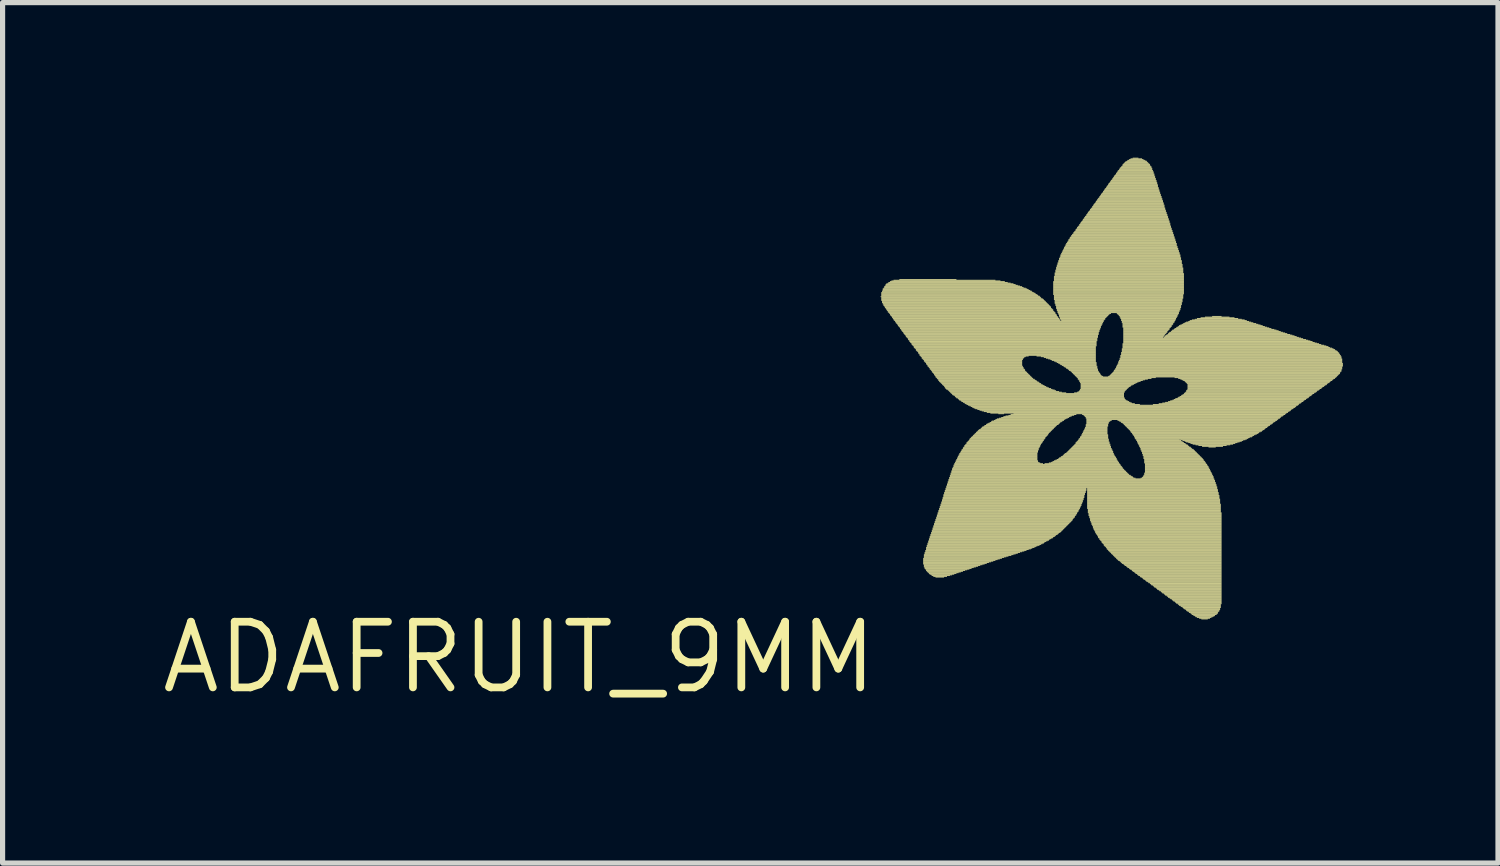
<source format=kicad_pcb>
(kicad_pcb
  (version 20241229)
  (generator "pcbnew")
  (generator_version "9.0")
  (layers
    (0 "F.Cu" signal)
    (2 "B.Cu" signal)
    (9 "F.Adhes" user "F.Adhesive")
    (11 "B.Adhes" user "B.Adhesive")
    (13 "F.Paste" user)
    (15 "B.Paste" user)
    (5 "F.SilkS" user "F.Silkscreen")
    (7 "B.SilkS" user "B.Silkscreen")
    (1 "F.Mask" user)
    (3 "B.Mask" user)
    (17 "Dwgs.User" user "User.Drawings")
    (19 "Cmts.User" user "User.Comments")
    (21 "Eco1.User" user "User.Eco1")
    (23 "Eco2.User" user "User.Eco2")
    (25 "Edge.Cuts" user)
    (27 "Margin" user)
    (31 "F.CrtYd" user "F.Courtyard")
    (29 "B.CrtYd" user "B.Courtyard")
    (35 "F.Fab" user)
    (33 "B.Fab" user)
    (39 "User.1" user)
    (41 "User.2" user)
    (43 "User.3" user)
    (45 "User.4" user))
  (footprint "ADAFRUIT_9MM"
    (layer "F.Cu")
    (at 13.985 8.92)
    (property "Reference" "ADAFRUIT_9MM" (at 0 0 0) (layer "F.SilkS") (effects (font (size 1.27 1.27) (thickness 0.15)) (justify right top)))
    (attr through_hole)
    (fp_poly (pts (xy -0.007 -6.224) (xy 3.08 -6.224) (xy 3.08 -6.238) (xy -0.007 -6.238)) (stroke (width 0) (type solid)) (fill yes) (layer "F.SilkS"))
    (fp_poly (pts (xy 0.007 -6.308) (xy 2.955 -6.308) (xy 2.955 -6.321) (xy 0.007 -6.321)) (stroke (width 0) (type solid)) (fill yes) (layer "F.SilkS"))
    (fp_poly (pts (xy 0.007 -6.293) (xy 2.983 -6.293) (xy 2.983 -6.308) (xy 0.007 -6.308)) (stroke (width 0) (type solid)) (fill yes) (layer "F.SilkS"))
    (fp_poly (pts (xy 0.007 -6.279) (xy 2.997 -6.279) (xy 2.997 -6.293) (xy 0.007 -6.293)) (stroke (width 0) (type solid)) (fill yes) (layer "F.SilkS"))
    (fp_poly (pts (xy 0.007 -6.266) (xy 3.025 -6.266) (xy 3.025 -6.279) (xy 0.007 -6.279)) (stroke (width 0) (type solid)) (fill yes) (layer "F.SilkS"))
    (fp_poly (pts (xy 0.007 -6.252) (xy 3.038 -6.252) (xy 3.038 -6.266) (xy 0.007 -6.266)) (stroke (width 0) (type solid)) (fill yes) (layer "F.SilkS"))
    (fp_poly (pts (xy 0.007 -6.238) (xy 3.066 -6.238) (xy 3.066 -6.252) (xy 0.007 -6.252)) (stroke (width 0) (type solid)) (fill yes) (layer "F.SilkS"))
    (fp_poly (pts (xy 0.007 -6.21) (xy 3.094 -6.21) (xy 3.094 -6.224) (xy 0.007 -6.224)) (stroke (width 0) (type solid)) (fill yes) (layer "F.SilkS"))
    (fp_poly (pts (xy 0.007 -6.196) (xy 3.108 -6.196) (xy 3.108 -6.21) (xy 0.007 -6.21)) (stroke (width 0) (type solid)) (fill yes) (layer "F.SilkS"))
    (fp_poly (pts (xy 0.007 -6.182) (xy 3.136 -6.182) (xy 3.136 -6.196) (xy 0.007 -6.196)) (stroke (width 0) (type solid)) (fill yes) (layer "F.SilkS"))
    (fp_poly (pts (xy 0.007 -6.168) (xy 3.15 -6.168) (xy 3.15 -6.182) (xy 0.007 -6.182)) (stroke (width 0) (type solid)) (fill yes) (layer "F.SilkS"))
    (fp_poly (pts (xy 0.007 -6.154) (xy 3.164 -6.154) (xy 3.164 -6.168) (xy 0.007 -6.168)) (stroke (width 0) (type solid)) (fill yes) (layer "F.SilkS"))
    (fp_poly (pts (xy 0.021 -6.335) (xy 2.913 -6.335) (xy 2.913 -6.349) (xy 0.021 -6.349)) (stroke (width 0) (type solid)) (fill yes) (layer "F.SilkS"))
    (fp_poly (pts (xy 0.021 -6.321) (xy 2.927 -6.321) (xy 2.927 -6.335) (xy 0.021 -6.335)) (stroke (width 0) (type solid)) (fill yes) (layer "F.SilkS"))
    (fp_poly (pts (xy 0.021 -6.14) (xy 3.178 -6.14) (xy 3.178 -6.154) (xy 0.021 -6.154)) (stroke (width 0) (type solid)) (fill yes) (layer "F.SilkS"))
    (fp_poly (pts (xy 0.021 -6.126) (xy 3.192 -6.126) (xy 3.192 -6.14) (xy 0.021 -6.14)) (stroke (width 0) (type solid)) (fill yes) (layer "F.SilkS"))
    (fp_poly (pts (xy 0.021 -6.112) (xy 3.206 -6.112) (xy 3.206 -6.126) (xy 0.021 -6.126)) (stroke (width 0) (type solid)) (fill yes) (layer "F.SilkS"))
    (fp_poly (pts (xy 0.035 -6.377) (xy 2.829 -6.377) (xy 2.829 -6.391) (xy 0.035 -6.391)) (stroke (width 0) (type solid)) (fill yes) (layer "F.SilkS"))
    (fp_poly (pts (xy 0.035 -6.363) (xy 2.857 -6.363) (xy 2.857 -6.377) (xy 0.035 -6.377)) (stroke (width 0) (type solid)) (fill yes) (layer "F.SilkS"))
    (fp_poly (pts (xy 0.035 -6.349) (xy 2.885 -6.349) (xy 2.885 -6.363) (xy 0.035 -6.363)) (stroke (width 0) (type solid)) (fill yes) (layer "F.SilkS"))
    (fp_poly (pts (xy 0.035 -6.098) (xy 3.22 -6.098) (xy 3.22 -6.112) (xy 0.035 -6.112)) (stroke (width 0) (type solid)) (fill yes) (layer "F.SilkS"))
    (fp_poly (pts (xy 0.035 -6.084) (xy 3.234 -6.084) (xy 3.234 -6.098) (xy 0.035 -6.098)) (stroke (width 0) (type solid)) (fill yes) (layer "F.SilkS"))
    (fp_poly (pts (xy 0.049 -6.391) (xy 2.801 -6.391) (xy 2.801 -6.405) (xy 0.049 -6.405)) (stroke (width 0) (type solid)) (fill yes) (layer "F.SilkS"))
    (fp_poly (pts (xy 0.049 -6.07) (xy 3.248 -6.07) (xy 3.248 -6.084) (xy 0.049 -6.084)) (stroke (width 0) (type solid)) (fill yes) (layer "F.SilkS"))
    (fp_poly (pts (xy 0.049 -6.056) (xy 3.262 -6.056) (xy 3.262 -6.07) (xy 0.049 -6.07)) (stroke (width 0) (type solid)) (fill yes) (layer "F.SilkS"))
    (fp_poly (pts (xy 0.063 -6.419) (xy 2.731 -6.419) (xy 2.731 -6.433) (xy 0.063 -6.433)) (stroke (width 0) (type solid)) (fill yes) (layer "F.SilkS"))
    (fp_poly (pts (xy 0.063 -6.405) (xy 2.759 -6.405) (xy 2.759 -6.419) (xy 0.063 -6.419)) (stroke (width 0) (type solid)) (fill yes) (layer "F.SilkS"))
    (fp_poly (pts (xy 0.063 -6.042) (xy 3.276 -6.042) (xy 3.276 -6.056) (xy 0.063 -6.056)) (stroke (width 0) (type solid)) (fill yes) (layer "F.SilkS"))
    (fp_poly (pts (xy 0.077 -6.433) (xy 2.689 -6.433) (xy 2.689 -6.447) (xy 0.077 -6.447)) (stroke (width 0) (type solid)) (fill yes) (layer "F.SilkS"))
    (fp_poly (pts (xy 0.077 -6.028) (xy 3.29 -6.028) (xy 3.29 -6.042) (xy 0.077 -6.042)) (stroke (width 0) (type solid)) (fill yes) (layer "F.SilkS"))
    (fp_poly (pts (xy 0.077 -6.014) (xy 3.29 -6.014) (xy 3.29 -6.028) (xy 0.077 -6.028)) (stroke (width 0) (type solid)) (fill yes) (layer "F.SilkS"))
    (fp_poly (pts (xy 0.091 -6.461) (xy 2.605 -6.461) (xy 2.605 -6.475) (xy 0.091 -6.475)) (stroke (width 0) (type solid)) (fill yes) (layer "F.SilkS"))
    (fp_poly (pts (xy 0.091 -6.447) (xy 2.647 -6.447) (xy 2.647 -6.461) (xy 0.091 -6.461)) (stroke (width 0) (type solid)) (fill yes) (layer "F.SilkS"))
    (fp_poly (pts (xy 0.091 -6) (xy 3.304 -6) (xy 3.304 -6.014) (xy 0.091 -6.014)) (stroke (width 0) (type solid)) (fill yes) (layer "F.SilkS"))
    (fp_poly (pts (xy 0.105 -6.475) (xy 2.563 -6.475) (xy 2.563 -6.489) (xy 0.105 -6.489)) (stroke (width 0) (type solid)) (fill yes) (layer "F.SilkS"))
    (fp_poly (pts (xy 0.105 -5.986) (xy 3.318 -5.986) (xy 3.318 -6) (xy 0.105 -6)) (stroke (width 0) (type solid)) (fill yes) (layer "F.SilkS"))
    (fp_poly (pts (xy 0.105 -5.972) (xy 3.332 -5.972) (xy 3.332 -5.986) (xy 0.105 -5.986)) (stroke (width 0) (type solid)) (fill yes) (layer "F.SilkS"))
    (fp_poly (pts (xy 0.119 -5.958) (xy 3.332 -5.958) (xy 3.332 -5.972) (xy 0.119 -5.972)) (stroke (width 0) (type solid)) (fill yes) (layer "F.SilkS"))
    (fp_poly (pts (xy 0.133 -6.489) (xy 2.508 -6.489) (xy 2.508 -6.503) (xy 0.133 -6.503)) (stroke (width 0) (type solid)) (fill yes) (layer "F.SilkS"))
    (fp_poly (pts (xy 0.133 -5.944) (xy 3.346 -5.944) (xy 3.346 -5.958) (xy 0.133 -5.958)) (stroke (width 0) (type solid)) (fill yes) (layer "F.SilkS"))
    (fp_poly (pts (xy 0.133 -5.93) (xy 3.36 -5.93) (xy 3.36 -5.944) (xy 0.133 -5.944)) (stroke (width 0) (type solid)) (fill yes) (layer "F.SilkS"))
    (fp_poly (pts (xy 0.147 -6.503) (xy 2.452 -6.503) (xy 2.452 -6.517) (xy 0.147 -6.517)) (stroke (width 0) (type solid)) (fill yes) (layer "F.SilkS"))
    (fp_poly (pts (xy 0.147 -5.916) (xy 3.374 -5.916) (xy 3.374 -5.93) (xy 0.147 -5.93)) (stroke (width 0) (type solid)) (fill yes) (layer "F.SilkS"))
    (fp_poly (pts (xy 0.161 -5.902) (xy 3.374 -5.902) (xy 3.374 -5.916) (xy 0.161 -5.916)) (stroke (width 0) (type solid)) (fill yes) (layer "F.SilkS"))
    (fp_poly (pts (xy 0.175 -6.517) (xy 2.396 -6.517) (xy 2.396 -6.531) (xy 0.175 -6.531)) (stroke (width 0) (type solid)) (fill yes) (layer "F.SilkS"))
    (fp_poly (pts (xy 0.175 -5.888) (xy 3.388 -5.888) (xy 3.388 -5.902) (xy 0.175 -5.902)) (stroke (width 0) (type solid)) (fill yes) (layer "F.SilkS"))
    (fp_poly (pts (xy 0.175 -5.874) (xy 3.402 -5.874) (xy 3.402 -5.888) (xy 0.175 -5.888)) (stroke (width 0) (type solid)) (fill yes) (layer "F.SilkS"))
    (fp_poly (pts (xy 0.189 -5.86) (xy 3.402 -5.86) (xy 3.402 -5.874) (xy 0.189 -5.874)) (stroke (width 0) (type solid)) (fill yes) (layer "F.SilkS"))
    (fp_poly (pts (xy 0.203 -6.531) (xy 2.312 -6.531) (xy 2.312 -6.545) (xy 0.203 -6.545)) (stroke (width 0) (type solid)) (fill yes) (layer "F.SilkS"))
    (fp_poly (pts (xy 0.203 -5.846) (xy 3.416 -5.846) (xy 3.416 -5.86) (xy 0.203 -5.86)) (stroke (width 0) (type solid)) (fill yes) (layer "F.SilkS"))
    (fp_poly (pts (xy 0.216 -5.832) (xy 3.43 -5.832) (xy 3.43 -5.846) (xy 0.216 -5.846)) (stroke (width 0) (type solid)) (fill yes) (layer "F.SilkS"))
    (fp_poly (pts (xy 0.216 -5.819) (xy 3.43 -5.819) (xy 3.43 -5.832) (xy 0.216 -5.832)) (stroke (width 0) (type solid)) (fill yes) (layer "F.SilkS"))
    (fp_poly (pts (xy 0.231 -5.804) (xy 3.444 -5.804) (xy 3.444 -5.819) (xy 0.231 -5.819)) (stroke (width 0) (type solid)) (fill yes) (layer "F.SilkS"))
    (fp_poly (pts (xy 0.244 -6.545) (xy 2.214 -6.545) (xy 2.214 -6.559) (xy 0.244 -6.559)) (stroke (width 0) (type solid)) (fill yes) (layer "F.SilkS"))
    (fp_poly (pts (xy 0.244 -5.791) (xy 3.458 -5.791) (xy 3.458 -5.804) (xy 0.244 -5.804)) (stroke (width 0) (type solid)) (fill yes) (layer "F.SilkS"))
    (fp_poly (pts (xy 0.244 -5.777) (xy 3.458 -5.777) (xy 3.458 -5.791) (xy 0.244 -5.791)) (stroke (width 0) (type solid)) (fill yes) (layer "F.SilkS"))
    (fp_poly (pts (xy 0.258 -5.763) (xy 3.471 -5.763) (xy 3.471 -5.777) (xy 0.258 -5.777)) (stroke (width 0) (type solid)) (fill yes) (layer "F.SilkS"))
    (fp_poly (pts (xy 0.272 -5.749) (xy 4.31 -5.749) (xy 4.31 -5.763) (xy 0.272 -5.763)) (stroke (width 0) (type solid)) (fill yes) (layer "F.SilkS"))
    (fp_poly (pts (xy 0.286 -5.735) (xy 4.296 -5.735) (xy 4.296 -5.749) (xy 0.286 -5.749)) (stroke (width 0) (type solid)) (fill yes) (layer "F.SilkS"))
    (fp_poly (pts (xy 0.286 -5.721) (xy 4.296 -5.721) (xy 4.296 -5.735) (xy 0.286 -5.735)) (stroke (width 0) (type solid)) (fill yes) (layer "F.SilkS"))
    (fp_poly (pts (xy 0.3 -5.707) (xy 4.282 -5.707) (xy 4.282 -5.721) (xy 0.3 -5.721)) (stroke (width 0) (type solid)) (fill yes) (layer "F.SilkS"))
    (fp_poly (pts (xy 0.314 -5.693) (xy 4.282 -5.693) (xy 4.282 -5.707) (xy 0.314 -5.707)) (stroke (width 0) (type solid)) (fill yes) (layer "F.SilkS"))
    (fp_poly (pts (xy 0.328 -5.679) (xy 4.268 -5.679) (xy 4.268 -5.693) (xy 0.328 -5.693)) (stroke (width 0) (type solid)) (fill yes) (layer "F.SilkS"))
    (fp_poly (pts (xy 0.328 -5.665) (xy 4.268 -5.665) (xy 4.268 -5.679) (xy 0.328 -5.679)) (stroke (width 0) (type solid)) (fill yes) (layer "F.SilkS"))
    (fp_poly (pts (xy 0.342 -5.651) (xy 4.254 -5.651) (xy 4.254 -5.665) (xy 0.342 -5.665)) (stroke (width 0) (type solid)) (fill yes) (layer "F.SilkS"))
    (fp_poly (pts (xy 0.356 -6.559) (xy 1.46 -6.559) (xy 1.46 -6.573) (xy 0.356 -6.573)) (stroke (width 0) (type solid)) (fill yes) (layer "F.SilkS"))
    (fp_poly (pts (xy 0.356 -5.637) (xy 4.254 -5.637) (xy 4.254 -5.651) (xy 0.356 -5.651)) (stroke (width 0) (type solid)) (fill yes) (layer "F.SilkS"))
    (fp_poly (pts (xy 0.37 -5.623) (xy 4.254 -5.623) (xy 4.254 -5.637) (xy 0.37 -5.637)) (stroke (width 0) (type solid)) (fill yes) (layer "F.SilkS"))
    (fp_poly (pts (xy 0.37 -5.609) (xy 4.24 -5.609) (xy 4.24 -5.623) (xy 0.37 -5.623)) (stroke (width 0) (type solid)) (fill yes) (layer "F.SilkS"))
    (fp_poly (pts (xy 0.384 -5.595) (xy 4.24 -5.595) (xy 4.24 -5.609) (xy 0.384 -5.609)) (stroke (width 0) (type solid)) (fill yes) (layer "F.SilkS"))
    (fp_poly (pts (xy 0.398 -5.581) (xy 4.226 -5.581) (xy 4.226 -5.595) (xy 0.398 -5.595)) (stroke (width 0) (type solid)) (fill yes) (layer "F.SilkS"))
    (fp_poly (pts (xy 0.398 -5.567) (xy 4.226 -5.567) (xy 4.226 -5.581) (xy 0.398 -5.581)) (stroke (width 0) (type solid)) (fill yes) (layer "F.SilkS"))
    (fp_poly (pts (xy 0.412 -5.553) (xy 4.226 -5.553) (xy 4.226 -5.567) (xy 0.412 -5.567)) (stroke (width 0) (type solid)) (fill yes) (layer "F.SilkS"))
    (fp_poly (pts (xy 0.426 -5.539) (xy 4.212 -5.539) (xy 4.212 -5.553) (xy 0.426 -5.553)) (stroke (width 0) (type solid)) (fill yes) (layer "F.SilkS"))
    (fp_poly (pts (xy 0.44 -5.525) (xy 4.212 -5.525) (xy 4.212 -5.539) (xy 0.44 -5.539)) (stroke (width 0) (type solid)) (fill yes) (layer "F.SilkS"))
    (fp_poly (pts (xy 0.44 -5.511) (xy 4.212 -5.511) (xy 4.212 -5.525) (xy 0.44 -5.525)) (stroke (width 0) (type solid)) (fill yes) (layer "F.SilkS"))
    (fp_poly (pts (xy 0.454 -5.497) (xy 4.212 -5.497) (xy 4.212 -5.511) (xy 0.454 -5.511)) (stroke (width 0) (type solid)) (fill yes) (layer "F.SilkS"))
    (fp_poly (pts (xy 0.468 -5.483) (xy 4.198 -5.483) (xy 4.198 -5.497) (xy 0.468 -5.497)) (stroke (width 0) (type solid)) (fill yes) (layer "F.SilkS"))
    (fp_poly (pts (xy 0.482 -5.469) (xy 4.198 -5.469) (xy 4.198 -5.483) (xy 0.482 -5.483)) (stroke (width 0) (type solid)) (fill yes) (layer "F.SilkS"))
    (fp_poly (pts (xy 0.482 -5.455) (xy 4.198 -5.455) (xy 4.198 -5.469) (xy 0.482 -5.469)) (stroke (width 0) (type solid)) (fill yes) (layer "F.SilkS"))
    (fp_poly (pts (xy 0.496 -5.441) (xy 4.198 -5.441) (xy 4.198 -5.455) (xy 0.496 -5.455)) (stroke (width 0) (type solid)) (fill yes) (layer "F.SilkS"))
    (fp_poly (pts (xy 0.51 -5.427) (xy 4.184 -5.427) (xy 4.184 -5.441) (xy 0.51 -5.441)) (stroke (width 0) (type solid)) (fill yes) (layer "F.SilkS"))
    (fp_poly (pts (xy 0.524 -5.413) (xy 4.184 -5.413) (xy 4.184 -5.427) (xy 0.524 -5.427)) (stroke (width 0) (type solid)) (fill yes) (layer "F.SilkS"))
    (fp_poly (pts (xy 0.524 -5.399) (xy 4.184 -5.399) (xy 4.184 -5.413) (xy 0.524 -5.413)) (stroke (width 0) (type solid)) (fill yes) (layer "F.SilkS"))
    (fp_poly (pts (xy 0.538 -5.385) (xy 4.184 -5.385) (xy 4.184 -5.399) (xy 0.538 -5.399)) (stroke (width 0) (type solid)) (fill yes) (layer "F.SilkS"))
    (fp_poly (pts (xy 0.552 -5.372) (xy 4.184 -5.372) (xy 4.184 -5.385) (xy 0.552 -5.385)) (stroke (width 0) (type solid)) (fill yes) (layer "F.SilkS"))
    (fp_poly (pts (xy 0.552 -5.357) (xy 4.17 -5.357) (xy 4.17 -5.372) (xy 0.552 -5.372)) (stroke (width 0) (type solid)) (fill yes) (layer "F.SilkS"))
    (fp_poly (pts (xy 0.566 -5.343) (xy 4.17 -5.343) (xy 4.17 -5.357) (xy 0.566 -5.357)) (stroke (width 0) (type solid)) (fill yes) (layer "F.SilkS"))
    (fp_poly (pts (xy 0.58 -5.33) (xy 4.17 -5.33) (xy 4.17 -5.343) (xy 0.58 -5.343)) (stroke (width 0) (type solid)) (fill yes) (layer "F.SilkS"))
    (fp_poly (pts (xy 0.594 -5.316) (xy 4.17 -5.316) (xy 4.17 -5.33) (xy 0.594 -5.33)) (stroke (width 0) (type solid)) (fill yes) (layer "F.SilkS"))
    (fp_poly (pts (xy 0.594 -5.302) (xy 4.17 -5.302) (xy 4.17 -5.316) (xy 0.594 -5.316)) (stroke (width 0) (type solid)) (fill yes) (layer "F.SilkS"))
    (fp_poly (pts (xy 0.608 -5.288) (xy 4.17 -5.288) (xy 4.17 -5.302) (xy 0.608 -5.302)) (stroke (width 0) (type solid)) (fill yes) (layer "F.SilkS"))
    (fp_poly (pts (xy 0.622 -5.274) (xy 4.17 -5.274) (xy 4.17 -5.288) (xy 0.622 -5.288)) (stroke (width 0) (type solid)) (fill yes) (layer "F.SilkS"))
    (fp_poly (pts (xy 0.636 -5.26) (xy 4.156 -5.26) (xy 4.156 -5.274) (xy 0.636 -5.274)) (stroke (width 0) (type solid)) (fill yes) (layer "F.SilkS"))
    (fp_poly (pts (xy 0.636 -5.246) (xy 4.156 -5.246) (xy 4.156 -5.26) (xy 0.636 -5.26)) (stroke (width 0) (type solid)) (fill yes) (layer "F.SilkS"))
    (fp_poly (pts (xy 0.65 -5.232) (xy 4.156 -5.232) (xy 4.156 -5.246) (xy 0.65 -5.246)) (stroke (width 0) (type solid)) (fill yes) (layer "F.SilkS"))
    (fp_poly (pts (xy 0.664 -5.218) (xy 4.156 -5.218) (xy 4.156 -5.232) (xy 0.664 -5.232)) (stroke (width 0) (type solid)) (fill yes) (layer "F.SilkS"))
    (fp_poly (pts (xy 0.677 -5.204) (xy 4.156 -5.204) (xy 4.156 -5.218) (xy 0.677 -5.218)) (stroke (width 0) (type solid)) (fill yes) (layer "F.SilkS"))
    (fp_poly (pts (xy 0.677 -5.19) (xy 4.156 -5.19) (xy 4.156 -5.204) (xy 0.677 -5.204)) (stroke (width 0) (type solid)) (fill yes) (layer "F.SilkS"))
    (fp_poly (pts (xy 0.692 -5.176) (xy 4.156 -5.176) (xy 4.156 -5.19) (xy 0.692 -5.19)) (stroke (width 0) (type solid)) (fill yes) (layer "F.SilkS"))
    (fp_poly (pts (xy 0.706 -5.162) (xy 4.156 -5.162) (xy 4.156 -5.176) (xy 0.706 -5.176)) (stroke (width 0) (type solid)) (fill yes) (layer "F.SilkS"))
    (fp_poly (pts (xy 0.72 -5.148) (xy 4.156 -5.148) (xy 4.156 -5.162) (xy 0.72 -5.162)) (stroke (width 0) (type solid)) (fill yes) (layer "F.SilkS"))
    (fp_poly (pts (xy 0.72 -5.134) (xy 4.156 -5.134) (xy 4.156 -5.148) (xy 0.72 -5.148)) (stroke (width 0) (type solid)) (fill yes) (layer "F.SilkS"))
    (fp_poly (pts (xy 0.733 -5.12) (xy 4.156 -5.12) (xy 4.156 -5.134) (xy 0.733 -5.134)) (stroke (width 0) (type solid)) (fill yes) (layer "F.SilkS"))
    (fp_poly (pts (xy 0.747 -5.106) (xy 4.156 -5.106) (xy 4.156 -5.12) (xy 0.747 -5.12)) (stroke (width 0) (type solid)) (fill yes) (layer "F.SilkS"))
    (fp_poly (pts (xy 0.747 -5.092) (xy 4.156 -5.092) (xy 4.156 -5.106) (xy 0.747 -5.106)) (stroke (width 0) (type solid)) (fill yes) (layer "F.SilkS"))
    (fp_poly (pts (xy 0.761 -5.078) (xy 2.857 -5.078) (xy 2.857 -5.092) (xy 0.761 -5.092)) (stroke (width 0) (type solid)) (fill yes) (layer "F.SilkS"))
    (fp_poly (pts (xy 0.775 -5.064) (xy 2.801 -5.064) (xy 2.801 -5.078) (xy 0.775 -5.078)) (stroke (width 0) (type solid)) (fill yes) (layer "F.SilkS"))
    (fp_poly (pts (xy 0.789 -5.05) (xy 2.773 -5.05) (xy 2.773 -5.064) (xy 0.789 -5.064)) (stroke (width 0) (type solid)) (fill yes) (layer "F.SilkS"))
    (fp_poly (pts (xy 0.789 -5.036) (xy 2.759 -5.036) (xy 2.759 -5.05) (xy 0.789 -5.05)) (stroke (width 0) (type solid)) (fill yes) (layer "F.SilkS"))
    (fp_poly (pts (xy 0.803 -5.022) (xy 2.745 -5.022) (xy 2.745 -5.036) (xy 0.803 -5.036)) (stroke (width 0) (type solid)) (fill yes) (layer "F.SilkS"))
    (fp_poly (pts (xy 0.817 -5.008) (xy 2.745 -5.008) (xy 2.745 -5.022) (xy 0.817 -5.022)) (stroke (width 0) (type solid)) (fill yes) (layer "F.SilkS"))
    (fp_poly (pts (xy 0.817 -1.167) (xy 2.34 -1.167) (xy 2.34 -1.181) (xy 0.817 -1.181)) (stroke (width 0) (type solid)) (fill yes) (layer "F.SilkS"))
    (fp_poly (pts (xy 0.817 -1.153) (xy 2.298 -1.153) (xy 2.298 -1.167) (xy 0.817 -1.167)) (stroke (width 0) (type solid)) (fill yes) (layer "F.SilkS"))
    (fp_poly (pts (xy 0.817 -1.139) (xy 2.256 -1.139) (xy 2.256 -1.153) (xy 0.817 -1.153)) (stroke (width 0) (type solid)) (fill yes) (layer "F.SilkS"))
    (fp_poly (pts (xy 0.817 -1.125) (xy 2.214 -1.125) (xy 2.214 -1.139) (xy 0.817 -1.139)) (stroke (width 0) (type solid)) (fill yes) (layer "F.SilkS"))
    (fp_poly (pts (xy 0.817 -1.111) (xy 2.172 -1.111) (xy 2.172 -1.125) (xy 0.817 -1.125)) (stroke (width 0) (type solid)) (fill yes) (layer "F.SilkS"))
    (fp_poly (pts (xy 0.817 -1.097) (xy 2.13 -1.097) (xy 2.13 -1.111) (xy 0.817 -1.111)) (stroke (width 0) (type solid)) (fill yes) (layer "F.SilkS"))
    (fp_poly (pts (xy 0.817 -1.083) (xy 2.088 -1.083) (xy 2.088 -1.097) (xy 0.817 -1.097)) (stroke (width 0) (type solid)) (fill yes) (layer "F.SilkS"))
    (fp_poly (pts (xy 0.817 -1.069) (xy 2.047 -1.069) (xy 2.047 -1.083) (xy 0.817 -1.083)) (stroke (width 0) (type solid)) (fill yes) (layer "F.SilkS"))
    (fp_poly (pts (xy 0.817 -1.055) (xy 2.005 -1.055) (xy 2.005 -1.069) (xy 0.817 -1.069)) (stroke (width 0) (type solid)) (fill yes) (layer "F.SilkS"))
    (fp_poly (pts (xy 0.831 -4.994) (xy 2.731 -4.994) (xy 2.731 -5.008) (xy 0.831 -5.008)) (stroke (width 0) (type solid)) (fill yes) (layer "F.SilkS"))
    (fp_poly (pts (xy 0.831 -4.98) (xy 2.731 -4.98) (xy 2.731 -4.994) (xy 0.831 -4.994)) (stroke (width 0) (type solid)) (fill yes) (layer "F.SilkS"))
    (fp_poly (pts (xy 0.831 -1.236) (xy 2.563 -1.236) (xy 2.563 -1.25) (xy 0.831 -1.25)) (stroke (width 0) (type solid)) (fill yes) (layer "F.SilkS"))
    (fp_poly (pts (xy 0.831 -1.222) (xy 2.522 -1.222) (xy 2.522 -1.236) (xy 0.831 -1.236)) (stroke (width 0) (type solid)) (fill yes) (layer "F.SilkS"))
    (fp_poly (pts (xy 0.831 -1.208) (xy 2.466 -1.208) (xy 2.466 -1.222) (xy 0.831 -1.222)) (stroke (width 0) (type solid)) (fill yes) (layer "F.SilkS"))
    (fp_poly (pts (xy 0.831 -1.194) (xy 2.424 -1.194) (xy 2.424 -1.208) (xy 0.831 -1.208)) (stroke (width 0) (type solid)) (fill yes) (layer "F.SilkS"))
    (fp_poly (pts (xy 0.831 -1.181) (xy 2.382 -1.181) (xy 2.382 -1.194) (xy 0.831 -1.194)) (stroke (width 0) (type solid)) (fill yes) (layer "F.SilkS"))
    (fp_poly (pts (xy 0.831 -1.041) (xy 1.963 -1.041) (xy 1.963 -1.055) (xy 0.831 -1.055)) (stroke (width 0) (type solid)) (fill yes) (layer "F.SilkS"))
    (fp_poly (pts (xy 0.831 -1.027) (xy 1.921 -1.027) (xy 1.921 -1.041) (xy 0.831 -1.041)) (stroke (width 0) (type solid)) (fill yes) (layer "F.SilkS"))
    (fp_poly (pts (xy 0.831 -1.013) (xy 1.879 -1.013) (xy 1.879 -1.027) (xy 0.831 -1.027)) (stroke (width 0) (type solid)) (fill yes) (layer "F.SilkS"))
    (fp_poly (pts (xy 0.831 -0.999) (xy 1.837 -0.999) (xy 1.837 -1.013) (xy 0.831 -1.013)) (stroke (width 0) (type solid)) (fill yes) (layer "F.SilkS"))
    (fp_poly (pts (xy 0.845 -4.966) (xy 2.731 -4.966) (xy 2.731 -4.98) (xy 0.845 -4.98)) (stroke (width 0) (type solid)) (fill yes) (layer "F.SilkS"))
    (fp_poly (pts (xy 0.845 -1.278) (xy 2.689 -1.278) (xy 2.689 -1.292) (xy 0.845 -1.292)) (stroke (width 0) (type solid)) (fill yes) (layer "F.SilkS"))
    (fp_poly (pts (xy 0.845 -1.264) (xy 2.647 -1.264) (xy 2.647 -1.278) (xy 0.845 -1.278)) (stroke (width 0) (type solid)) (fill yes) (layer "F.SilkS"))
    (fp_poly (pts (xy 0.845 -1.25) (xy 2.605 -1.25) (xy 2.605 -1.264) (xy 0.845 -1.264)) (stroke (width 0) (type solid)) (fill yes) (layer "F.SilkS"))
    (fp_poly (pts (xy 0.845 -0.985) (xy 1.795 -0.985) (xy 1.795 -0.999) (xy 0.845 -0.999)) (stroke (width 0) (type solid)) (fill yes) (layer "F.SilkS"))
    (fp_poly (pts (xy 0.845 -0.971) (xy 1.753 -0.971) (xy 1.753 -0.985) (xy 0.845 -0.985)) (stroke (width 0) (type solid)) (fill yes) (layer "F.SilkS"))
    (fp_poly (pts (xy 0.859 -4.952) (xy 2.731 -4.952) (xy 2.731 -4.966) (xy 0.859 -4.966)) (stroke (width 0) (type solid)) (fill yes) (layer "F.SilkS"))
    (fp_poly (pts (xy 0.859 -1.32) (xy 2.815 -1.32) (xy 2.815 -1.334) (xy 0.859 -1.334)) (stroke (width 0) (type solid)) (fill yes) (layer "F.SilkS"))
    (fp_poly (pts (xy 0.859 -1.306) (xy 2.773 -1.306) (xy 2.773 -1.32) (xy 0.859 -1.32)) (stroke (width 0) (type solid)) (fill yes) (layer "F.SilkS"))
    (fp_poly (pts (xy 0.859 -1.292) (xy 2.731 -1.292) (xy 2.731 -1.306) (xy 0.859 -1.306)) (stroke (width 0) (type solid)) (fill yes) (layer "F.SilkS"))
    (fp_poly (pts (xy 0.859 -0.957) (xy 1.711 -0.957) (xy 1.711 -0.971) (xy 0.859 -0.971)) (stroke (width 0) (type solid)) (fill yes) (layer "F.SilkS"))
    (fp_poly (pts (xy 0.873 -4.938) (xy 2.731 -4.938) (xy 2.731 -4.952) (xy 0.873 -4.952)) (stroke (width 0) (type solid)) (fill yes) (layer "F.SilkS"))
    (fp_poly (pts (xy 0.873 -4.924) (xy 2.731 -4.924) (xy 2.731 -4.938) (xy 0.873 -4.938)) (stroke (width 0) (type solid)) (fill yes) (layer "F.SilkS"))
    (fp_poly (pts (xy 0.873 -1.376) (xy 2.969 -1.376) (xy 2.969 -1.39) (xy 0.873 -1.39)) (stroke (width 0) (type solid)) (fill yes) (layer "F.SilkS"))
    (fp_poly (pts (xy 0.873 -1.362) (xy 2.927 -1.362) (xy 2.927 -1.376) (xy 0.873 -1.376)) (stroke (width 0) (type solid)) (fill yes) (layer "F.SilkS"))
    (fp_poly (pts (xy 0.873 -1.348) (xy 2.899 -1.348) (xy 2.899 -1.362) (xy 0.873 -1.362)) (stroke (width 0) (type solid)) (fill yes) (layer "F.SilkS"))
    (fp_poly (pts (xy 0.873 -1.334) (xy 2.857 -1.334) (xy 2.857 -1.348) (xy 0.873 -1.348)) (stroke (width 0) (type solid)) (fill yes) (layer "F.SilkS"))
    (fp_poly (pts (xy 0.873 -0.943) (xy 1.669 -0.943) (xy 1.669 -0.957) (xy 0.873 -0.957)) (stroke (width 0) (type solid)) (fill yes) (layer "F.SilkS"))
    (fp_poly (pts (xy 0.873 -0.929) (xy 1.627 -0.929) (xy 1.627 -0.943) (xy 0.873 -0.943)) (stroke (width 0) (type solid)) (fill yes) (layer "F.SilkS"))
    (fp_poly (pts (xy 0.887 -4.91) (xy 2.731 -4.91) (xy 2.731 -4.924) (xy 0.887 -4.924)) (stroke (width 0) (type solid)) (fill yes) (layer "F.SilkS"))
    (fp_poly (pts (xy 0.887 -1.418) (xy 3.066 -1.418) (xy 3.066 -1.432) (xy 0.887 -1.432)) (stroke (width 0) (type solid)) (fill yes) (layer "F.SilkS"))
    (fp_poly (pts (xy 0.887 -1.404) (xy 3.025 -1.404) (xy 3.025 -1.418) (xy 0.887 -1.418)) (stroke (width 0) (type solid)) (fill yes) (layer "F.SilkS"))
    (fp_poly (pts (xy 0.887 -1.39) (xy 2.997 -1.39) (xy 2.997 -1.404) (xy 0.887 -1.404)) (stroke (width 0) (type solid)) (fill yes) (layer "F.SilkS"))
    (fp_poly (pts (xy 0.887 -0.915) (xy 1.586 -0.915) (xy 1.586 -0.929) (xy 0.887 -0.929)) (stroke (width 0) (type solid)) (fill yes) (layer "F.SilkS"))
    (fp_poly (pts (xy 0.901 -4.896) (xy 2.731 -4.896) (xy 2.731 -4.91) (xy 0.901 -4.91)) (stroke (width 0) (type solid)) (fill yes) (layer "F.SilkS"))
    (fp_poly (pts (xy 0.901 -4.883) (xy 2.745 -4.883) (xy 2.745 -4.896) (xy 0.901 -4.896)) (stroke (width 0) (type solid)) (fill yes) (layer "F.SilkS"))
    (fp_poly (pts (xy 0.901 -1.46) (xy 3.15 -1.46) (xy 3.15 -1.474) (xy 0.901 -1.474)) (stroke (width 0) (type solid)) (fill yes) (layer "F.SilkS"))
    (fp_poly (pts (xy 0.901 -1.446) (xy 3.122 -1.446) (xy 3.122 -1.46) (xy 0.901 -1.46)) (stroke (width 0) (type solid)) (fill yes) (layer "F.SilkS"))
    (fp_poly (pts (xy 0.901 -1.432) (xy 3.094 -1.432) (xy 3.094 -1.446) (xy 0.901 -1.446)) (stroke (width 0) (type solid)) (fill yes) (layer "F.SilkS"))
    (fp_poly (pts (xy 0.901 -0.901) (xy 1.544 -0.901) (xy 1.544 -0.915) (xy 0.901 -0.915)) (stroke (width 0) (type solid)) (fill yes) (layer "F.SilkS"))
    (fp_poly (pts (xy 0.915 -4.869) (xy 2.745 -4.869) (xy 2.745 -4.883) (xy 0.915 -4.883)) (stroke (width 0) (type solid)) (fill yes) (layer "F.SilkS"))
    (fp_poly (pts (xy 0.915 -1.502) (xy 3.22 -1.502) (xy 3.22 -1.516) (xy 0.915 -1.516)) (stroke (width 0) (type solid)) (fill yes) (layer "F.SilkS"))
    (fp_poly (pts (xy 0.915 -1.488) (xy 3.192 -1.488) (xy 3.192 -1.502) (xy 0.915 -1.502)) (stroke (width 0) (type solid)) (fill yes) (layer "F.SilkS"))
    (fp_poly (pts (xy 0.915 -1.474) (xy 3.164 -1.474) (xy 3.164 -1.488) (xy 0.915 -1.488)) (stroke (width 0) (type solid)) (fill yes) (layer "F.SilkS"))
    (fp_poly (pts (xy 0.915 -0.887) (xy 1.502 -0.887) (xy 1.502 -0.901) (xy 0.915 -0.901)) (stroke (width 0) (type solid)) (fill yes) (layer "F.SilkS"))
    (fp_poly (pts (xy 0.929 -4.855) (xy 2.759 -4.855) (xy 2.759 -4.869) (xy 0.929 -4.869)) (stroke (width 0) (type solid)) (fill yes) (layer "F.SilkS"))
    (fp_poly (pts (xy 0.929 -1.544) (xy 3.29 -1.544) (xy 3.29 -1.558) (xy 0.929 -1.558)) (stroke (width 0) (type solid)) (fill yes) (layer "F.SilkS"))
    (fp_poly (pts (xy 0.929 -1.53) (xy 3.262 -1.53) (xy 3.262 -1.544) (xy 0.929 -1.544)) (stroke (width 0) (type solid)) (fill yes) (layer "F.SilkS"))
    (fp_poly (pts (xy 0.929 -1.516) (xy 3.248 -1.516) (xy 3.248 -1.53) (xy 0.929 -1.53)) (stroke (width 0) (type solid)) (fill yes) (layer "F.SilkS"))
    (fp_poly (pts (xy 0.929 -0.873) (xy 1.46 -0.873) (xy 1.46 -0.887) (xy 0.929 -0.887)) (stroke (width 0) (type solid)) (fill yes) (layer "F.SilkS"))
    (fp_poly (pts (xy 0.943 -4.841) (xy 2.759 -4.841) (xy 2.759 -4.855) (xy 0.943 -4.855)) (stroke (width 0) (type solid)) (fill yes) (layer "F.SilkS"))
    (fp_poly (pts (xy 0.943 -4.827) (xy 2.773 -4.827) (xy 2.773 -4.841) (xy 0.943 -4.841)) (stroke (width 0) (type solid)) (fill yes) (layer "F.SilkS"))
    (fp_poly (pts (xy 0.943 -1.586) (xy 3.36 -1.586) (xy 3.36 -1.6) (xy 0.943 -1.6)) (stroke (width 0) (type solid)) (fill yes) (layer "F.SilkS"))
    (fp_poly (pts (xy 0.943 -1.572) (xy 3.332 -1.572) (xy 3.332 -1.586) (xy 0.943 -1.586)) (stroke (width 0) (type solid)) (fill yes) (layer "F.SilkS"))
    (fp_poly (pts (xy 0.943 -1.558) (xy 3.318 -1.558) (xy 3.318 -1.572) (xy 0.943 -1.572)) (stroke (width 0) (type solid)) (fill yes) (layer "F.SilkS"))
    (fp_poly (pts (xy 0.943 -0.859) (xy 1.418 -0.859) (xy 1.418 -0.873) (xy 0.943 -0.873)) (stroke (width 0) (type solid)) (fill yes) (layer "F.SilkS"))
    (fp_poly (pts (xy 0.957 -4.813) (xy 2.787 -4.813) (xy 2.787 -4.827) (xy 0.957 -4.827)) (stroke (width 0) (type solid)) (fill yes) (layer "F.SilkS"))
    (fp_poly (pts (xy 0.957 -1.627) (xy 3.416 -1.627) (xy 3.416 -1.641) (xy 0.957 -1.641)) (stroke (width 0) (type solid)) (fill yes) (layer "F.SilkS"))
    (fp_poly (pts (xy 0.957 -1.613) (xy 3.388 -1.613) (xy 3.388 -1.627) (xy 0.957 -1.627)) (stroke (width 0) (type solid)) (fill yes) (layer "F.SilkS"))
    (fp_poly (pts (xy 0.957 -1.6) (xy 3.374 -1.6) (xy 3.374 -1.613) (xy 0.957 -1.613)) (stroke (width 0) (type solid)) (fill yes) (layer "F.SilkS"))
    (fp_poly (pts (xy 0.971 -4.799) (xy 2.787 -4.799) (xy 2.787 -4.813) (xy 0.971 -4.813)) (stroke (width 0) (type solid)) (fill yes) (layer "F.SilkS"))
    (fp_poly (pts (xy 0.971 -1.669) (xy 3.471 -1.669) (xy 3.471 -1.683) (xy 0.971 -1.683)) (stroke (width 0) (type solid)) (fill yes) (layer "F.SilkS"))
    (fp_poly (pts (xy 0.971 -1.655) (xy 3.444 -1.655) (xy 3.444 -1.669) (xy 0.971 -1.669)) (stroke (width 0) (type solid)) (fill yes) (layer "F.SilkS"))
    (fp_poly (pts (xy 0.971 -1.641) (xy 3.43 -1.641) (xy 3.43 -1.655) (xy 0.971 -1.655)) (stroke (width 0) (type solid)) (fill yes) (layer "F.SilkS"))
    (fp_poly (pts (xy 0.971 -0.845) (xy 1.376 -0.845) (xy 1.376 -0.859) (xy 0.971 -0.859)) (stroke (width 0) (type solid)) (fill yes) (layer "F.SilkS"))
    (fp_poly (pts (xy 0.985 -4.785) (xy 2.801 -4.785) (xy 2.801 -4.799) (xy 0.985 -4.799)) (stroke (width 0) (type solid)) (fill yes) (layer "F.SilkS"))
    (fp_poly (pts (xy 0.985 -4.771) (xy 2.815 -4.771) (xy 2.815 -4.785) (xy 0.985 -4.785)) (stroke (width 0) (type solid)) (fill yes) (layer "F.SilkS"))
    (fp_poly (pts (xy 0.985 -1.711) (xy 3.514 -1.711) (xy 3.514 -1.725) (xy 0.985 -1.725)) (stroke (width 0) (type solid)) (fill yes) (layer "F.SilkS"))
    (fp_poly (pts (xy 0.985 -1.697) (xy 3.499 -1.697) (xy 3.499 -1.711) (xy 0.985 -1.711)) (stroke (width 0) (type solid)) (fill yes) (layer "F.SilkS"))
    (fp_poly (pts (xy 0.985 -1.683) (xy 3.486 -1.683) (xy 3.486 -1.697) (xy 0.985 -1.697)) (stroke (width 0) (type solid)) (fill yes) (layer "F.SilkS"))
    (fp_poly (pts (xy 0.985 -0.831) (xy 1.334 -0.831) (xy 1.334 -0.845) (xy 0.985 -0.845)) (stroke (width 0) (type solid)) (fill yes) (layer "F.SilkS"))
    (fp_poly (pts (xy 0.999 -4.757) (xy 2.829 -4.757) (xy 2.829 -4.771) (xy 0.999 -4.771)) (stroke (width 0) (type solid)) (fill yes) (layer "F.SilkS"))
    (fp_poly (pts (xy 0.999 -1.753) (xy 3.555 -1.753) (xy 3.555 -1.767) (xy 0.999 -1.767)) (stroke (width 0) (type solid)) (fill yes) (layer "F.SilkS"))
    (fp_poly (pts (xy 0.999 -1.739) (xy 3.541 -1.739) (xy 3.541 -1.753) (xy 0.999 -1.753)) (stroke (width 0) (type solid)) (fill yes) (layer "F.SilkS"))
    (fp_poly (pts (xy 0.999 -1.725) (xy 3.527 -1.725) (xy 3.527 -1.739) (xy 0.999 -1.739)) (stroke (width 0) (type solid)) (fill yes) (layer "F.SilkS"))
    (fp_poly (pts (xy 1.013 -4.743) (xy 2.843 -4.743) (xy 2.843 -4.757) (xy 1.013 -4.757)) (stroke (width 0) (type solid)) (fill yes) (layer "F.SilkS"))
    (fp_poly (pts (xy 1.013 -1.795) (xy 3.597 -1.795) (xy 3.597 -1.809) (xy 1.013 -1.809)) (stroke (width 0) (type solid)) (fill yes) (layer "F.SilkS"))
    (fp_poly (pts (xy 1.013 -1.781) (xy 3.583 -1.781) (xy 3.583 -1.795) (xy 1.013 -1.795)) (stroke (width 0) (type solid)) (fill yes) (layer "F.SilkS"))
    (fp_poly (pts (xy 1.013 -1.767) (xy 3.569 -1.767) (xy 3.569 -1.781) (xy 1.013 -1.781)) (stroke (width 0) (type solid)) (fill yes) (layer "F.SilkS"))
    (fp_poly (pts (xy 1.013 -0.817) (xy 1.278 -0.817) (xy 1.278 -0.831) (xy 1.013 -0.831)) (stroke (width 0) (type solid)) (fill yes) (layer "F.SilkS"))
    (fp_poly (pts (xy 1.027 -4.729) (xy 2.857 -4.729) (xy 2.857 -4.743) (xy 1.027 -4.743)) (stroke (width 0) (type solid)) (fill yes) (layer "F.SilkS"))
    (fp_poly (pts (xy 1.027 -4.715) (xy 2.871 -4.715) (xy 2.871 -4.729) (xy 1.027 -4.729)) (stroke (width 0) (type solid)) (fill yes) (layer "F.SilkS"))
    (fp_poly (pts (xy 1.027 -1.837) (xy 3.639 -1.837) (xy 3.639 -1.851) (xy 1.027 -1.851)) (stroke (width 0) (type solid)) (fill yes) (layer "F.SilkS"))
    (fp_poly (pts (xy 1.027 -1.823) (xy 3.625 -1.823) (xy 3.625 -1.837) (xy 1.027 -1.837)) (stroke (width 0) (type solid)) (fill yes) (layer "F.SilkS"))
    (fp_poly (pts (xy 1.027 -1.809) (xy 3.611 -1.809) (xy 3.611 -1.823) (xy 1.027 -1.823)) (stroke (width 0) (type solid)) (fill yes) (layer "F.SilkS"))
    (fp_poly (pts (xy 1.041 -4.701) (xy 2.885 -4.701) (xy 2.885 -4.715) (xy 1.041 -4.715)) (stroke (width 0) (type solid)) (fill yes) (layer "F.SilkS"))
    (fp_poly (pts (xy 1.041 -1.879) (xy 3.681 -1.879) (xy 3.681 -1.893) (xy 1.041 -1.893)) (stroke (width 0) (type solid)) (fill yes) (layer "F.SilkS"))
    (fp_poly (pts (xy 1.041 -1.865) (xy 3.667 -1.865) (xy 3.667 -1.879) (xy 1.041 -1.879)) (stroke (width 0) (type solid)) (fill yes) (layer "F.SilkS"))
    (fp_poly (pts (xy 1.041 -1.851) (xy 3.653 -1.851) (xy 3.653 -1.865) (xy 1.041 -1.865)) (stroke (width 0) (type solid)) (fill yes) (layer "F.SilkS"))
    (fp_poly (pts (xy 1.055 -4.687) (xy 2.899 -4.687) (xy 2.899 -4.701) (xy 1.055 -4.701)) (stroke (width 0) (type solid)) (fill yes) (layer "F.SilkS"))
    (fp_poly (pts (xy 1.055 -4.673) (xy 2.913 -4.673) (xy 2.913 -4.687) (xy 1.055 -4.687)) (stroke (width 0) (type solid)) (fill yes) (layer "F.SilkS"))
    (fp_poly (pts (xy 1.055 -1.921) (xy 3.709 -1.921) (xy 3.709 -1.935) (xy 1.055 -1.935)) (stroke (width 0) (type solid)) (fill yes) (layer "F.SilkS"))
    (fp_poly (pts (xy 1.055 -1.907) (xy 3.709 -1.907) (xy 3.709 -1.921) (xy 1.055 -1.921)) (stroke (width 0) (type solid)) (fill yes) (layer "F.SilkS"))
    (fp_poly (pts (xy 1.055 -1.893) (xy 3.695 -1.893) (xy 3.695 -1.907) (xy 1.055 -1.907)) (stroke (width 0) (type solid)) (fill yes) (layer "F.SilkS"))
    (fp_poly (pts (xy 1.055 -0.803) (xy 1.222 -0.803) (xy 1.222 -0.817) (xy 1.055 -0.817)) (stroke (width 0) (type solid)) (fill yes) (layer "F.SilkS"))
    (fp_poly (pts (xy 1.069 -4.659) (xy 2.927 -4.659) (xy 2.927 -4.673) (xy 1.069 -4.673)) (stroke (width 0) (type solid)) (fill yes) (layer "F.SilkS"))
    (fp_poly (pts (xy 1.069 -1.963) (xy 3.751 -1.963) (xy 3.751 -1.977) (xy 1.069 -1.977)) (stroke (width 0) (type solid)) (fill yes) (layer "F.SilkS"))
    (fp_poly (pts (xy 1.069 -1.949) (xy 3.737 -1.949) (xy 3.737 -1.963) (xy 1.069 -1.963)) (stroke (width 0) (type solid)) (fill yes) (layer "F.SilkS"))
    (fp_poly (pts (xy 1.069 -1.935) (xy 3.723 -1.935) (xy 3.723 -1.949) (xy 1.069 -1.949)) (stroke (width 0) (type solid)) (fill yes) (layer "F.SilkS"))
    (fp_poly (pts (xy 1.083 -4.645) (xy 2.941 -4.645) (xy 2.941 -4.659) (xy 1.083 -4.659)) (stroke (width 0) (type solid)) (fill yes) (layer "F.SilkS"))
    (fp_poly (pts (xy 1.083 -2.005) (xy 3.779 -2.005) (xy 3.779 -2.019) (xy 1.083 -2.019)) (stroke (width 0) (type solid)) (fill yes) (layer "F.SilkS"))
    (fp_poly (pts (xy 1.083 -1.991) (xy 3.765 -1.991) (xy 3.765 -2.005) (xy 1.083 -2.005)) (stroke (width 0) (type solid)) (fill yes) (layer "F.SilkS"))
    (fp_poly (pts (xy 1.083 -1.977) (xy 3.751 -1.977) (xy 3.751 -1.991) (xy 1.083 -1.991)) (stroke (width 0) (type solid)) (fill yes) (layer "F.SilkS"))
    (fp_poly (pts (xy 1.097 -4.631) (xy 2.969 -4.631) (xy 2.969 -4.645) (xy 1.097 -4.645)) (stroke (width 0) (type solid)) (fill yes) (layer "F.SilkS"))
    (fp_poly (pts (xy 1.097 -2.047) (xy 3.793 -2.047) (xy 3.793 -2.061) (xy 1.097 -2.061)) (stroke (width 0) (type solid)) (fill yes) (layer "F.SilkS"))
    (fp_poly (pts (xy 1.097 -2.033) (xy 3.793 -2.033) (xy 3.793 -2.047) (xy 1.097 -2.047)) (stroke (width 0) (type solid)) (fill yes) (layer "F.SilkS"))
    (fp_poly (pts (xy 1.097 -2.019) (xy 3.779 -2.019) (xy 3.779 -2.033) (xy 1.097 -2.033)) (stroke (width 0) (type solid)) (fill yes) (layer "F.SilkS"))
    (fp_poly (pts (xy 1.111 -4.617) (xy 2.983 -4.617) (xy 2.983 -4.631) (xy 1.111 -4.631)) (stroke (width 0) (type solid)) (fill yes) (layer "F.SilkS"))
    (fp_poly (pts (xy 1.111 -4.603) (xy 3.01 -4.603) (xy 3.01 -4.617) (xy 1.111 -4.617)) (stroke (width 0) (type solid)) (fill yes) (layer "F.SilkS"))
    (fp_poly (pts (xy 1.111 -2.088) (xy 3.821 -2.088) (xy 3.821 -2.103) (xy 1.111 -2.103)) (stroke (width 0) (type solid)) (fill yes) (layer "F.SilkS"))
    (fp_poly (pts (xy 1.111 -2.075) (xy 3.821 -2.075) (xy 3.821 -2.088) (xy 1.111 -2.088)) (stroke (width 0) (type solid)) (fill yes) (layer "F.SilkS"))
    (fp_poly (pts (xy 1.111 -2.061) (xy 3.807 -2.061) (xy 3.807 -2.075) (xy 1.111 -2.075)) (stroke (width 0) (type solid)) (fill yes) (layer "F.SilkS"))
    (fp_poly (pts (xy 1.125 -4.589) (xy 3.025 -4.589) (xy 3.025 -4.603) (xy 1.125 -4.603)) (stroke (width 0) (type solid)) (fill yes) (layer "F.SilkS"))
    (fp_poly (pts (xy 1.125 -2.13) (xy 3.849 -2.13) (xy 3.849 -2.144) (xy 1.125 -2.144)) (stroke (width 0) (type solid)) (fill yes) (layer "F.SilkS"))
    (fp_poly (pts (xy 1.125 -2.116) (xy 3.835 -2.116) (xy 3.835 -2.13) (xy 1.125 -2.13)) (stroke (width 0) (type solid)) (fill yes) (layer "F.SilkS"))
    (fp_poly (pts (xy 1.125 -2.103) (xy 3.835 -2.103) (xy 3.835 -2.116) (xy 1.125 -2.116)) (stroke (width 0) (type solid)) (fill yes) (layer "F.SilkS"))
    (fp_poly (pts (xy 1.139 -4.575) (xy 3.052 -4.575) (xy 3.052 -4.589) (xy 1.139 -4.589)) (stroke (width 0) (type solid)) (fill yes) (layer "F.SilkS"))
    (fp_poly (pts (xy 1.139 -2.172) (xy 3.863 -2.172) (xy 3.863 -2.186) (xy 1.139 -2.186)) (stroke (width 0) (type solid)) (fill yes) (layer "F.SilkS"))
    (fp_poly (pts (xy 1.139 -2.158) (xy 3.863 -2.158) (xy 3.863 -2.172) (xy 1.139 -2.172)) (stroke (width 0) (type solid)) (fill yes) (layer "F.SilkS"))
    (fp_poly (pts (xy 1.139 -2.144) (xy 3.849 -2.144) (xy 3.849 -2.158) (xy 1.139 -2.158)) (stroke (width 0) (type solid)) (fill yes) (layer "F.SilkS"))
    (fp_poly (pts (xy 1.153 -4.561) (xy 3.066 -4.561) (xy 3.066 -4.575) (xy 1.153 -4.575)) (stroke (width 0) (type solid)) (fill yes) (layer "F.SilkS"))
    (fp_poly (pts (xy 1.153 -2.214) (xy 3.877 -2.214) (xy 3.877 -2.228) (xy 1.153 -2.228)) (stroke (width 0) (type solid)) (fill yes) (layer "F.SilkS"))
    (fp_poly (pts (xy 1.153 -2.2) (xy 3.877 -2.2) (xy 3.877 -2.214) (xy 1.153 -2.214)) (stroke (width 0) (type solid)) (fill yes) (layer "F.SilkS"))
    (fp_poly (pts (xy 1.153 -2.186) (xy 3.877 -2.186) (xy 3.877 -2.2) (xy 1.153 -2.2)) (stroke (width 0) (type solid)) (fill yes) (layer "F.SilkS"))
    (fp_poly (pts (xy 1.167 -4.547) (xy 3.094 -4.547) (xy 3.094 -4.561) (xy 1.167 -4.561)) (stroke (width 0) (type solid)) (fill yes) (layer "F.SilkS"))
    (fp_poly (pts (xy 1.167 -2.256) (xy 3.905 -2.256) (xy 3.905 -2.27) (xy 1.167 -2.27)) (stroke (width 0) (type solid)) (fill yes) (layer "F.SilkS"))
    (fp_poly (pts (xy 1.167 -2.242) (xy 3.891 -2.242) (xy 3.891 -2.256) (xy 1.167 -2.256)) (stroke (width 0) (type solid)) (fill yes) (layer "F.SilkS"))
    (fp_poly (pts (xy 1.167 -2.228) (xy 3.891 -2.228) (xy 3.891 -2.242) (xy 1.167 -2.242)) (stroke (width 0) (type solid)) (fill yes) (layer "F.SilkS"))
    (fp_poly (pts (xy 1.181 -4.533) (xy 3.108 -4.533) (xy 3.108 -4.547) (xy 1.181 -4.547)) (stroke (width 0) (type solid)) (fill yes) (layer "F.SilkS"))
    (fp_poly (pts (xy 1.181 -2.298) (xy 3.919 -2.298) (xy 3.919 -2.312) (xy 1.181 -2.312)) (stroke (width 0) (type solid)) (fill yes) (layer "F.SilkS"))
    (fp_poly (pts (xy 1.181 -2.284) (xy 3.905 -2.284) (xy 3.905 -2.298) (xy 1.181 -2.298)) (stroke (width 0) (type solid)) (fill yes) (layer "F.SilkS"))
    (fp_poly (pts (xy 1.181 -2.27) (xy 3.905 -2.27) (xy 3.905 -2.284) (xy 1.181 -2.284)) (stroke (width 0) (type solid)) (fill yes) (layer "F.SilkS"))
    (fp_poly (pts (xy 1.194 -4.519) (xy 3.136 -4.519) (xy 3.136 -4.533) (xy 1.194 -4.533)) (stroke (width 0) (type solid)) (fill yes) (layer "F.SilkS"))
    (fp_poly (pts (xy 1.194 -2.34) (xy 3.933 -2.34) (xy 3.933 -2.354) (xy 1.194 -2.354)) (stroke (width 0) (type solid)) (fill yes) (layer "F.SilkS"))
    (fp_poly (pts (xy 1.194 -2.326) (xy 3.919 -2.326) (xy 3.919 -2.34) (xy 1.194 -2.34)) (stroke (width 0) (type solid)) (fill yes) (layer "F.SilkS"))
    (fp_poly (pts (xy 1.194 -2.312) (xy 3.919 -2.312) (xy 3.919 -2.326) (xy 1.194 -2.326)) (stroke (width 0) (type solid)) (fill yes) (layer "F.SilkS"))
    (fp_poly (pts (xy 1.208 -4.505) (xy 3.164 -4.505) (xy 3.164 -4.519) (xy 1.208 -4.519)) (stroke (width 0) (type solid)) (fill yes) (layer "F.SilkS"))
    (fp_poly (pts (xy 1.208 -2.396) (xy 3.946 -2.396) (xy 3.946 -2.41) (xy 1.208 -2.41)) (stroke (width 0) (type solid)) (fill yes) (layer "F.SilkS"))
    (fp_poly (pts (xy 1.208 -2.382) (xy 3.933 -2.382) (xy 3.933 -2.396) (xy 1.208 -2.396)) (stroke (width 0) (type solid)) (fill yes) (layer "F.SilkS"))
    (fp_poly (pts (xy 1.208 -2.368) (xy 3.933 -2.368) (xy 3.933 -2.382) (xy 1.208 -2.382)) (stroke (width 0) (type solid)) (fill yes) (layer "F.SilkS"))
    (fp_poly (pts (xy 1.208 -2.354) (xy 3.933 -2.354) (xy 3.933 -2.368) (xy 1.208 -2.368)) (stroke (width 0) (type solid)) (fill yes) (layer "F.SilkS"))
    (fp_poly (pts (xy 1.222 -4.491) (xy 3.192 -4.491) (xy 3.192 -4.505) (xy 1.222 -4.505)) (stroke (width 0) (type solid)) (fill yes) (layer "F.SilkS"))
    (fp_poly (pts (xy 1.222 -2.438) (xy 3.961 -2.438) (xy 3.961 -2.452) (xy 1.222 -2.452)) (stroke (width 0) (type solid)) (fill yes) (layer "F.SilkS"))
    (fp_poly (pts (xy 1.222 -2.424) (xy 3.946 -2.424) (xy 3.946 -2.438) (xy 1.222 -2.438)) (stroke (width 0) (type solid)) (fill yes) (layer "F.SilkS"))
    (fp_poly (pts (xy 1.222 -2.41) (xy 3.946 -2.41) (xy 3.946 -2.424) (xy 1.222 -2.424)) (stroke (width 0) (type solid)) (fill yes) (layer "F.SilkS"))
    (fp_poly (pts (xy 1.236 -4.477) (xy 3.22 -4.477) (xy 3.22 -4.491) (xy 1.236 -4.491)) (stroke (width 0) (type solid)) (fill yes) (layer "F.SilkS"))
    (fp_poly (pts (xy 1.236 -4.463) (xy 3.248 -4.463) (xy 3.248 -4.477) (xy 1.236 -4.477)) (stroke (width 0) (type solid)) (fill yes) (layer "F.SilkS"))
    (fp_poly (pts (xy 1.236 -2.48) (xy 3.974 -2.48) (xy 3.974 -2.494) (xy 1.236 -2.494)) (stroke (width 0) (type solid)) (fill yes) (layer "F.SilkS"))
    (fp_poly (pts (xy 1.236 -2.466) (xy 3.961 -2.466) (xy 3.961 -2.48) (xy 1.236 -2.48)) (stroke (width 0) (type solid)) (fill yes) (layer "F.SilkS"))
    (fp_poly (pts (xy 1.236 -2.452) (xy 3.961 -2.452) (xy 3.961 -2.466) (xy 1.236 -2.466)) (stroke (width 0) (type solid)) (fill yes) (layer "F.SilkS"))
    (fp_poly (pts (xy 1.25 -4.449) (xy 3.29 -4.449) (xy 3.29 -4.463) (xy 1.25 -4.463)) (stroke (width 0) (type solid)) (fill yes) (layer "F.SilkS"))
    (fp_poly (pts (xy 1.25 -2.522) (xy 3.974 -2.522) (xy 3.974 -2.536) (xy 1.25 -2.536)) (stroke (width 0) (type solid)) (fill yes) (layer "F.SilkS"))
    (fp_poly (pts (xy 1.25 -2.508) (xy 3.974 -2.508) (xy 3.974 -2.522) (xy 1.25 -2.522)) (stroke (width 0) (type solid)) (fill yes) (layer "F.SilkS"))
    (fp_poly (pts (xy 1.25 -2.494) (xy 3.974 -2.494) (xy 3.974 -2.508) (xy 1.25 -2.508)) (stroke (width 0) (type solid)) (fill yes) (layer "F.SilkS"))
    (fp_poly (pts (xy 1.264 -4.436) (xy 3.318 -4.436) (xy 3.318 -4.449) (xy 1.264 -4.449)) (stroke (width 0) (type solid)) (fill yes) (layer "F.SilkS"))
    (fp_poly (pts (xy 1.264 -2.563) (xy 6.489 -2.563) (xy 6.489 -2.578) (xy 1.264 -2.578)) (stroke (width 0) (type solid)) (fill yes) (layer "F.SilkS"))
    (fp_poly (pts (xy 1.264 -2.55) (xy 6.503 -2.55) (xy 6.503 -2.563) (xy 1.264 -2.563)) (stroke (width 0) (type solid)) (fill yes) (layer "F.SilkS"))
    (fp_poly (pts (xy 1.264 -2.536) (xy 6.503 -2.536) (xy 6.503 -2.55) (xy 1.264 -2.55)) (stroke (width 0) (type solid)) (fill yes) (layer "F.SilkS"))
    (fp_poly (pts (xy 1.278 -2.605) (xy 6.475 -2.605) (xy 6.475 -2.619) (xy 1.278 -2.619)) (stroke (width 0) (type solid)) (fill yes) (layer "F.SilkS"))
    (fp_poly (pts (xy 1.278 -2.591) (xy 6.489 -2.591) (xy 6.489 -2.605) (xy 1.278 -2.605)) (stroke (width 0) (type solid)) (fill yes) (layer "F.SilkS"))
    (fp_poly (pts (xy 1.278 -2.578) (xy 6.489 -2.578) (xy 6.489 -2.591) (xy 1.278 -2.591)) (stroke (width 0) (type solid)) (fill yes) (layer "F.SilkS"))
    (fp_poly (pts (xy 1.292 -4.421) (xy 3.36 -4.421) (xy 3.36 -4.436) (xy 1.292 -4.436)) (stroke (width 0) (type solid)) (fill yes) (layer "F.SilkS"))
    (fp_poly (pts (xy 1.292 -2.647) (xy 6.461 -2.647) (xy 6.461 -2.661) (xy 1.292 -2.661)) (stroke (width 0) (type solid)) (fill yes) (layer "F.SilkS"))
    (fp_poly (pts (xy 1.292 -2.633) (xy 6.475 -2.633) (xy 6.475 -2.647) (xy 1.292 -2.647)) (stroke (width 0) (type solid)) (fill yes) (layer "F.SilkS"))
    (fp_poly (pts (xy 1.292 -2.619) (xy 6.475 -2.619) (xy 6.475 -2.633) (xy 1.292 -2.633)) (stroke (width 0) (type solid)) (fill yes) (layer "F.SilkS"))
    (fp_poly (pts (xy 1.306 -4.407) (xy 3.388 -4.407) (xy 3.388 -4.421) (xy 1.306 -4.421)) (stroke (width 0) (type solid)) (fill yes) (layer "F.SilkS"))
    (fp_poly (pts (xy 1.306 -2.689) (xy 6.447 -2.689) (xy 6.447 -2.703) (xy 1.306 -2.703)) (stroke (width 0) (type solid)) (fill yes) (layer "F.SilkS"))
    (fp_poly (pts (xy 1.306 -2.675) (xy 6.461 -2.675) (xy 6.461 -2.689) (xy 1.306 -2.689)) (stroke (width 0) (type solid)) (fill yes) (layer "F.SilkS"))
    (fp_poly (pts (xy 1.306 -2.661) (xy 6.461 -2.661) (xy 6.461 -2.675) (xy 1.306 -2.675)) (stroke (width 0) (type solid)) (fill yes) (layer "F.SilkS"))
    (fp_poly (pts (xy 1.32 -4.394) (xy 3.444 -4.394) (xy 3.444 -4.407) (xy 1.32 -4.407)) (stroke (width 0) (type solid)) (fill yes) (layer "F.SilkS"))
    (fp_poly (pts (xy 1.32 -2.731) (xy 4.883 -2.731) (xy 4.883 -2.745) (xy 1.32 -2.745)) (stroke (width 0) (type solid)) (fill yes) (layer "F.SilkS"))
    (fp_poly (pts (xy 1.32 -2.717) (xy 4.924 -2.717) (xy 4.924 -2.731) (xy 1.32 -2.731)) (stroke (width 0) (type solid)) (fill yes) (layer "F.SilkS"))
    (fp_poly (pts (xy 1.32 -2.703) (xy 6.447 -2.703) (xy 6.447 -2.717) (xy 1.32 -2.717)) (stroke (width 0) (type solid)) (fill yes) (layer "F.SilkS"))
    (fp_poly (pts (xy 1.334 -4.38) (xy 3.499 -4.38) (xy 3.499 -4.394) (xy 1.334 -4.394)) (stroke (width 0) (type solid)) (fill yes) (layer "F.SilkS"))
    (fp_poly (pts (xy 1.334 -2.773) (xy 4.827 -2.773) (xy 4.827 -2.787) (xy 1.334 -2.787)) (stroke (width 0) (type solid)) (fill yes) (layer "F.SilkS"))
    (fp_poly (pts (xy 1.334 -2.759) (xy 4.841 -2.759) (xy 4.841 -2.773) (xy 1.334 -2.773)) (stroke (width 0) (type solid)) (fill yes) (layer "F.SilkS"))
    (fp_poly (pts (xy 1.334 -2.745) (xy 4.869 -2.745) (xy 4.869 -2.759) (xy 1.334 -2.759)) (stroke (width 0) (type solid)) (fill yes) (layer "F.SilkS"))
    (fp_poly (pts (xy 1.348 -4.366) (xy 3.583 -4.366) (xy 3.583 -4.38) (xy 1.348 -4.38)) (stroke (width 0) (type solid)) (fill yes) (layer "F.SilkS"))
    (fp_poly (pts (xy 1.348 -2.815) (xy 4.771 -2.815) (xy 4.771 -2.829) (xy 1.348 -2.829)) (stroke (width 0) (type solid)) (fill yes) (layer "F.SilkS"))
    (fp_poly (pts (xy 1.348 -2.801) (xy 4.785 -2.801) (xy 4.785 -2.815) (xy 1.348 -2.815)) (stroke (width 0) (type solid)) (fill yes) (layer "F.SilkS"))
    (fp_poly (pts (xy 1.348 -2.787) (xy 4.799 -2.787) (xy 4.799 -2.801) (xy 1.348 -2.801)) (stroke (width 0) (type solid)) (fill yes) (layer "F.SilkS"))
    (fp_poly (pts (xy 1.362 -4.352) (xy 4.701 -4.352) (xy 4.701 -4.366) (xy 1.362 -4.366)) (stroke (width 0) (type solid)) (fill yes) (layer "F.SilkS"))
    (fp_poly (pts (xy 1.362 -2.857) (xy 4.729 -2.857) (xy 4.729 -2.871) (xy 1.362 -2.871)) (stroke (width 0) (type solid)) (fill yes) (layer "F.SilkS"))
    (fp_poly (pts (xy 1.362 -2.843) (xy 4.743 -2.843) (xy 4.743 -2.857) (xy 1.362 -2.857)) (stroke (width 0) (type solid)) (fill yes) (layer "F.SilkS"))
    (fp_poly (pts (xy 1.362 -2.829) (xy 4.757 -2.829) (xy 4.757 -2.843) (xy 1.362 -2.843)) (stroke (width 0) (type solid)) (fill yes) (layer "F.SilkS"))
    (fp_poly (pts (xy 1.376 -4.338) (xy 4.701 -4.338) (xy 4.701 -4.352) (xy 1.376 -4.352)) (stroke (width 0) (type solid)) (fill yes) (layer "F.SilkS"))
    (fp_poly (pts (xy 1.376 -2.899) (xy 4.687 -2.899) (xy 4.687 -2.913) (xy 1.376 -2.913)) (stroke (width 0) (type solid)) (fill yes) (layer "F.SilkS"))
    (fp_poly (pts (xy 1.376 -2.885) (xy 4.701 -2.885) (xy 4.701 -2.899) (xy 1.376 -2.899)) (stroke (width 0) (type solid)) (fill yes) (layer "F.SilkS"))
    (fp_poly (pts (xy 1.376 -2.871) (xy 4.715 -2.871) (xy 4.715 -2.885) (xy 1.376 -2.885)) (stroke (width 0) (type solid)) (fill yes) (layer "F.SilkS"))
    (fp_poly (pts (xy 1.39 -4.324) (xy 4.701 -4.324) (xy 4.701 -4.338) (xy 1.39 -4.338)) (stroke (width 0) (type solid)) (fill yes) (layer "F.SilkS"))
    (fp_poly (pts (xy 1.39 -2.927) (xy 4.673 -2.927) (xy 4.673 -2.941) (xy 1.39 -2.941)) (stroke (width 0) (type solid)) (fill yes) (layer "F.SilkS"))
    (fp_poly (pts (xy 1.39 -2.913) (xy 4.673 -2.913) (xy 4.673 -2.927) (xy 1.39 -2.927)) (stroke (width 0) (type solid)) (fill yes) (layer "F.SilkS"))
    (fp_poly (pts (xy 1.404 -2.969) (xy 4.631 -2.969) (xy 4.631 -2.983) (xy 1.404 -2.983)) (stroke (width 0) (type solid)) (fill yes) (layer "F.SilkS"))
    (fp_poly (pts (xy 1.404 -2.955) (xy 4.645 -2.955) (xy 4.645 -2.969) (xy 1.404 -2.969)) (stroke (width 0) (type solid)) (fill yes) (layer "F.SilkS"))
    (fp_poly (pts (xy 1.404 -2.941) (xy 4.659 -2.941) (xy 4.659 -2.955) (xy 1.404 -2.955)) (stroke (width 0) (type solid)) (fill yes) (layer "F.SilkS"))
    (fp_poly (pts (xy 1.418 -4.31) (xy 4.701 -4.31) (xy 4.701 -4.324) (xy 1.418 -4.324)) (stroke (width 0) (type solid)) (fill yes) (layer "F.SilkS"))
    (fp_poly (pts (xy 1.418 -2.997) (xy 3.136 -2.997) (xy 3.136 -3.01) (xy 1.418 -3.01)) (stroke (width 0) (type solid)) (fill yes) (layer "F.SilkS"))
    (fp_poly (pts (xy 1.418 -2.983) (xy 4.631 -2.983) (xy 4.631 -2.997) (xy 1.418 -2.997)) (stroke (width 0) (type solid)) (fill yes) (layer "F.SilkS"))
    (fp_poly (pts (xy 1.432 -4.296) (xy 4.701 -4.296) (xy 4.701 -4.31) (xy 1.432 -4.31)) (stroke (width 0) (type solid)) (fill yes) (layer "F.SilkS"))
    (fp_poly (pts (xy 1.432 -3.025) (xy 3.052 -3.025) (xy 3.052 -3.038) (xy 1.432 -3.038)) (stroke (width 0) (type solid)) (fill yes) (layer "F.SilkS"))
    (fp_poly (pts (xy 1.432 -3.01) (xy 3.08 -3.01) (xy 3.08 -3.025) (xy 1.432 -3.025)) (stroke (width 0) (type solid)) (fill yes) (layer "F.SilkS"))
    (fp_poly (pts (xy 1.446 -4.282) (xy 4.701 -4.282) (xy 4.701 -4.296) (xy 1.446 -4.296)) (stroke (width 0) (type solid)) (fill yes) (layer "F.SilkS"))
    (fp_poly (pts (xy 1.446 -3.052) (xy 3.038 -3.052) (xy 3.038 -3.066) (xy 1.446 -3.066)) (stroke (width 0) (type solid)) (fill yes) (layer "F.SilkS"))
    (fp_poly (pts (xy 1.446 -3.038) (xy 3.038 -3.038) (xy 3.038 -3.052) (xy 1.446 -3.052)) (stroke (width 0) (type solid)) (fill yes) (layer "F.SilkS"))
    (fp_poly (pts (xy 1.46 -4.268) (xy 4.715 -4.268) (xy 4.715 -4.282) (xy 1.46 -4.282)) (stroke (width 0) (type solid)) (fill yes) (layer "F.SilkS"))
    (fp_poly (pts (xy 1.46 -3.08) (xy 3.025 -3.08) (xy 3.025 -3.094) (xy 1.46 -3.094)) (stroke (width 0) (type solid)) (fill yes) (layer "F.SilkS"))
    (fp_poly (pts (xy 1.46 -3.066) (xy 3.025 -3.066) (xy 3.025 -3.08) (xy 1.46 -3.08)) (stroke (width 0) (type solid)) (fill yes) (layer "F.SilkS"))
    (fp_poly (pts (xy 1.474 -3.108) (xy 3.025 -3.108) (xy 3.025 -3.122) (xy 1.474 -3.122)) (stroke (width 0) (type solid)) (fill yes) (layer "F.SilkS"))
    (fp_poly (pts (xy 1.474 -3.094) (xy 3.025 -3.094) (xy 3.025 -3.108) (xy 1.474 -3.108)) (stroke (width 0) (type solid)) (fill yes) (layer "F.SilkS"))
    (fp_poly (pts (xy 1.488 -4.254) (xy 4.715 -4.254) (xy 4.715 -4.268) (xy 1.488 -4.268)) (stroke (width 0) (type solid)) (fill yes) (layer "F.SilkS"))
    (fp_poly (pts (xy 1.488 -3.136) (xy 3.025 -3.136) (xy 3.025 -3.15) (xy 1.488 -3.15)) (stroke (width 0) (type solid)) (fill yes) (layer "F.SilkS"))
    (fp_poly (pts (xy 1.488 -3.122) (xy 3.025 -3.122) (xy 3.025 -3.136) (xy 1.488 -3.136)) (stroke (width 0) (type solid)) (fill yes) (layer "F.SilkS"))
    (fp_poly (pts (xy 1.502 -4.24) (xy 4.729 -4.24) (xy 4.729 -4.254) (xy 1.502 -4.254)) (stroke (width 0) (type solid)) (fill yes) (layer "F.SilkS"))
    (fp_poly (pts (xy 1.502 -3.164) (xy 3.025 -3.164) (xy 3.025 -3.178) (xy 1.502 -3.178)) (stroke (width 0) (type solid)) (fill yes) (layer "F.SilkS"))
    (fp_poly (pts (xy 1.502 -3.15) (xy 3.025 -3.15) (xy 3.025 -3.164) (xy 1.502 -3.164)) (stroke (width 0) (type solid)) (fill yes) (layer "F.SilkS"))
    (fp_poly (pts (xy 1.516 -4.226) (xy 4.743 -4.226) (xy 4.743 -4.24) (xy 1.516 -4.24)) (stroke (width 0) (type solid)) (fill yes) (layer "F.SilkS"))
    (fp_poly (pts (xy 1.516 -3.192) (xy 3.025 -3.192) (xy 3.025 -3.206) (xy 1.516 -3.206)) (stroke (width 0) (type solid)) (fill yes) (layer "F.SilkS"))
    (fp_poly (pts (xy 1.516 -3.178) (xy 3.025 -3.178) (xy 3.025 -3.192) (xy 1.516 -3.192)) (stroke (width 0) (type solid)) (fill yes) (layer "F.SilkS"))
    (fp_poly (pts (xy 1.53 -3.206) (xy 3.025 -3.206) (xy 3.025 -3.22) (xy 1.53 -3.22)) (stroke (width 0) (type solid)) (fill yes) (layer "F.SilkS"))
    (fp_poly (pts (xy 1.544 -4.212) (xy 4.771 -4.212) (xy 4.771 -4.226) (xy 1.544 -4.226)) (stroke (width 0) (type solid)) (fill yes) (layer "F.SilkS"))
    (fp_poly (pts (xy 1.544 -3.234) (xy 3.038 -3.234) (xy 3.038 -3.248) (xy 1.544 -3.248)) (stroke (width 0) (type solid)) (fill yes) (layer "F.SilkS"))
    (fp_poly (pts (xy 1.544 -3.22) (xy 3.038 -3.22) (xy 3.038 -3.234) (xy 1.544 -3.234)) (stroke (width 0) (type solid)) (fill yes) (layer "F.SilkS"))
    (fp_poly (pts (xy 1.558 -4.198) (xy 4.799 -4.198) (xy 4.799 -4.212) (xy 1.558 -4.212)) (stroke (width 0) (type solid)) (fill yes) (layer "F.SilkS"))
    (fp_poly (pts (xy 1.558 -3.262) (xy 3.052 -3.262) (xy 3.052 -3.276) (xy 1.558 -3.276)) (stroke (width 0) (type solid)) (fill yes) (layer "F.SilkS"))
    (fp_poly (pts (xy 1.558 -3.248) (xy 3.038 -3.248) (xy 3.038 -3.262) (xy 1.558 -3.262)) (stroke (width 0) (type solid)) (fill yes) (layer "F.SilkS"))
    (fp_poly (pts (xy 1.572 -3.276) (xy 3.052 -3.276) (xy 3.052 -3.29) (xy 1.572 -3.29)) (stroke (width 0) (type solid)) (fill yes) (layer "F.SilkS"))
    (fp_poly (pts (xy 1.586 -4.184) (xy 4.827 -4.184) (xy 4.827 -4.198) (xy 1.586 -4.198)) (stroke (width 0) (type solid)) (fill yes) (layer "F.SilkS"))
    (fp_poly (pts (xy 1.586 -3.304) (xy 3.066 -3.304) (xy 3.066 -3.318) (xy 1.586 -3.318)) (stroke (width 0) (type solid)) (fill yes) (layer "F.SilkS"))
    (fp_poly (pts (xy 1.586 -3.29) (xy 3.052 -3.29) (xy 3.052 -3.304) (xy 1.586 -3.304)) (stroke (width 0) (type solid)) (fill yes) (layer "F.SilkS"))
    (fp_poly (pts (xy 1.6 -3.318) (xy 3.066 -3.318) (xy 3.066 -3.332) (xy 1.6 -3.332)) (stroke (width 0) (type solid)) (fill yes) (layer "F.SilkS"))
    (fp_poly (pts (xy 1.613 -4.17) (xy 4.855 -4.17) (xy 4.855 -4.184) (xy 1.613 -4.184)) (stroke (width 0) (type solid)) (fill yes) (layer "F.SilkS"))
    (fp_poly (pts (xy 1.613 -3.346) (xy 3.08 -3.346) (xy 3.08 -3.36) (xy 1.613 -3.36)) (stroke (width 0) (type solid)) (fill yes) (layer "F.SilkS"))
    (fp_poly (pts (xy 1.613 -3.332) (xy 3.08 -3.332) (xy 3.08 -3.346) (xy 1.613 -3.346)) (stroke (width 0) (type solid)) (fill yes) (layer "F.SilkS"))
    (fp_poly (pts (xy 1.627 -4.156) (xy 4.91 -4.156) (xy 4.91 -4.17) (xy 1.627 -4.17)) (stroke (width 0) (type solid)) (fill yes) (layer "F.SilkS"))
    (fp_poly (pts (xy 1.627 -3.36) (xy 3.094 -3.36) (xy 3.094 -3.374) (xy 1.627 -3.374)) (stroke (width 0) (type solid)) (fill yes) (layer "F.SilkS"))
    (fp_poly (pts (xy 1.641 -3.374) (xy 3.094 -3.374) (xy 3.094 -3.388) (xy 1.641 -3.388)) (stroke (width 0) (type solid)) (fill yes) (layer "F.SilkS"))
    (fp_poly (pts (xy 1.655 -4.142) (xy 5.008 -4.142) (xy 5.008 -4.156) (xy 1.655 -4.156)) (stroke (width 0) (type solid)) (fill yes) (layer "F.SilkS"))
    (fp_poly (pts (xy 1.655 -3.402) (xy 3.122 -3.402) (xy 3.122 -3.416) (xy 1.655 -3.416)) (stroke (width 0) (type solid)) (fill yes) (layer "F.SilkS"))
    (fp_poly (pts (xy 1.655 -3.388) (xy 3.108 -3.388) (xy 3.108 -3.402) (xy 1.655 -3.402)) (stroke (width 0) (type solid)) (fill yes) (layer "F.SilkS"))
    (fp_poly (pts (xy 1.669 -3.416) (xy 3.122 -3.416) (xy 3.122 -3.43) (xy 1.669 -3.43)) (stroke (width 0) (type solid)) (fill yes) (layer "F.SilkS"))
    (fp_poly (pts (xy 1.683 -4.128) (xy 8.068 -4.128) (xy 8.068 -4.142) (xy 1.683 -4.142)) (stroke (width 0) (type solid)) (fill yes) (layer "F.SilkS"))
    (fp_poly (pts (xy 1.683 -3.43) (xy 3.136 -3.43) (xy 3.136 -3.444) (xy 1.683 -3.444)) (stroke (width 0) (type solid)) (fill yes) (layer "F.SilkS"))
    (fp_poly (pts (xy 1.697 -3.444) (xy 3.15 -3.444) (xy 3.15 -3.458) (xy 1.697 -3.458)) (stroke (width 0) (type solid)) (fill yes) (layer "F.SilkS"))
    (fp_poly (pts (xy 1.711 -4.114) (xy 8.04 -4.114) (xy 8.04 -4.128) (xy 1.711 -4.128)) (stroke (width 0) (type solid)) (fill yes) (layer "F.SilkS"))
    (fp_poly (pts (xy 1.711 -3.471) (xy 3.164 -3.471) (xy 3.164 -3.486) (xy 1.711 -3.486)) (stroke (width 0) (type solid)) (fill yes) (layer "F.SilkS"))
    (fp_poly (pts (xy 1.711 -3.458) (xy 3.15 -3.458) (xy 3.15 -3.471) (xy 1.711 -3.471)) (stroke (width 0) (type solid)) (fill yes) (layer "F.SilkS"))
    (fp_poly (pts (xy 1.725 -3.486) (xy 3.178 -3.486) (xy 3.178 -3.499) (xy 1.725 -3.499)) (stroke (width 0) (type solid)) (fill yes) (layer "F.SilkS"))
    (fp_poly (pts (xy 1.739 -4.1) (xy 8.026 -4.1) (xy 8.026 -4.114) (xy 1.739 -4.114)) (stroke (width 0) (type solid)) (fill yes) (layer "F.SilkS"))
    (fp_poly (pts (xy 1.739 -3.499) (xy 3.178 -3.499) (xy 3.178 -3.514) (xy 1.739 -3.514)) (stroke (width 0) (type solid)) (fill yes) (layer "F.SilkS"))
    (fp_poly (pts (xy 1.753 -3.514) (xy 3.192 -3.514) (xy 3.192 -3.527) (xy 1.753 -3.527)) (stroke (width 0) (type solid)) (fill yes) (layer "F.SilkS"))
    (fp_poly (pts (xy 1.767 -4.086) (xy 8.012 -4.086) (xy 8.012 -4.1) (xy 1.767 -4.1)) (stroke (width 0) (type solid)) (fill yes) (layer "F.SilkS"))
    (fp_poly (pts (xy 1.767 -3.527) (xy 3.206 -3.527) (xy 3.206 -3.541) (xy 1.767 -3.541)) (stroke (width 0) (type solid)) (fill yes) (layer "F.SilkS"))
    (fp_poly (pts (xy 1.781 -3.541) (xy 3.22 -3.541) (xy 3.22 -3.555) (xy 1.781 -3.555)) (stroke (width 0) (type solid)) (fill yes) (layer "F.SilkS"))
    (fp_poly (pts (xy 1.795 -4.072) (xy 7.984 -4.072) (xy 7.984 -4.086) (xy 1.795 -4.086)) (stroke (width 0) (type solid)) (fill yes) (layer "F.SilkS"))
    (fp_poly (pts (xy 1.795 -3.555) (xy 3.234 -3.555) (xy 3.234 -3.569) (xy 1.795 -3.569)) (stroke (width 0) (type solid)) (fill yes) (layer "F.SilkS"))
    (fp_poly (pts (xy 1.809 -3.569) (xy 3.234 -3.569) (xy 3.234 -3.583) (xy 1.809 -3.583)) (stroke (width 0) (type solid)) (fill yes) (layer "F.SilkS"))
    (fp_poly (pts (xy 1.823 -4.058) (xy 7.97 -4.058) (xy 7.97 -4.072) (xy 1.823 -4.072)) (stroke (width 0) (type solid)) (fill yes) (layer "F.SilkS"))
    (fp_poly (pts (xy 1.823 -3.583) (xy 3.248 -3.583) (xy 3.248 -3.597) (xy 1.823 -3.597)) (stroke (width 0) (type solid)) (fill yes) (layer "F.SilkS"))
    (fp_poly (pts (xy 1.837 -3.597) (xy 3.262 -3.597) (xy 3.262 -3.611) (xy 1.837 -3.611)) (stroke (width 0) (type solid)) (fill yes) (layer "F.SilkS"))
    (fp_poly (pts (xy 1.851 -3.611) (xy 3.276 -3.611) (xy 3.276 -3.625) (xy 1.851 -3.625)) (stroke (width 0) (type solid)) (fill yes) (layer "F.SilkS"))
    (fp_poly (pts (xy 1.865 -4.044) (xy 7.942 -4.044) (xy 7.942 -4.058) (xy 1.865 -4.058)) (stroke (width 0) (type solid)) (fill yes) (layer "F.SilkS"))
    (fp_poly (pts (xy 1.865 -3.625) (xy 3.29 -3.625) (xy 3.29 -3.639) (xy 1.865 -3.639)) (stroke (width 0) (type solid)) (fill yes) (layer "F.SilkS"))
    (fp_poly (pts (xy 1.879 -3.639) (xy 3.304 -3.639) (xy 3.304 -3.653) (xy 1.879 -3.653)) (stroke (width 0) (type solid)) (fill yes) (layer "F.SilkS"))
    (fp_poly (pts (xy 1.893 -3.653) (xy 3.318 -3.653) (xy 3.318 -3.667) (xy 1.893 -3.667)) (stroke (width 0) (type solid)) (fill yes) (layer "F.SilkS"))
    (fp_poly (pts (xy 1.907 -4.03) (xy 7.928 -4.03) (xy 7.928 -4.044) (xy 1.907 -4.044)) (stroke (width 0) (type solid)) (fill yes) (layer "F.SilkS"))
    (fp_poly (pts (xy 1.921 -3.667) (xy 3.332 -3.667) (xy 3.332 -3.681) (xy 1.921 -3.681)) (stroke (width 0) (type solid)) (fill yes) (layer "F.SilkS"))
    (fp_poly (pts (xy 1.935 -3.681) (xy 3.346 -3.681) (xy 3.346 -3.695) (xy 1.935 -3.695)) (stroke (width 0) (type solid)) (fill yes) (layer "F.SilkS"))
    (fp_poly (pts (xy 1.949 -4.016) (xy 7.914 -4.016) (xy 7.914 -4.03) (xy 1.949 -4.03)) (stroke (width 0) (type solid)) (fill yes) (layer "F.SilkS"))
    (fp_poly (pts (xy 1.949 -3.695) (xy 3.36 -3.695) (xy 3.36 -3.709) (xy 1.949 -3.709)) (stroke (width 0) (type solid)) (fill yes) (layer "F.SilkS"))
    (fp_poly (pts (xy 1.963 -3.709) (xy 3.374 -3.709) (xy 3.374 -3.723) (xy 1.963 -3.723)) (stroke (width 0) (type solid)) (fill yes) (layer "F.SilkS"))
    (fp_poly (pts (xy 1.991 -4.002) (xy 7.886 -4.002) (xy 7.886 -4.016) (xy 1.991 -4.016)) (stroke (width 0) (type solid)) (fill yes) (layer "F.SilkS"))
    (fp_poly (pts (xy 1.991 -3.723) (xy 3.388 -3.723) (xy 3.388 -3.737) (xy 1.991 -3.737)) (stroke (width 0) (type solid)) (fill yes) (layer "F.SilkS"))
    (fp_poly (pts (xy 2.005 -3.737) (xy 3.402 -3.737) (xy 3.402 -3.751) (xy 2.005 -3.751)) (stroke (width 0) (type solid)) (fill yes) (layer "F.SilkS"))
    (fp_poly (pts (xy 2.033 -3.751) (xy 3.43 -3.751) (xy 3.43 -3.765) (xy 2.033 -3.765)) (stroke (width 0) (type solid)) (fill yes) (layer "F.SilkS"))
    (fp_poly (pts (xy 2.047 -3.988) (xy 7.872 -3.988) (xy 7.872 -4.002) (xy 2.047 -4.002)) (stroke (width 0) (type solid)) (fill yes) (layer "F.SilkS"))
    (fp_poly (pts (xy 2.047 -3.765) (xy 3.444 -3.765) (xy 3.444 -3.779) (xy 2.047 -3.779)) (stroke (width 0) (type solid)) (fill yes) (layer "F.SilkS"))
    (fp_poly (pts (xy 2.075 -3.779) (xy 3.458 -3.779) (xy 3.458 -3.793) (xy 2.075 -3.793)) (stroke (width 0) (type solid)) (fill yes) (layer "F.SilkS"))
    (fp_poly (pts (xy 2.103 -3.793) (xy 3.471 -3.793) (xy 3.471 -3.807) (xy 2.103 -3.807)) (stroke (width 0) (type solid)) (fill yes) (layer "F.SilkS"))
    (fp_poly (pts (xy 2.116 -3.974) (xy 7.844 -3.974) (xy 7.844 -3.988) (xy 2.116 -3.988)) (stroke (width 0) (type solid)) (fill yes) (layer "F.SilkS"))
    (fp_poly (pts (xy 2.13 -3.807) (xy 3.499 -3.807) (xy 3.499 -3.821) (xy 2.13 -3.821)) (stroke (width 0) (type solid)) (fill yes) (layer "F.SilkS"))
    (fp_poly (pts (xy 2.144 -3.821) (xy 3.514 -3.821) (xy 3.514 -3.835) (xy 2.144 -3.835)) (stroke (width 0) (type solid)) (fill yes) (layer "F.SilkS"))
    (fp_poly (pts (xy 2.186 -3.835) (xy 3.541 -3.835) (xy 3.541 -3.849) (xy 2.186 -3.849)) (stroke (width 0) (type solid)) (fill yes) (layer "F.SilkS"))
    (fp_poly (pts (xy 2.214 -3.849) (xy 3.555 -3.849) (xy 3.555 -3.863) (xy 2.214 -3.863)) (stroke (width 0) (type solid)) (fill yes) (layer "F.SilkS"))
    (fp_poly (pts (xy 2.242 -3.863) (xy 3.583 -3.863) (xy 3.583 -3.877) (xy 2.242 -3.877)) (stroke (width 0) (type solid)) (fill yes) (layer "F.SilkS"))
    (fp_poly (pts (xy 2.27 -3.961) (xy 2.382 -3.961) (xy 2.382 -3.974) (xy 2.27 -3.974)) (stroke (width 0) (type solid)) (fill yes) (layer "F.SilkS"))
    (fp_poly (pts (xy 2.284 -3.877) (xy 3.611 -3.877) (xy 3.611 -3.891) (xy 2.284 -3.891)) (stroke (width 0) (type solid)) (fill yes) (layer "F.SilkS"))
    (fp_poly (pts (xy 2.326 -3.891) (xy 3.639 -3.891) (xy 3.639 -3.905) (xy 2.326 -3.905)) (stroke (width 0) (type solid)) (fill yes) (layer "F.SilkS"))
    (fp_poly (pts (xy 2.368 -3.905) (xy 3.667 -3.905) (xy 3.667 -3.919) (xy 2.368 -3.919)) (stroke (width 0) (type solid)) (fill yes) (layer "F.SilkS"))
    (fp_poly (pts (xy 2.41 -3.919) (xy 3.695 -3.919) (xy 3.695 -3.933) (xy 2.41 -3.933)) (stroke (width 0) (type solid)) (fill yes) (layer "F.SilkS"))
    (fp_poly (pts (xy 2.466 -3.933) (xy 3.737 -3.933) (xy 3.737 -3.946) (xy 2.466 -3.946)) (stroke (width 0) (type solid)) (fill yes) (layer "F.SilkS"))
    (fp_poly (pts (xy 2.508 -3.946) (xy 3.779 -3.946) (xy 3.779 -3.961) (xy 2.508 -3.961)) (stroke (width 0) (type solid)) (fill yes) (layer "F.SilkS"))
    (fp_poly (pts (xy 2.563 -3.961) (xy 7.83 -3.961) (xy 7.83 -3.974) (xy 2.563 -3.974)) (stroke (width 0) (type solid)) (fill yes) (layer "F.SilkS"))
    (fp_poly (pts (xy 3.01 -5.078) (xy 4.156 -5.078) (xy 4.156 -5.092) (xy 3.01 -5.092)) (stroke (width 0) (type solid)) (fill yes) (layer "F.SilkS"))
    (fp_poly (pts (xy 3.094 -5.064) (xy 4.156 -5.064) (xy 4.156 -5.078) (xy 3.094 -5.078)) (stroke (width 0) (type solid)) (fill yes) (layer "F.SilkS"))
    (fp_poly (pts (xy 3.15 -5.05) (xy 4.156 -5.05) (xy 4.156 -5.064) (xy 3.15 -5.064)) (stroke (width 0) (type solid)) (fill yes) (layer "F.SilkS"))
    (fp_poly (pts (xy 3.164 -2.997) (xy 4.617 -2.997) (xy 4.617 -3.01) (xy 3.164 -3.01)) (stroke (width 0) (type solid)) (fill yes) (layer "F.SilkS"))
    (fp_poly (pts (xy 3.192 -5.036) (xy 4.156 -5.036) (xy 4.156 -5.05) (xy 3.192 -5.05)) (stroke (width 0) (type solid)) (fill yes) (layer "F.SilkS"))
    (fp_poly (pts (xy 3.234 -5.022) (xy 4.156 -5.022) (xy 4.156 -5.036) (xy 3.234 -5.036)) (stroke (width 0) (type solid)) (fill yes) (layer "F.SilkS"))
    (fp_poly (pts (xy 3.248 -3.01) (xy 4.603 -3.01) (xy 4.603 -3.025) (xy 3.248 -3.025)) (stroke (width 0) (type solid)) (fill yes) (layer "F.SilkS"))
    (fp_poly (pts (xy 3.276 -5.008) (xy 4.156 -5.008) (xy 4.156 -5.022) (xy 3.276 -5.022)) (stroke (width 0) (type solid)) (fill yes) (layer "F.SilkS"))
    (fp_poly (pts (xy 3.29 -3.025) (xy 4.603 -3.025) (xy 4.603 -3.038) (xy 3.29 -3.038)) (stroke (width 0) (type solid)) (fill yes) (layer "F.SilkS"))
    (fp_poly (pts (xy 3.304 -4.994) (xy 4.156 -4.994) (xy 4.156 -5.008) (xy 3.304 -5.008)) (stroke (width 0) (type solid)) (fill yes) (layer "F.SilkS"))
    (fp_poly (pts (xy 3.318 -3.038) (xy 4.589 -3.038) (xy 4.589 -3.052) (xy 3.318 -3.052)) (stroke (width 0) (type solid)) (fill yes) (layer "F.SilkS"))
    (fp_poly (pts (xy 3.332 -6.517) (xy 5.86 -6.517) (xy 5.86 -6.531) (xy 3.332 -6.531)) (stroke (width 0) (type solid)) (fill yes) (layer "F.SilkS"))
    (fp_poly (pts (xy 3.332 -6.503) (xy 5.86 -6.503) (xy 5.86 -6.517) (xy 3.332 -6.517)) (stroke (width 0) (type solid)) (fill yes) (layer "F.SilkS"))
    (fp_poly (pts (xy 3.332 -6.489) (xy 5.86 -6.489) (xy 5.86 -6.503) (xy 3.332 -6.503)) (stroke (width 0) (type solid)) (fill yes) (layer "F.SilkS"))
    (fp_poly (pts (xy 3.332 -6.475) (xy 5.86 -6.475) (xy 5.86 -6.489) (xy 3.332 -6.489)) (stroke (width 0) (type solid)) (fill yes) (layer "F.SilkS"))
    (fp_poly (pts (xy 3.332 -6.461) (xy 5.86 -6.461) (xy 5.86 -6.475) (xy 3.332 -6.475)) (stroke (width 0) (type solid)) (fill yes) (layer "F.SilkS"))
    (fp_poly (pts (xy 3.332 -6.447) (xy 5.86 -6.447) (xy 5.86 -6.461) (xy 3.332 -6.461)) (stroke (width 0) (type solid)) (fill yes) (layer "F.SilkS"))
    (fp_poly (pts (xy 3.332 -6.433) (xy 5.86 -6.433) (xy 5.86 -6.447) (xy 3.332 -6.447)) (stroke (width 0) (type solid)) (fill yes) (layer "F.SilkS"))
    (fp_poly (pts (xy 3.332 -6.419) (xy 5.86 -6.419) (xy 5.86 -6.433) (xy 3.332 -6.433)) (stroke (width 0) (type solid)) (fill yes) (layer "F.SilkS"))
    (fp_poly (pts (xy 3.332 -6.405) (xy 5.86 -6.405) (xy 5.86 -6.419) (xy 3.332 -6.419)) (stroke (width 0) (type solid)) (fill yes) (layer "F.SilkS"))
    (fp_poly (pts (xy 3.332 -6.391) (xy 5.86 -6.391) (xy 5.86 -6.405) (xy 3.332 -6.405)) (stroke (width 0) (type solid)) (fill yes) (layer "F.SilkS"))
    (fp_poly (pts (xy 3.332 -6.377) (xy 5.86 -6.377) (xy 5.86 -6.391) (xy 3.332 -6.391)) (stroke (width 0) (type solid)) (fill yes) (layer "F.SilkS"))
    (fp_poly (pts (xy 3.332 -6.363) (xy 5.86 -6.363) (xy 5.86 -6.377) (xy 3.332 -6.377)) (stroke (width 0) (type solid)) (fill yes) (layer "F.SilkS"))
    (fp_poly (pts (xy 3.332 -6.349) (xy 5.86 -6.349) (xy 5.86 -6.363) (xy 3.332 -6.363)) (stroke (width 0) (type solid)) (fill yes) (layer "F.SilkS"))
    (fp_poly (pts (xy 3.332 -6.335) (xy 5.86 -6.335) (xy 5.86 -6.349) (xy 3.332 -6.349)) (stroke (width 0) (type solid)) (fill yes) (layer "F.SilkS"))
    (fp_poly (pts (xy 3.332 -6.321) (xy 5.86 -6.321) (xy 5.86 -6.335) (xy 3.332 -6.335)) (stroke (width 0) (type solid)) (fill yes) (layer "F.SilkS"))
    (fp_poly (pts (xy 3.332 -6.308) (xy 5.86 -6.308) (xy 5.86 -6.321) (xy 3.332 -6.321)) (stroke (width 0) (type solid)) (fill yes) (layer "F.SilkS"))
    (fp_poly (pts (xy 3.332 -6.293) (xy 5.86 -6.293) (xy 5.86 -6.308) (xy 3.332 -6.308)) (stroke (width 0) (type solid)) (fill yes) (layer "F.SilkS"))
    (fp_poly (pts (xy 3.332 -6.279) (xy 5.86 -6.279) (xy 5.86 -6.293) (xy 3.332 -6.293)) (stroke (width 0) (type solid)) (fill yes) (layer "F.SilkS"))
    (fp_poly (pts (xy 3.332 -6.266) (xy 5.846 -6.266) (xy 5.846 -6.279) (xy 3.332 -6.279)) (stroke (width 0) (type solid)) (fill yes) (layer "F.SilkS"))
    (fp_poly (pts (xy 3.346 -6.615) (xy 5.86 -6.615) (xy 5.86 -6.629) (xy 3.346 -6.629)) (stroke (width 0) (type solid)) (fill yes) (layer "F.SilkS"))
    (fp_poly (pts (xy 3.346 -6.601) (xy 5.86 -6.601) (xy 5.86 -6.615) (xy 3.346 -6.615)) (stroke (width 0) (type solid)) (fill yes) (layer "F.SilkS"))
    (fp_poly (pts (xy 3.346 -6.587) (xy 5.86 -6.587) (xy 5.86 -6.601) (xy 3.346 -6.601)) (stroke (width 0) (type solid)) (fill yes) (layer "F.SilkS"))
    (fp_poly (pts (xy 3.346 -6.573) (xy 5.86 -6.573) (xy 5.86 -6.587) (xy 3.346 -6.587)) (stroke (width 0) (type solid)) (fill yes) (layer "F.SilkS"))
    (fp_poly (pts (xy 3.346 -6.559) (xy 5.86 -6.559) (xy 5.86 -6.573) (xy 3.346 -6.573)) (stroke (width 0) (type solid)) (fill yes) (layer "F.SilkS"))
    (fp_poly (pts (xy 3.346 -6.545) (xy 5.86 -6.545) (xy 5.86 -6.559) (xy 3.346 -6.559)) (stroke (width 0) (type solid)) (fill yes) (layer "F.SilkS"))
    (fp_poly (pts (xy 3.346 -6.531) (xy 5.86 -6.531) (xy 5.86 -6.545) (xy 3.346 -6.545)) (stroke (width 0) (type solid)) (fill yes) (layer "F.SilkS"))
    (fp_poly (pts (xy 3.346 -6.252) (xy 5.846 -6.252) (xy 5.846 -6.266) (xy 3.346 -6.266)) (stroke (width 0) (type solid)) (fill yes) (layer "F.SilkS"))
    (fp_poly (pts (xy 3.346 -6.238) (xy 5.846 -6.238) (xy 5.846 -6.252) (xy 3.346 -6.252)) (stroke (width 0) (type solid)) (fill yes) (layer "F.SilkS"))
    (fp_poly (pts (xy 3.346 -6.224) (xy 5.846 -6.224) (xy 5.846 -6.238) (xy 3.346 -6.238)) (stroke (width 0) (type solid)) (fill yes) (layer "F.SilkS"))
    (fp_poly (pts (xy 3.346 -6.21) (xy 5.846 -6.21) (xy 5.846 -6.224) (xy 3.346 -6.224)) (stroke (width 0) (type solid)) (fill yes) (layer "F.SilkS"))
    (fp_poly (pts (xy 3.346 -6.196) (xy 5.846 -6.196) (xy 5.846 -6.21) (xy 3.346 -6.21)) (stroke (width 0) (type solid)) (fill yes) (layer "F.SilkS"))
    (fp_poly (pts (xy 3.346 -6.182) (xy 5.832 -6.182) (xy 5.832 -6.196) (xy 3.346 -6.196)) (stroke (width 0) (type solid)) (fill yes) (layer "F.SilkS"))
    (fp_poly (pts (xy 3.346 -6.168) (xy 5.832 -6.168) (xy 5.832 -6.182) (xy 3.346 -6.182)) (stroke (width 0) (type solid)) (fill yes) (layer "F.SilkS"))
    (fp_poly (pts (xy 3.346 -4.98) (xy 4.156 -4.98) (xy 4.156 -4.994) (xy 3.346 -4.994)) (stroke (width 0) (type solid)) (fill yes) (layer "F.SilkS"))
    (fp_poly (pts (xy 3.346 -3.052) (xy 4.575 -3.052) (xy 4.575 -3.066) (xy 3.346 -3.066)) (stroke (width 0) (type solid)) (fill yes) (layer "F.SilkS"))
    (fp_poly (pts (xy 3.36 -6.685) (xy 5.846 -6.685) (xy 5.846 -6.699) (xy 3.36 -6.699)) (stroke (width 0) (type solid)) (fill yes) (layer "F.SilkS"))
    (fp_poly (pts (xy 3.36 -6.671) (xy 5.86 -6.671) (xy 5.86 -6.685) (xy 3.36 -6.685)) (stroke (width 0) (type solid)) (fill yes) (layer "F.SilkS"))
    (fp_poly (pts (xy 3.36 -6.657) (xy 5.86 -6.657) (xy 5.86 -6.671) (xy 3.36 -6.671)) (stroke (width 0) (type solid)) (fill yes) (layer "F.SilkS"))
    (fp_poly (pts (xy 3.36 -6.643) (xy 5.86 -6.643) (xy 5.86 -6.657) (xy 3.36 -6.657)) (stroke (width 0) (type solid)) (fill yes) (layer "F.SilkS"))
    (fp_poly (pts (xy 3.36 -6.629) (xy 5.86 -6.629) (xy 5.86 -6.643) (xy 3.36 -6.643)) (stroke (width 0) (type solid)) (fill yes) (layer "F.SilkS"))
    (fp_poly (pts (xy 3.36 -6.154) (xy 5.832 -6.154) (xy 5.832 -6.168) (xy 3.36 -6.168)) (stroke (width 0) (type solid)) (fill yes) (layer "F.SilkS"))
    (fp_poly (pts (xy 3.36 -6.14) (xy 5.832 -6.14) (xy 5.832 -6.154) (xy 3.36 -6.154)) (stroke (width 0) (type solid)) (fill yes) (layer "F.SilkS"))
    (fp_poly (pts (xy 3.36 -6.126) (xy 5.832 -6.126) (xy 5.832 -6.14) (xy 3.36 -6.14)) (stroke (width 0) (type solid)) (fill yes) (layer "F.SilkS"))
    (fp_poly (pts (xy 3.36 -6.112) (xy 5.819 -6.112) (xy 5.819 -6.126) (xy 3.36 -6.126)) (stroke (width 0) (type solid)) (fill yes) (layer "F.SilkS"))
    (fp_poly (pts (xy 3.36 -6.098) (xy 5.819 -6.098) (xy 5.819 -6.112) (xy 3.36 -6.112)) (stroke (width 0) (type solid)) (fill yes) (layer "F.SilkS"))
    (fp_poly (pts (xy 3.374 -6.74) (xy 5.846 -6.74) (xy 5.846 -6.755) (xy 3.374 -6.755)) (stroke (width 0) (type solid)) (fill yes) (layer "F.SilkS"))
    (fp_poly (pts (xy 3.374 -6.727) (xy 5.846 -6.727) (xy 5.846 -6.74) (xy 3.374 -6.74)) (stroke (width 0) (type solid)) (fill yes) (layer "F.SilkS"))
    (fp_poly (pts (xy 3.374 -6.713) (xy 5.846 -6.713) (xy 5.846 -6.727) (xy 3.374 -6.727)) (stroke (width 0) (type solid)) (fill yes) (layer "F.SilkS"))
    (fp_poly (pts (xy 3.374 -6.699) (xy 5.846 -6.699) (xy 5.846 -6.713) (xy 3.374 -6.713)) (stroke (width 0) (type solid)) (fill yes) (layer "F.SilkS"))
    (fp_poly (pts (xy 3.374 -6.084) (xy 5.819 -6.084) (xy 5.819 -6.098) (xy 3.374 -6.098)) (stroke (width 0) (type solid)) (fill yes) (layer "F.SilkS"))
    (fp_poly (pts (xy 3.374 -6.07) (xy 5.819 -6.07) (xy 5.819 -6.084) (xy 3.374 -6.084)) (stroke (width 0) (type solid)) (fill yes) (layer "F.SilkS"))
    (fp_poly (pts (xy 3.374 -6.056) (xy 5.804 -6.056) (xy 5.804 -6.07) (xy 3.374 -6.07)) (stroke (width 0) (type solid)) (fill yes) (layer "F.SilkS"))
    (fp_poly (pts (xy 3.374 -4.966) (xy 4.156 -4.966) (xy 4.156 -4.98) (xy 3.374 -4.98)) (stroke (width 0) (type solid)) (fill yes) (layer "F.SilkS"))
    (fp_poly (pts (xy 3.374 -3.066) (xy 4.575 -3.066) (xy 4.575 -3.08) (xy 3.374 -3.08)) (stroke (width 0) (type solid)) (fill yes) (layer "F.SilkS"))
    (fp_poly (pts (xy 3.388 -6.796) (xy 5.832 -6.796) (xy 5.832 -6.81) (xy 3.388 -6.81)) (stroke (width 0) (type solid)) (fill yes) (layer "F.SilkS"))
    (fp_poly (pts (xy 3.388 -6.782) (xy 5.846 -6.782) (xy 5.846 -6.796) (xy 3.388 -6.796)) (stroke (width 0) (type solid)) (fill yes) (layer "F.SilkS"))
    (fp_poly (pts (xy 3.388 -6.769) (xy 5.846 -6.769) (xy 5.846 -6.782) (xy 3.388 -6.782)) (stroke (width 0) (type solid)) (fill yes) (layer "F.SilkS"))
    (fp_poly (pts (xy 3.388 -6.755) (xy 5.846 -6.755) (xy 5.846 -6.769) (xy 3.388 -6.769)) (stroke (width 0) (type solid)) (fill yes) (layer "F.SilkS"))
    (fp_poly (pts (xy 3.388 -6.042) (xy 5.804 -6.042) (xy 5.804 -6.056) (xy 3.388 -6.056)) (stroke (width 0) (type solid)) (fill yes) (layer "F.SilkS"))
    (fp_poly (pts (xy 3.388 -6.028) (xy 5.804 -6.028) (xy 5.804 -6.042) (xy 3.388 -6.042)) (stroke (width 0) (type solid)) (fill yes) (layer "F.SilkS"))
    (fp_poly (pts (xy 3.388 -6.014) (xy 5.804 -6.014) (xy 5.804 -6.028) (xy 3.388 -6.028)) (stroke (width 0) (type solid)) (fill yes) (layer "F.SilkS"))
    (fp_poly (pts (xy 3.388 -6) (xy 5.791 -6) (xy 5.791 -6.014) (xy 3.388 -6.014)) (stroke (width 0) (type solid)) (fill yes) (layer "F.SilkS"))
    (fp_poly (pts (xy 3.402 -6.838) (xy 5.832 -6.838) (xy 5.832 -6.852) (xy 3.402 -6.852)) (stroke (width 0) (type solid)) (fill yes) (layer "F.SilkS"))
    (fp_poly (pts (xy 3.402 -6.824) (xy 5.832 -6.824) (xy 5.832 -6.838) (xy 3.402 -6.838)) (stroke (width 0) (type solid)) (fill yes) (layer "F.SilkS"))
    (fp_poly (pts (xy 3.402 -6.81) (xy 5.832 -6.81) (xy 5.832 -6.824) (xy 3.402 -6.824)) (stroke (width 0) (type solid)) (fill yes) (layer "F.SilkS"))
    (fp_poly (pts (xy 3.402 -5.986) (xy 5.791 -5.986) (xy 5.791 -6) (xy 3.402 -6)) (stroke (width 0) (type solid)) (fill yes) (layer "F.SilkS"))
    (fp_poly (pts (xy 3.402 -5.972) (xy 5.791 -5.972) (xy 5.791 -5.986) (xy 3.402 -5.986)) (stroke (width 0) (type solid)) (fill yes) (layer "F.SilkS"))
    (fp_poly (pts (xy 3.402 -5.958) (xy 5.777 -5.958) (xy 5.777 -5.972) (xy 3.402 -5.972)) (stroke (width 0) (type solid)) (fill yes) (layer "F.SilkS"))
    (fp_poly (pts (xy 3.402 -4.952) (xy 4.17 -4.952) (xy 4.17 -4.966) (xy 3.402 -4.966)) (stroke (width 0) (type solid)) (fill yes) (layer "F.SilkS"))
    (fp_poly (pts (xy 3.402 -3.08) (xy 4.561 -3.08) (xy 4.561 -3.094) (xy 3.402 -3.094)) (stroke (width 0) (type solid)) (fill yes) (layer "F.SilkS"))
    (fp_poly (pts (xy 3.416 -6.88) (xy 5.819 -6.88) (xy 5.819 -6.894) (xy 3.416 -6.894)) (stroke (width 0) (type solid)) (fill yes) (layer "F.SilkS"))
    (fp_poly (pts (xy 3.416 -6.866) (xy 5.819 -6.866) (xy 5.819 -6.88) (xy 3.416 -6.88)) (stroke (width 0) (type solid)) (fill yes) (layer "F.SilkS"))
    (fp_poly (pts (xy 3.416 -6.852) (xy 5.832 -6.852) (xy 5.832 -6.866) (xy 3.416 -6.866)) (stroke (width 0) (type solid)) (fill yes) (layer "F.SilkS"))
    (fp_poly (pts (xy 3.416 -5.944) (xy 5.777 -5.944) (xy 5.777 -5.958) (xy 3.416 -5.958)) (stroke (width 0) (type solid)) (fill yes) (layer "F.SilkS"))
    (fp_poly (pts (xy 3.416 -5.93) (xy 5.763 -5.93) (xy 5.763 -5.944) (xy 3.416 -5.944)) (stroke (width 0) (type solid)) (fill yes) (layer "F.SilkS"))
    (fp_poly (pts (xy 3.416 -5.916) (xy 5.763 -5.916) (xy 5.763 -5.93) (xy 3.416 -5.93)) (stroke (width 0) (type solid)) (fill yes) (layer "F.SilkS"))
    (fp_poly (pts (xy 3.43 -6.922) (xy 5.819 -6.922) (xy 5.819 -6.936) (xy 3.43 -6.936)) (stroke (width 0) (type solid)) (fill yes) (layer "F.SilkS"))
    (fp_poly (pts (xy 3.43 -6.908) (xy 5.819 -6.908) (xy 5.819 -6.922) (xy 3.43 -6.922)) (stroke (width 0) (type solid)) (fill yes) (layer "F.SilkS"))
    (fp_poly (pts (xy 3.43 -6.894) (xy 5.819 -6.894) (xy 5.819 -6.908) (xy 3.43 -6.908)) (stroke (width 0) (type solid)) (fill yes) (layer "F.SilkS"))
    (fp_poly (pts (xy 3.43 -5.902) (xy 4.449 -5.902) (xy 4.449 -5.916) (xy 3.43 -5.916)) (stroke (width 0) (type solid)) (fill yes) (layer "F.SilkS"))
    (fp_poly (pts (xy 3.43 -5.888) (xy 4.421 -5.888) (xy 4.421 -5.902) (xy 3.43 -5.902)) (stroke (width 0) (type solid)) (fill yes) (layer "F.SilkS"))
    (fp_poly (pts (xy 3.43 -4.938) (xy 4.17 -4.938) (xy 4.17 -4.952) (xy 3.43 -4.952)) (stroke (width 0) (type solid)) (fill yes) (layer "F.SilkS"))
    (fp_poly (pts (xy 3.43 -3.094) (xy 4.561 -3.094) (xy 4.561 -3.108) (xy 3.43 -3.108)) (stroke (width 0) (type solid)) (fill yes) (layer "F.SilkS"))
    (fp_poly (pts (xy 3.444 -6.964) (xy 5.804 -6.964) (xy 5.804 -6.978) (xy 3.444 -6.978)) (stroke (width 0) (type solid)) (fill yes) (layer "F.SilkS"))
    (fp_poly (pts (xy 3.444 -6.95) (xy 5.804 -6.95) (xy 5.804 -6.964) (xy 3.444 -6.964)) (stroke (width 0) (type solid)) (fill yes) (layer "F.SilkS"))
    (fp_poly (pts (xy 3.444 -6.936) (xy 5.804 -6.936) (xy 5.804 -6.95) (xy 3.444 -6.95)) (stroke (width 0) (type solid)) (fill yes) (layer "F.SilkS"))
    (fp_poly (pts (xy 3.444 -5.874) (xy 4.407 -5.874) (xy 4.407 -5.888) (xy 3.444 -5.888)) (stroke (width 0) (type solid)) (fill yes) (layer "F.SilkS"))
    (fp_poly (pts (xy 3.444 -5.86) (xy 4.394 -5.86) (xy 4.394 -5.874) (xy 3.444 -5.874)) (stroke (width 0) (type solid)) (fill yes) (layer "F.SilkS"))
    (fp_poly (pts (xy 3.444 -5.846) (xy 4.38 -5.846) (xy 4.38 -5.86) (xy 3.444 -5.86)) (stroke (width 0) (type solid)) (fill yes) (layer "F.SilkS"))
    (fp_poly (pts (xy 3.444 -3.108) (xy 4.547 -3.108) (xy 4.547 -3.122) (xy 3.444 -3.122)) (stroke (width 0) (type solid)) (fill yes) (layer "F.SilkS"))
    (fp_poly (pts (xy 3.458 -6.992) (xy 5.791 -6.992) (xy 5.791 -7.006) (xy 3.458 -7.006)) (stroke (width 0) (type solid)) (fill yes) (layer "F.SilkS"))
    (fp_poly (pts (xy 3.458 -6.978) (xy 5.804 -6.978) (xy 5.804 -6.992) (xy 3.458 -6.992)) (stroke (width 0) (type solid)) (fill yes) (layer "F.SilkS"))
    (fp_poly (pts (xy 3.458 -5.832) (xy 4.366 -5.832) (xy 4.366 -5.846) (xy 3.458 -5.846)) (stroke (width 0) (type solid)) (fill yes) (layer "F.SilkS"))
    (fp_poly (pts (xy 3.458 -5.819) (xy 4.352 -5.819) (xy 4.352 -5.832) (xy 3.458 -5.832)) (stroke (width 0) (type solid)) (fill yes) (layer "F.SilkS"))
    (fp_poly (pts (xy 3.458 -5.804) (xy 4.338 -5.804) (xy 4.338 -5.819) (xy 3.458 -5.819)) (stroke (width 0) (type solid)) (fill yes) (layer "F.SilkS"))
    (fp_poly (pts (xy 3.458 -4.924) (xy 4.17 -4.924) (xy 4.17 -4.938) (xy 3.458 -4.938)) (stroke (width 0) (type solid)) (fill yes) (layer "F.SilkS"))
    (fp_poly (pts (xy 3.471 -7.034) (xy 5.791 -7.034) (xy 5.791 -7.048) (xy 3.471 -7.048)) (stroke (width 0) (type solid)) (fill yes) (layer "F.SilkS"))
    (fp_poly (pts (xy 3.471 -7.02) (xy 5.791 -7.02) (xy 5.791 -7.034) (xy 3.471 -7.034)) (stroke (width 0) (type solid)) (fill yes) (layer "F.SilkS"))
    (fp_poly (pts (xy 3.471 -7.006) (xy 5.791 -7.006) (xy 5.791 -7.02) (xy 3.471 -7.02)) (stroke (width 0) (type solid)) (fill yes) (layer "F.SilkS"))
    (fp_poly (pts (xy 3.471 -5.791) (xy 4.338 -5.791) (xy 4.338 -5.804) (xy 3.471 -5.804)) (stroke (width 0) (type solid)) (fill yes) (layer "F.SilkS"))
    (fp_poly (pts (xy 3.471 -5.777) (xy 4.324 -5.777) (xy 4.324 -5.791) (xy 3.471 -5.791)) (stroke (width 0) (type solid)) (fill yes) (layer "F.SilkS"))
    (fp_poly (pts (xy 3.471 -4.91) (xy 4.17 -4.91) (xy 4.17 -4.924) (xy 3.471 -4.924)) (stroke (width 0) (type solid)) (fill yes) (layer "F.SilkS"))
    (fp_poly (pts (xy 3.471 -3.122) (xy 4.547 -3.122) (xy 4.547 -3.136) (xy 3.471 -3.136)) (stroke (width 0) (type solid)) (fill yes) (layer "F.SilkS"))
    (fp_poly (pts (xy 3.486 -7.062) (xy 5.777 -7.062) (xy 5.777 -7.076) (xy 3.486 -7.076)) (stroke (width 0) (type solid)) (fill yes) (layer "F.SilkS"))
    (fp_poly (pts (xy 3.486 -7.048) (xy 5.777 -7.048) (xy 5.777 -7.062) (xy 3.486 -7.062)) (stroke (width 0) (type solid)) (fill yes) (layer "F.SilkS"))
    (fp_poly (pts (xy 3.486 -5.763) (xy 4.31 -5.763) (xy 4.31 -5.777) (xy 3.486 -5.777)) (stroke (width 0) (type solid)) (fill yes) (layer "F.SilkS"))
    (fp_poly (pts (xy 3.486 -3.136) (xy 4.533 -3.136) (xy 4.533 -3.15) (xy 3.486 -3.15)) (stroke (width 0) (type solid)) (fill yes) (layer "F.SilkS"))
    (fp_poly (pts (xy 3.499 -7.09) (xy 5.763 -7.09) (xy 5.763 -7.104) (xy 3.499 -7.104)) (stroke (width 0) (type solid)) (fill yes) (layer "F.SilkS"))
    (fp_poly (pts (xy 3.499 -7.076) (xy 5.777 -7.076) (xy 5.777 -7.09) (xy 3.499 -7.09)) (stroke (width 0) (type solid)) (fill yes) (layer "F.SilkS"))
    (fp_poly (pts (xy 3.499 -4.896) (xy 4.17 -4.896) (xy 4.17 -4.91) (xy 3.499 -4.91)) (stroke (width 0) (type solid)) (fill yes) (layer "F.SilkS"))
    (fp_poly (pts (xy 3.514 -7.118) (xy 5.763 -7.118) (xy 5.763 -7.132) (xy 3.514 -7.132)) (stroke (width 0) (type solid)) (fill yes) (layer "F.SilkS"))
    (fp_poly (pts (xy 3.514 -7.104) (xy 5.763 -7.104) (xy 5.763 -7.118) (xy 3.514 -7.118)) (stroke (width 0) (type solid)) (fill yes) (layer "F.SilkS"))
    (fp_poly (pts (xy 3.514 -3.15) (xy 4.519 -3.15) (xy 4.519 -3.164) (xy 3.514 -3.164)) (stroke (width 0) (type solid)) (fill yes) (layer "F.SilkS"))
    (fp_poly (pts (xy 3.527 -7.146) (xy 5.749 -7.146) (xy 5.749 -7.16) (xy 3.527 -7.16)) (stroke (width 0) (type solid)) (fill yes) (layer "F.SilkS"))
    (fp_poly (pts (xy 3.527 -7.132) (xy 5.749 -7.132) (xy 5.749 -7.146) (xy 3.527 -7.146)) (stroke (width 0) (type solid)) (fill yes) (layer "F.SilkS"))
    (fp_poly (pts (xy 3.527 -4.883) (xy 4.184 -4.883) (xy 4.184 -4.896) (xy 3.527 -4.896)) (stroke (width 0) (type solid)) (fill yes) (layer "F.SilkS"))
    (fp_poly (pts (xy 3.527 -3.164) (xy 4.519 -3.164) (xy 4.519 -3.178) (xy 3.527 -3.178)) (stroke (width 0) (type solid)) (fill yes) (layer "F.SilkS"))
    (fp_poly (pts (xy 3.541 -7.174) (xy 5.735 -7.174) (xy 5.735 -7.188) (xy 3.541 -7.188)) (stroke (width 0) (type solid)) (fill yes) (layer "F.SilkS"))
    (fp_poly (pts (xy 3.541 -7.16) (xy 5.749 -7.16) (xy 5.749 -7.174) (xy 3.541 -7.174)) (stroke (width 0) (type solid)) (fill yes) (layer "F.SilkS"))
    (fp_poly (pts (xy 3.541 -4.869) (xy 4.184 -4.869) (xy 4.184 -4.883) (xy 3.541 -4.883)) (stroke (width 0) (type solid)) (fill yes) (layer "F.SilkS"))
    (fp_poly (pts (xy 3.541 -3.178) (xy 4.505 -3.178) (xy 4.505 -3.192) (xy 3.541 -3.192)) (stroke (width 0) (type solid)) (fill yes) (layer "F.SilkS"))
    (fp_poly (pts (xy 3.555 -7.202) (xy 5.735 -7.202) (xy 5.735 -7.215) (xy 3.555 -7.215)) (stroke (width 0) (type solid)) (fill yes) (layer "F.SilkS"))
    (fp_poly (pts (xy 3.555 -7.188) (xy 5.735 -7.188) (xy 5.735 -7.202) (xy 3.555 -7.202)) (stroke (width 0) (type solid)) (fill yes) (layer "F.SilkS"))
    (fp_poly (pts (xy 3.555 -3.192) (xy 4.505 -3.192) (xy 4.505 -3.206) (xy 3.555 -3.206)) (stroke (width 0) (type solid)) (fill yes) (layer "F.SilkS"))
    (fp_poly (pts (xy 3.569 -7.229) (xy 5.721 -7.229) (xy 5.721 -7.243) (xy 3.569 -7.243)) (stroke (width 0) (type solid)) (fill yes) (layer "F.SilkS"))
    (fp_poly (pts (xy 3.569 -7.215) (xy 5.721 -7.215) (xy 5.721 -7.229) (xy 3.569 -7.229)) (stroke (width 0) (type solid)) (fill yes) (layer "F.SilkS"))
    (fp_poly (pts (xy 3.569 -4.855) (xy 4.184 -4.855) (xy 4.184 -4.869) (xy 3.569 -4.869)) (stroke (width 0) (type solid)) (fill yes) (layer "F.SilkS"))
    (fp_poly (pts (xy 3.583 -7.257) (xy 5.721 -7.257) (xy 5.721 -7.271) (xy 3.583 -7.271)) (stroke (width 0) (type solid)) (fill yes) (layer "F.SilkS"))
    (fp_poly (pts (xy 3.583 -7.243) (xy 5.721 -7.243) (xy 5.721 -7.257) (xy 3.583 -7.257)) (stroke (width 0) (type solid)) (fill yes) (layer "F.SilkS"))
    (fp_poly (pts (xy 3.583 -4.841) (xy 4.184 -4.841) (xy 4.184 -4.855) (xy 3.583 -4.855)) (stroke (width 0) (type solid)) (fill yes) (layer "F.SilkS"))
    (fp_poly (pts (xy 3.583 -3.206) (xy 4.491 -3.206) (xy 4.491 -3.22) (xy 3.583 -3.22)) (stroke (width 0) (type solid)) (fill yes) (layer "F.SilkS"))
    (fp_poly (pts (xy 3.597 -7.271) (xy 5.707 -7.271) (xy 5.707 -7.285) (xy 3.597 -7.285)) (stroke (width 0) (type solid)) (fill yes) (layer "F.SilkS"))
    (fp_poly (pts (xy 3.597 -3.22) (xy 4.491 -3.22) (xy 4.491 -3.234) (xy 3.597 -3.234)) (stroke (width 0) (type solid)) (fill yes) (layer "F.SilkS"))
    (fp_poly (pts (xy 3.611 -7.299) (xy 5.707 -7.299) (xy 5.707 -7.313) (xy 3.611 -7.313)) (stroke (width 0) (type solid)) (fill yes) (layer "F.SilkS"))
    (fp_poly (pts (xy 3.611 -7.285) (xy 5.707 -7.285) (xy 5.707 -7.299) (xy 3.611 -7.299)) (stroke (width 0) (type solid)) (fill yes) (layer "F.SilkS"))
    (fp_poly (pts (xy 3.611 -4.827) (xy 4.198 -4.827) (xy 4.198 -4.841) (xy 3.611 -4.841)) (stroke (width 0) (type solid)) (fill yes) (layer "F.SilkS"))
    (fp_poly (pts (xy 3.611 -3.234) (xy 4.491 -3.234) (xy 4.491 -3.248) (xy 3.611 -3.248)) (stroke (width 0) (type solid)) (fill yes) (layer "F.SilkS"))
    (fp_poly (pts (xy 3.625 -7.327) (xy 5.693 -7.327) (xy 5.693 -7.341) (xy 3.625 -7.341)) (stroke (width 0) (type solid)) (fill yes) (layer "F.SilkS"))
    (fp_poly (pts (xy 3.625 -7.313) (xy 5.693 -7.313) (xy 5.693 -7.327) (xy 3.625 -7.327)) (stroke (width 0) (type solid)) (fill yes) (layer "F.SilkS"))
    (fp_poly (pts (xy 3.625 -4.813) (xy 4.198 -4.813) (xy 4.198 -4.827) (xy 3.625 -4.827)) (stroke (width 0) (type solid)) (fill yes) (layer "F.SilkS"))
    (fp_poly (pts (xy 3.625 -3.248) (xy 4.477 -3.248) (xy 4.477 -3.262) (xy 3.625 -3.262)) (stroke (width 0) (type solid)) (fill yes) (layer "F.SilkS"))
    (fp_poly (pts (xy 3.639 -7.341) (xy 5.693 -7.341) (xy 5.693 -7.355) (xy 3.639 -7.355)) (stroke (width 0) (type solid)) (fill yes) (layer "F.SilkS"))
    (fp_poly (pts (xy 3.639 -4.799) (xy 4.198 -4.799) (xy 4.198 -4.813) (xy 3.639 -4.813)) (stroke (width 0) (type solid)) (fill yes) (layer "F.SilkS"))
    (fp_poly (pts (xy 3.639 -3.262) (xy 4.477 -3.262) (xy 4.477 -3.276) (xy 3.639 -3.276)) (stroke (width 0) (type solid)) (fill yes) (layer "F.SilkS"))
    (fp_poly (pts (xy 3.653 -7.369) (xy 5.679 -7.369) (xy 5.679 -7.383) (xy 3.653 -7.383)) (stroke (width 0) (type solid)) (fill yes) (layer "F.SilkS"))
    (fp_poly (pts (xy 3.653 -7.355) (xy 5.679 -7.355) (xy 5.679 -7.369) (xy 3.653 -7.369)) (stroke (width 0) (type solid)) (fill yes) (layer "F.SilkS"))
    (fp_poly (pts (xy 3.653 -3.276) (xy 4.463 -3.276) (xy 4.463 -3.29) (xy 3.653 -3.29)) (stroke (width 0) (type solid)) (fill yes) (layer "F.SilkS"))
    (fp_poly (pts (xy 3.667 -7.383) (xy 5.679 -7.383) (xy 5.679 -7.397) (xy 3.667 -7.397)) (stroke (width 0) (type solid)) (fill yes) (layer "F.SilkS"))
    (fp_poly (pts (xy 3.667 -4.785) (xy 4.212 -4.785) (xy 4.212 -4.799) (xy 3.667 -4.799)) (stroke (width 0) (type solid)) (fill yes) (layer "F.SilkS"))
    (fp_poly (pts (xy 3.667 -3.29) (xy 4.463 -3.29) (xy 4.463 -3.304) (xy 3.667 -3.304)) (stroke (width 0) (type solid)) (fill yes) (layer "F.SilkS"))
    (fp_poly (pts (xy 3.681 -7.411) (xy 5.665 -7.411) (xy 5.665 -7.425) (xy 3.681 -7.425)) (stroke (width 0) (type solid)) (fill yes) (layer "F.SilkS"))
    (fp_poly (pts (xy 3.681 -7.397) (xy 5.665 -7.397) (xy 5.665 -7.411) (xy 3.681 -7.411)) (stroke (width 0) (type solid)) (fill yes) (layer "F.SilkS"))
    (fp_poly (pts (xy 3.681 -4.771) (xy 4.212 -4.771) (xy 4.212 -4.785) (xy 3.681 -4.785)) (stroke (width 0) (type solid)) (fill yes) (layer "F.SilkS"))
    (fp_poly (pts (xy 3.681 -3.304) (xy 4.449 -3.304) (xy 4.449 -3.318) (xy 3.681 -3.318)) (stroke (width 0) (type solid)) (fill yes) (layer "F.SilkS"))
    (fp_poly (pts (xy 3.695 -7.425) (xy 5.665 -7.425) (xy 5.665 -7.439) (xy 3.695 -7.439)) (stroke (width 0) (type solid)) (fill yes) (layer "F.SilkS"))
    (fp_poly (pts (xy 3.695 -4.757) (xy 4.226 -4.757) (xy 4.226 -4.771) (xy 3.695 -4.771)) (stroke (width 0) (type solid)) (fill yes) (layer "F.SilkS"))
    (fp_poly (pts (xy 3.695 -3.318) (xy 4.449 -3.318) (xy 4.449 -3.332) (xy 3.695 -3.332)) (stroke (width 0) (type solid)) (fill yes) (layer "F.SilkS"))
    (fp_poly (pts (xy 3.709 -7.439) (xy 5.651 -7.439) (xy 5.651 -7.453) (xy 3.709 -7.453)) (stroke (width 0) (type solid)) (fill yes) (layer "F.SilkS"))
    (fp_poly (pts (xy 3.709 -4.743) (xy 4.24 -4.743) (xy 4.24 -4.757) (xy 3.709 -4.757)) (stroke (width 0) (type solid)) (fill yes) (layer "F.SilkS"))
    (fp_poly (pts (xy 3.709 -3.332) (xy 4.449 -3.332) (xy 4.449 -3.346) (xy 3.709 -3.346)) (stroke (width 0) (type solid)) (fill yes) (layer "F.SilkS"))
    (fp_poly (pts (xy 3.723 -7.467) (xy 5.651 -7.467) (xy 5.651 -7.481) (xy 3.723 -7.481)) (stroke (width 0) (type solid)) (fill yes) (layer "F.SilkS"))
    (fp_poly (pts (xy 3.723 -7.453) (xy 5.651 -7.453) (xy 5.651 -7.467) (xy 3.723 -7.467)) (stroke (width 0) (type solid)) (fill yes) (layer "F.SilkS"))
    (fp_poly (pts (xy 3.723 -4.729) (xy 4.24 -4.729) (xy 4.24 -4.743) (xy 3.723 -4.743)) (stroke (width 0) (type solid)) (fill yes) (layer "F.SilkS"))
    (fp_poly (pts (xy 3.723 -3.346) (xy 4.436 -3.346) (xy 4.436 -3.36) (xy 3.723 -3.36)) (stroke (width 0) (type solid)) (fill yes) (layer "F.SilkS"))
    (fp_poly (pts (xy 3.737 -7.481) (xy 5.637 -7.481) (xy 5.637 -7.495) (xy 3.737 -7.495)) (stroke (width 0) (type solid)) (fill yes) (layer "F.SilkS"))
    (fp_poly (pts (xy 3.737 -4.715) (xy 4.254 -4.715) (xy 4.254 -4.729) (xy 3.737 -4.729)) (stroke (width 0) (type solid)) (fill yes) (layer "F.SilkS"))
    (fp_poly (pts (xy 3.737 -4.366) (xy 4.701 -4.366) (xy 4.701 -4.38) (xy 3.737 -4.38)) (stroke (width 0) (type solid)) (fill yes) (layer "F.SilkS"))
    (fp_poly (pts (xy 3.737 -3.36) (xy 4.436 -3.36) (xy 4.436 -3.374) (xy 3.737 -3.374)) (stroke (width 0) (type solid)) (fill yes) (layer "F.SilkS"))
    (fp_poly (pts (xy 3.751 -7.495) (xy 5.637 -7.495) (xy 5.637 -7.509) (xy 3.751 -7.509)) (stroke (width 0) (type solid)) (fill yes) (layer "F.SilkS"))
    (fp_poly (pts (xy 3.751 -4.701) (xy 4.268 -4.701) (xy 4.268 -4.715) (xy 3.751 -4.715)) (stroke (width 0) (type solid)) (fill yes) (layer "F.SilkS"))
    (fp_poly (pts (xy 3.751 -3.374) (xy 4.436 -3.374) (xy 4.436 -3.388) (xy 3.751 -3.388)) (stroke (width 0) (type solid)) (fill yes) (layer "F.SilkS"))
    (fp_poly (pts (xy 3.765 -7.523) (xy 5.623 -7.523) (xy 5.623 -7.537) (xy 3.765 -7.537)) (stroke (width 0) (type solid)) (fill yes) (layer "F.SilkS"))
    (fp_poly (pts (xy 3.765 -7.509) (xy 5.637 -7.509) (xy 5.637 -7.523) (xy 3.765 -7.523)) (stroke (width 0) (type solid)) (fill yes) (layer "F.SilkS"))
    (fp_poly (pts (xy 3.765 -4.687) (xy 4.296 -4.687) (xy 4.296 -4.701) (xy 3.765 -4.701)) (stroke (width 0) (type solid)) (fill yes) (layer "F.SilkS"))
    (fp_poly (pts (xy 3.765 -3.402) (xy 4.421 -3.402) (xy 4.421 -3.416) (xy 3.765 -3.416)) (stroke (width 0) (type solid)) (fill yes) (layer "F.SilkS"))
    (fp_poly (pts (xy 3.765 -3.388) (xy 4.421 -3.388) (xy 4.421 -3.402) (xy 3.765 -3.402)) (stroke (width 0) (type solid)) (fill yes) (layer "F.SilkS"))
    (fp_poly (pts (xy 3.779 -7.537) (xy 5.623 -7.537) (xy 5.623 -7.551) (xy 3.779 -7.551)) (stroke (width 0) (type solid)) (fill yes) (layer "F.SilkS"))
    (fp_poly (pts (xy 3.779 -4.673) (xy 8.808 -4.673) (xy 8.808 -4.687) (xy 3.779 -4.687)) (stroke (width 0) (type solid)) (fill yes) (layer "F.SilkS"))
    (fp_poly (pts (xy 3.779 -3.416) (xy 4.421 -3.416) (xy 4.421 -3.43) (xy 3.779 -3.43)) (stroke (width 0) (type solid)) (fill yes) (layer "F.SilkS"))
    (fp_poly (pts (xy 3.793 -7.565) (xy 5.609 -7.565) (xy 5.609 -7.579) (xy 3.793 -7.579)) (stroke (width 0) (type solid)) (fill yes) (layer "F.SilkS"))
    (fp_poly (pts (xy 3.793 -7.551) (xy 5.623 -7.551) (xy 5.623 -7.565) (xy 3.793 -7.565)) (stroke (width 0) (type solid)) (fill yes) (layer "F.SilkS"))
    (fp_poly (pts (xy 3.793 -4.659) (xy 5.316 -4.659) (xy 5.316 -4.673) (xy 3.793 -4.673)) (stroke (width 0) (type solid)) (fill yes) (layer "F.SilkS"))
    (fp_poly (pts (xy 3.793 -4.38) (xy 4.715 -4.38) (xy 4.715 -4.394) (xy 3.793 -4.394)) (stroke (width 0) (type solid)) (fill yes) (layer "F.SilkS"))
    (fp_poly (pts (xy 3.793 -3.43) (xy 4.407 -3.43) (xy 4.407 -3.444) (xy 3.793 -3.444)) (stroke (width 0) (type solid)) (fill yes) (layer "F.SilkS"))
    (fp_poly (pts (xy 3.807 -7.579) (xy 5.609 -7.579) (xy 5.609 -7.593) (xy 3.807 -7.593)) (stroke (width 0) (type solid)) (fill yes) (layer "F.SilkS"))
    (fp_poly (pts (xy 3.807 -4.645) (xy 5.232 -4.645) (xy 5.232 -4.659) (xy 3.807 -4.659)) (stroke (width 0) (type solid)) (fill yes) (layer "F.SilkS"))
    (fp_poly (pts (xy 3.807 -4.631) (xy 5.162 -4.631) (xy 5.162 -4.645) (xy 3.807 -4.645)) (stroke (width 0) (type solid)) (fill yes) (layer "F.SilkS"))
    (fp_poly (pts (xy 3.807 -3.444) (xy 4.407 -3.444) (xy 4.407 -3.458) (xy 3.807 -3.458)) (stroke (width 0) (type solid)) (fill yes) (layer "F.SilkS"))
    (fp_poly (pts (xy 3.821 -7.593) (xy 5.609 -7.593) (xy 5.609 -7.607) (xy 3.821 -7.607)) (stroke (width 0) (type solid)) (fill yes) (layer "F.SilkS"))
    (fp_poly (pts (xy 3.821 -4.617) (xy 5.106 -4.617) (xy 5.106 -4.631) (xy 3.821 -4.631)) (stroke (width 0) (type solid)) (fill yes) (layer "F.SilkS"))
    (fp_poly (pts (xy 3.821 -4.394) (xy 4.715 -4.394) (xy 4.715 -4.407) (xy 3.821 -4.407)) (stroke (width 0) (type solid)) (fill yes) (layer "F.SilkS"))
    (fp_poly (pts (xy 3.821 -3.471) (xy 4.407 -3.471) (xy 4.407 -3.486) (xy 3.821 -3.486)) (stroke (width 0) (type solid)) (fill yes) (layer "F.SilkS"))
    (fp_poly (pts (xy 3.821 -3.458) (xy 4.407 -3.458) (xy 4.407 -3.471) (xy 3.821 -3.471)) (stroke (width 0) (type solid)) (fill yes) (layer "F.SilkS"))
    (fp_poly (pts (xy 3.835 -7.621) (xy 5.595 -7.621) (xy 5.595 -7.635) (xy 3.835 -7.635)) (stroke (width 0) (type solid)) (fill yes) (layer "F.SilkS"))
    (fp_poly (pts (xy 3.835 -7.607) (xy 5.595 -7.607) (xy 5.595 -7.621) (xy 3.835 -7.621)) (stroke (width 0) (type solid)) (fill yes) (layer "F.SilkS"))
    (fp_poly (pts (xy 3.835 -4.603) (xy 5.064 -4.603) (xy 5.064 -4.617) (xy 3.835 -4.617)) (stroke (width 0) (type solid)) (fill yes) (layer "F.SilkS"))
    (fp_poly (pts (xy 3.835 -4.589) (xy 5.022 -4.589) (xy 5.022 -4.603) (xy 3.835 -4.603)) (stroke (width 0) (type solid)) (fill yes) (layer "F.SilkS"))
    (fp_poly (pts (xy 3.835 -4.407) (xy 4.729 -4.407) (xy 4.729 -4.421) (xy 3.835 -4.421)) (stroke (width 0) (type solid)) (fill yes) (layer "F.SilkS"))
    (fp_poly (pts (xy 3.835 -3.486) (xy 4.394 -3.486) (xy 4.394 -3.499) (xy 3.835 -3.499)) (stroke (width 0) (type solid)) (fill yes) (layer "F.SilkS"))
    (fp_poly (pts (xy 3.849 -7.635) (xy 5.595 -7.635) (xy 5.595 -7.649) (xy 3.849 -7.649)) (stroke (width 0) (type solid)) (fill yes) (layer "F.SilkS"))
    (fp_poly (pts (xy 3.849 -4.575) (xy 4.98 -4.575) (xy 4.98 -4.589) (xy 3.849 -4.589)) (stroke (width 0) (type solid)) (fill yes) (layer "F.SilkS"))
    (fp_poly (pts (xy 3.849 -4.561) (xy 4.952 -4.561) (xy 4.952 -4.575) (xy 3.849 -4.575)) (stroke (width 0) (type solid)) (fill yes) (layer "F.SilkS"))
    (fp_poly (pts (xy 3.849 -4.436) (xy 4.757 -4.436) (xy 4.757 -4.449) (xy 3.849 -4.449)) (stroke (width 0) (type solid)) (fill yes) (layer "F.SilkS"))
    (fp_poly (pts (xy 3.849 -4.421) (xy 4.743 -4.421) (xy 4.743 -4.436) (xy 3.849 -4.436)) (stroke (width 0) (type solid)) (fill yes) (layer "F.SilkS"))
    (fp_poly (pts (xy 3.849 -3.514) (xy 4.394 -3.514) (xy 4.394 -3.527) (xy 3.849 -3.527)) (stroke (width 0) (type solid)) (fill yes) (layer "F.SilkS"))
    (fp_poly (pts (xy 3.849 -3.499) (xy 4.394 -3.499) (xy 4.394 -3.514) (xy 3.849 -3.514)) (stroke (width 0) (type solid)) (fill yes) (layer "F.SilkS"))
    (fp_poly (pts (xy 3.863 -7.662) (xy 5.581 -7.662) (xy 5.581 -7.676) (xy 3.863 -7.676)) (stroke (width 0) (type solid)) (fill yes) (layer "F.SilkS"))
    (fp_poly (pts (xy 3.863 -7.649) (xy 5.595 -7.649) (xy 5.595 -7.662) (xy 3.863 -7.662)) (stroke (width 0) (type solid)) (fill yes) (layer "F.SilkS"))
    (fp_poly (pts (xy 3.863 -4.547) (xy 4.924 -4.547) (xy 4.924 -4.561) (xy 3.863 -4.561)) (stroke (width 0) (type solid)) (fill yes) (layer "F.SilkS"))
    (fp_poly (pts (xy 3.863 -4.533) (xy 4.896 -4.533) (xy 4.896 -4.547) (xy 3.863 -4.547)) (stroke (width 0) (type solid)) (fill yes) (layer "F.SilkS"))
    (fp_poly (pts (xy 3.863 -4.519) (xy 4.869 -4.519) (xy 4.869 -4.533) (xy 3.863 -4.533)) (stroke (width 0) (type solid)) (fill yes) (layer "F.SilkS"))
    (fp_poly (pts (xy 3.863 -4.505) (xy 4.841 -4.505) (xy 4.841 -4.519) (xy 3.863 -4.519)) (stroke (width 0) (type solid)) (fill yes) (layer "F.SilkS"))
    (fp_poly (pts (xy 3.863 -4.491) (xy 4.827 -4.491) (xy 4.827 -4.505) (xy 3.863 -4.505)) (stroke (width 0) (type solid)) (fill yes) (layer "F.SilkS"))
    (fp_poly (pts (xy 3.863 -4.477) (xy 4.799 -4.477) (xy 4.799 -4.491) (xy 3.863 -4.491)) (stroke (width 0) (type solid)) (fill yes) (layer "F.SilkS"))
    (fp_poly (pts (xy 3.863 -4.463) (xy 4.785 -4.463) (xy 4.785 -4.477) (xy 3.863 -4.477)) (stroke (width 0) (type solid)) (fill yes) (layer "F.SilkS"))
    (fp_poly (pts (xy 3.863 -4.449) (xy 4.771 -4.449) (xy 4.771 -4.463) (xy 3.863 -4.463)) (stroke (width 0) (type solid)) (fill yes) (layer "F.SilkS"))
    (fp_poly (pts (xy 3.863 -3.527) (xy 4.394 -3.527) (xy 4.394 -3.541) (xy 3.863 -3.541)) (stroke (width 0) (type solid)) (fill yes) (layer "F.SilkS"))
    (fp_poly (pts (xy 3.877 -7.676) (xy 5.581 -7.676) (xy 5.581 -7.691) (xy 3.877 -7.691)) (stroke (width 0) (type solid)) (fill yes) (layer "F.SilkS"))
    (fp_poly (pts (xy 3.877 -3.555) (xy 4.394 -3.555) (xy 4.394 -3.569) (xy 3.877 -3.569)) (stroke (width 0) (type solid)) (fill yes) (layer "F.SilkS"))
    (fp_poly (pts (xy 3.877 -3.541) (xy 4.394 -3.541) (xy 4.394 -3.555) (xy 3.877 -3.555)) (stroke (width 0) (type solid)) (fill yes) (layer "F.SilkS"))
    (fp_poly (pts (xy 3.891 -7.691) (xy 5.581 -7.691) (xy 5.581 -7.705) (xy 3.891 -7.705)) (stroke (width 0) (type solid)) (fill yes) (layer "F.SilkS"))
    (fp_poly (pts (xy 3.891 -3.946) (xy 7.816 -3.946) (xy 7.816 -3.961) (xy 3.891 -3.961)) (stroke (width 0) (type solid)) (fill yes) (layer "F.SilkS"))
    (fp_poly (pts (xy 3.891 -3.583) (xy 4.38 -3.583) (xy 4.38 -3.597) (xy 3.891 -3.597)) (stroke (width 0) (type solid)) (fill yes) (layer "F.SilkS"))
    (fp_poly (pts (xy 3.891 -3.569) (xy 4.38 -3.569) (xy 4.38 -3.583) (xy 3.891 -3.583)) (stroke (width 0) (type solid)) (fill yes) (layer "F.SilkS"))
    (fp_poly (pts (xy 3.905 -7.718) (xy 5.567 -7.718) (xy 5.567 -7.732) (xy 3.905 -7.732)) (stroke (width 0) (type solid)) (fill yes) (layer "F.SilkS"))
    (fp_poly (pts (xy 3.905 -7.705) (xy 5.567 -7.705) (xy 5.567 -7.718) (xy 3.905 -7.718)) (stroke (width 0) (type solid)) (fill yes) (layer "F.SilkS"))
    (fp_poly (pts (xy 3.905 -3.611) (xy 4.38 -3.611) (xy 4.38 -3.625) (xy 3.905 -3.625)) (stroke (width 0) (type solid)) (fill yes) (layer "F.SilkS"))
    (fp_poly (pts (xy 3.905 -3.597) (xy 4.38 -3.597) (xy 4.38 -3.611) (xy 3.905 -3.611)) (stroke (width 0) (type solid)) (fill yes) (layer "F.SilkS"))
    (fp_poly (pts (xy 3.919 -7.732) (xy 5.567 -7.732) (xy 5.567 -7.746) (xy 3.919 -7.746)) (stroke (width 0) (type solid)) (fill yes) (layer "F.SilkS"))
    (fp_poly (pts (xy 3.919 -3.933) (xy 7.788 -3.933) (xy 7.788 -3.946) (xy 3.919 -3.946)) (stroke (width 0) (type solid)) (fill yes) (layer "F.SilkS"))
    (fp_poly (pts (xy 3.919 -3.639) (xy 4.38 -3.639) (xy 4.38 -3.653) (xy 3.919 -3.653)) (stroke (width 0) (type solid)) (fill yes) (layer "F.SilkS"))
    (fp_poly (pts (xy 3.919 -3.625) (xy 4.38 -3.625) (xy 4.38 -3.639) (xy 3.919 -3.639)) (stroke (width 0) (type solid)) (fill yes) (layer "F.SilkS"))
    (fp_poly (pts (xy 3.933 -7.76) (xy 5.553 -7.76) (xy 5.553 -7.774) (xy 3.933 -7.774)) (stroke (width 0) (type solid)) (fill yes) (layer "F.SilkS"))
    (fp_poly (pts (xy 3.933 -7.746) (xy 5.553 -7.746) (xy 5.553 -7.76) (xy 3.933 -7.76)) (stroke (width 0) (type solid)) (fill yes) (layer "F.SilkS"))
    (fp_poly (pts (xy 3.933 -3.919) (xy 7.774 -3.919) (xy 7.774 -3.933) (xy 3.933 -3.933)) (stroke (width 0) (type solid)) (fill yes) (layer "F.SilkS"))
    (fp_poly (pts (xy 3.933 -3.667) (xy 4.38 -3.667) (xy 4.38 -3.681) (xy 3.933 -3.681)) (stroke (width 0) (type solid)) (fill yes) (layer "F.SilkS"))
    (fp_poly (pts (xy 3.933 -3.653) (xy 4.38 -3.653) (xy 4.38 -3.667) (xy 3.933 -3.667)) (stroke (width 0) (type solid)) (fill yes) (layer "F.SilkS"))
    (fp_poly (pts (xy 3.946 -7.774) (xy 5.553 -7.774) (xy 5.553 -7.788) (xy 3.946 -7.788)) (stroke (width 0) (type solid)) (fill yes) (layer "F.SilkS"))
    (fp_poly (pts (xy 3.946 -3.905) (xy 7.746 -3.905) (xy 7.746 -3.919) (xy 3.946 -3.919)) (stroke (width 0) (type solid)) (fill yes) (layer "F.SilkS"))
    (fp_poly (pts (xy 3.946 -3.695) (xy 4.38 -3.695) (xy 4.38 -3.709) (xy 3.946 -3.709)) (stroke (width 0) (type solid)) (fill yes) (layer "F.SilkS"))
    (fp_poly (pts (xy 3.946 -3.681) (xy 4.38 -3.681) (xy 4.38 -3.695) (xy 3.946 -3.695)) (stroke (width 0) (type solid)) (fill yes) (layer "F.SilkS"))
    (fp_poly (pts (xy 3.961 -7.788) (xy 5.539 -7.788) (xy 5.539 -7.802) (xy 3.961 -7.802)) (stroke (width 0) (type solid)) (fill yes) (layer "F.SilkS"))
    (fp_poly (pts (xy 3.961 -3.891) (xy 7.732 -3.891) (xy 7.732 -3.905) (xy 3.961 -3.905)) (stroke (width 0) (type solid)) (fill yes) (layer "F.SilkS"))
    (fp_poly (pts (xy 3.961 -3.877) (xy 7.718 -3.877) (xy 7.718 -3.891) (xy 3.961 -3.891)) (stroke (width 0) (type solid)) (fill yes) (layer "F.SilkS"))
    (fp_poly (pts (xy 3.961 -3.751) (xy 4.394 -3.751) (xy 4.394 -3.765) (xy 3.961 -3.765)) (stroke (width 0) (type solid)) (fill yes) (layer "F.SilkS"))
    (fp_poly (pts (xy 3.961 -3.737) (xy 4.394 -3.737) (xy 4.394 -3.751) (xy 3.961 -3.751)) (stroke (width 0) (type solid)) (fill yes) (layer "F.SilkS"))
    (fp_poly (pts (xy 3.961 -3.723) (xy 4.394 -3.723) (xy 4.394 -3.737) (xy 3.961 -3.737)) (stroke (width 0) (type solid)) (fill yes) (layer "F.SilkS"))
    (fp_poly (pts (xy 3.961 -3.709) (xy 4.38 -3.709) (xy 4.38 -3.723) (xy 3.961 -3.723)) (stroke (width 0) (type solid)) (fill yes) (layer "F.SilkS"))
    (fp_poly (pts (xy 3.974 -7.816) (xy 5.539 -7.816) (xy 5.539 -7.83) (xy 3.974 -7.83)) (stroke (width 0) (type solid)) (fill yes) (layer "F.SilkS"))
    (fp_poly (pts (xy 3.974 -7.802) (xy 5.539 -7.802) (xy 5.539 -7.816) (xy 3.974 -7.816)) (stroke (width 0) (type solid)) (fill yes) (layer "F.SilkS"))
    (fp_poly (pts (xy 3.974 -3.863) (xy 7.691 -3.863) (xy 7.691 -3.877) (xy 3.974 -3.877)) (stroke (width 0) (type solid)) (fill yes) (layer "F.SilkS"))
    (fp_poly (pts (xy 3.974 -3.849) (xy 7.676 -3.849) (xy 7.676 -3.863) (xy 3.974 -3.863)) (stroke (width 0) (type solid)) (fill yes) (layer "F.SilkS"))
    (fp_poly (pts (xy 3.974 -3.835) (xy 4.463 -3.835) (xy 4.463 -3.849) (xy 3.974 -3.849)) (stroke (width 0) (type solid)) (fill yes) (layer "F.SilkS"))
    (fp_poly (pts (xy 3.974 -3.821) (xy 4.436 -3.821) (xy 4.436 -3.835) (xy 3.974 -3.835)) (stroke (width 0) (type solid)) (fill yes) (layer "F.SilkS"))
    (fp_poly (pts (xy 3.974 -3.807) (xy 4.421 -3.807) (xy 4.421 -3.821) (xy 3.974 -3.821)) (stroke (width 0) (type solid)) (fill yes) (layer "F.SilkS"))
    (fp_poly (pts (xy 3.974 -3.793) (xy 4.407 -3.793) (xy 4.407 -3.807) (xy 3.974 -3.807)) (stroke (width 0) (type solid)) (fill yes) (layer "F.SilkS"))
    (fp_poly (pts (xy 3.974 -3.779) (xy 4.407 -3.779) (xy 4.407 -3.793) (xy 3.974 -3.793)) (stroke (width 0) (type solid)) (fill yes) (layer "F.SilkS"))
    (fp_poly (pts (xy 3.974 -3.765) (xy 4.394 -3.765) (xy 4.394 -3.779) (xy 3.974 -3.779)) (stroke (width 0) (type solid)) (fill yes) (layer "F.SilkS"))
    (fp_poly (pts (xy 3.988 -7.83) (xy 5.525 -7.83) (xy 5.525 -7.844) (xy 3.988 -7.844)) (stroke (width 0) (type solid)) (fill yes) (layer "F.SilkS"))
    (fp_poly (pts (xy 3.988 -2.522) (xy 6.503 -2.522) (xy 6.503 -2.536) (xy 3.988 -2.536)) (stroke (width 0) (type solid)) (fill yes) (layer "F.SilkS"))
    (fp_poly (pts (xy 3.988 -2.508) (xy 6.503 -2.508) (xy 6.503 -2.522) (xy 3.988 -2.522)) (stroke (width 0) (type solid)) (fill yes) (layer "F.SilkS"))
    (fp_poly (pts (xy 3.988 -2.494) (xy 6.517 -2.494) (xy 6.517 -2.508) (xy 3.988 -2.508)) (stroke (width 0) (type solid)) (fill yes) (layer "F.SilkS"))
    (fp_poly (pts (xy 3.988 -2.48) (xy 6.517 -2.48) (xy 6.517 -2.494) (xy 3.988 -2.494)) (stroke (width 0) (type solid)) (fill yes) (layer "F.SilkS"))
    (fp_poly (pts (xy 3.988 -2.466) (xy 6.517 -2.466) (xy 6.517 -2.48) (xy 3.988 -2.48)) (stroke (width 0) (type solid)) (fill yes) (layer "F.SilkS"))
    (fp_poly (pts (xy 3.988 -2.452) (xy 6.517 -2.452) (xy 6.517 -2.466) (xy 3.988 -2.466)) (stroke (width 0) (type solid)) (fill yes) (layer "F.SilkS"))
    (fp_poly (pts (xy 3.988 -2.438) (xy 6.531 -2.438) (xy 6.531 -2.452) (xy 3.988 -2.452)) (stroke (width 0) (type solid)) (fill yes) (layer "F.SilkS"))
    (fp_poly (pts (xy 3.988 -2.424) (xy 6.531 -2.424) (xy 6.531 -2.438) (xy 3.988 -2.438)) (stroke (width 0) (type solid)) (fill yes) (layer "F.SilkS"))
    (fp_poly (pts (xy 3.988 -2.41) (xy 6.531 -2.41) (xy 6.531 -2.424) (xy 3.988 -2.424)) (stroke (width 0) (type solid)) (fill yes) (layer "F.SilkS"))
    (fp_poly (pts (xy 3.988 -2.396) (xy 6.531 -2.396) (xy 6.531 -2.41) (xy 3.988 -2.41)) (stroke (width 0) (type solid)) (fill yes) (layer "F.SilkS"))
    (fp_poly (pts (xy 3.988 -2.382) (xy 6.545 -2.382) (xy 6.545 -2.396) (xy 3.988 -2.396)) (stroke (width 0) (type solid)) (fill yes) (layer "F.SilkS"))
    (fp_poly (pts (xy 3.988 -2.368) (xy 6.545 -2.368) (xy 6.545 -2.382) (xy 3.988 -2.382)) (stroke (width 0) (type solid)) (fill yes) (layer "F.SilkS"))
    (fp_poly (pts (xy 3.988 -2.354) (xy 6.545 -2.354) (xy 6.545 -2.368) (xy 3.988 -2.368)) (stroke (width 0) (type solid)) (fill yes) (layer "F.SilkS"))
    (fp_poly (pts (xy 3.988 -2.34) (xy 6.545 -2.34) (xy 6.545 -2.354) (xy 3.988 -2.354)) (stroke (width 0) (type solid)) (fill yes) (layer "F.SilkS"))
    (fp_poly (pts (xy 3.988 -2.326) (xy 6.545 -2.326) (xy 6.545 -2.34) (xy 3.988 -2.34)) (stroke (width 0) (type solid)) (fill yes) (layer "F.SilkS"))
    (fp_poly (pts (xy 3.988 -2.312) (xy 6.559 -2.312) (xy 6.559 -2.326) (xy 3.988 -2.326)) (stroke (width 0) (type solid)) (fill yes) (layer "F.SilkS"))
    (fp_poly (pts (xy 3.988 -2.298) (xy 6.559 -2.298) (xy 6.559 -2.312) (xy 3.988 -2.312)) (stroke (width 0) (type solid)) (fill yes) (layer "F.SilkS"))
    (fp_poly (pts (xy 3.988 -2.284) (xy 6.559 -2.284) (xy 6.559 -2.298) (xy 3.988 -2.298)) (stroke (width 0) (type solid)) (fill yes) (layer "F.SilkS"))
    (fp_poly (pts (xy 3.988 -2.27) (xy 6.559 -2.27) (xy 6.559 -2.284) (xy 3.988 -2.284)) (stroke (width 0) (type solid)) (fill yes) (layer "F.SilkS"))
    (fp_poly (pts (xy 3.988 -2.256) (xy 6.559 -2.256) (xy 6.559 -2.27) (xy 3.988 -2.27)) (stroke (width 0) (type solid)) (fill yes) (layer "F.SilkS"))
    (fp_poly (pts (xy 3.988 -2.242) (xy 6.559 -2.242) (xy 6.559 -2.256) (xy 3.988 -2.256)) (stroke (width 0) (type solid)) (fill yes) (layer "F.SilkS"))
    (fp_poly (pts (xy 3.988 -2.228) (xy 6.559 -2.228) (xy 6.559 -2.242) (xy 3.988 -2.242)) (stroke (width 0) (type solid)) (fill yes) (layer "F.SilkS"))
    (fp_poly (pts (xy 3.988 -2.214) (xy 6.573 -2.214) (xy 6.573 -2.228) (xy 3.988 -2.228)) (stroke (width 0) (type solid)) (fill yes) (layer "F.SilkS"))
    (fp_poly (pts (xy 3.988 -2.2) (xy 6.573 -2.2) (xy 6.573 -2.214) (xy 3.988 -2.214)) (stroke (width 0) (type solid)) (fill yes) (layer "F.SilkS"))
    (fp_poly (pts (xy 3.988 -2.186) (xy 6.573 -2.186) (xy 6.573 -2.2) (xy 3.988 -2.2)) (stroke (width 0) (type solid)) (fill yes) (layer "F.SilkS"))
    (fp_poly (pts (xy 3.988 -2.172) (xy 6.573 -2.172) (xy 6.573 -2.186) (xy 3.988 -2.186)) (stroke (width 0) (type solid)) (fill yes) (layer "F.SilkS"))
    (fp_poly (pts (xy 3.988 -2.158) (xy 6.573 -2.158) (xy 6.573 -2.172) (xy 3.988 -2.172)) (stroke (width 0) (type solid)) (fill yes) (layer "F.SilkS"))
    (fp_poly (pts (xy 3.988 -2.144) (xy 6.573 -2.144) (xy 6.573 -2.158) (xy 3.988 -2.158)) (stroke (width 0) (type solid)) (fill yes) (layer "F.SilkS"))
    (fp_poly (pts (xy 3.988 -2.13) (xy 6.573 -2.13) (xy 6.573 -2.144) (xy 3.988 -2.144)) (stroke (width 0) (type solid)) (fill yes) (layer "F.SilkS"))
    (fp_poly (pts (xy 4.002 -7.858) (xy 5.525 -7.858) (xy 5.525 -7.872) (xy 4.002 -7.872)) (stroke (width 0) (type solid)) (fill yes) (layer "F.SilkS"))
    (fp_poly (pts (xy 4.002 -7.844) (xy 5.525 -7.844) (xy 5.525 -7.858) (xy 4.002 -7.858)) (stroke (width 0) (type solid)) (fill yes) (layer "F.SilkS"))
    (fp_poly (pts (xy 4.002 -2.116) (xy 6.573 -2.116) (xy 6.573 -2.13) (xy 4.002 -2.13)) (stroke (width 0) (type solid)) (fill yes) (layer "F.SilkS"))
    (fp_poly (pts (xy 4.002 -2.103) (xy 6.573 -2.103) (xy 6.573 -2.116) (xy 4.002 -2.116)) (stroke (width 0) (type solid)) (fill yes) (layer "F.SilkS"))
    (fp_poly (pts (xy 4.002 -2.088) (xy 6.573 -2.088) (xy 6.573 -2.103) (xy 4.002 -2.103)) (stroke (width 0) (type solid)) (fill yes) (layer "F.SilkS"))
    (fp_poly (pts (xy 4.002 -2.075) (xy 6.573 -2.075) (xy 6.573 -2.088) (xy 4.002 -2.088)) (stroke (width 0) (type solid)) (fill yes) (layer "F.SilkS"))
    (fp_poly (pts (xy 4.002 -2.061) (xy 6.573 -2.061) (xy 6.573 -2.075) (xy 4.002 -2.075)) (stroke (width 0) (type solid)) (fill yes) (layer "F.SilkS"))
    (fp_poly (pts (xy 4.002 -2.047) (xy 6.587 -2.047) (xy 6.587 -2.061) (xy 4.002 -2.061)) (stroke (width 0) (type solid)) (fill yes) (layer "F.SilkS"))
    (fp_poly (pts (xy 4.016 -7.872) (xy 5.511 -7.872) (xy 5.511 -7.886) (xy 4.016 -7.886)) (stroke (width 0) (type solid)) (fill yes) (layer "F.SilkS"))
    (fp_poly (pts (xy 4.016 -2.033) (xy 6.587 -2.033) (xy 6.587 -2.047) (xy 4.016 -2.047)) (stroke (width 0) (type solid)) (fill yes) (layer "F.SilkS"))
    (fp_poly (pts (xy 4.016 -2.019) (xy 6.587 -2.019) (xy 6.587 -2.033) (xy 4.016 -2.033)) (stroke (width 0) (type solid)) (fill yes) (layer "F.SilkS"))
    (fp_poly (pts (xy 4.016 -2.005) (xy 6.587 -2.005) (xy 6.587 -2.019) (xy 4.016 -2.019)) (stroke (width 0) (type solid)) (fill yes) (layer "F.SilkS"))
    (fp_poly (pts (xy 4.016 -1.991) (xy 6.587 -1.991) (xy 6.587 -2.005) (xy 4.016 -2.005)) (stroke (width 0) (type solid)) (fill yes) (layer "F.SilkS"))
    (fp_poly (pts (xy 4.03 -7.886) (xy 5.511 -7.886) (xy 5.511 -7.9) (xy 4.03 -7.9)) (stroke (width 0) (type solid)) (fill yes) (layer "F.SilkS"))
    (fp_poly (pts (xy 4.03 -1.977) (xy 6.587 -1.977) (xy 6.587 -1.991) (xy 4.03 -1.991)) (stroke (width 0) (type solid)) (fill yes) (layer "F.SilkS"))
    (fp_poly (pts (xy 4.03 -1.963) (xy 6.587 -1.963) (xy 6.587 -1.977) (xy 4.03 -1.977)) (stroke (width 0) (type solid)) (fill yes) (layer "F.SilkS"))
    (fp_poly (pts (xy 4.03 -1.949) (xy 6.587 -1.949) (xy 6.587 -1.963) (xy 4.03 -1.963)) (stroke (width 0) (type solid)) (fill yes) (layer "F.SilkS"))
    (fp_poly (pts (xy 4.044 -7.914) (xy 5.497 -7.914) (xy 5.497 -7.928) (xy 4.044 -7.928)) (stroke (width 0) (type solid)) (fill yes) (layer "F.SilkS"))
    (fp_poly (pts (xy 4.044 -7.9) (xy 5.511 -7.9) (xy 5.511 -7.914) (xy 4.044 -7.914)) (stroke (width 0) (type solid)) (fill yes) (layer "F.SilkS"))
    (fp_poly (pts (xy 4.044 -1.935) (xy 6.587 -1.935) (xy 6.587 -1.949) (xy 4.044 -1.949)) (stroke (width 0) (type solid)) (fill yes) (layer "F.SilkS"))
    (fp_poly (pts (xy 4.044 -1.921) (xy 6.587 -1.921) (xy 6.587 -1.935) (xy 4.044 -1.935)) (stroke (width 0) (type solid)) (fill yes) (layer "F.SilkS"))
    (fp_poly (pts (xy 4.044 -1.907) (xy 6.587 -1.907) (xy 6.587 -1.921) (xy 4.044 -1.921)) (stroke (width 0) (type solid)) (fill yes) (layer "F.SilkS"))
    (fp_poly (pts (xy 4.044 -1.893) (xy 6.587 -1.893) (xy 6.587 -1.907) (xy 4.044 -1.907)) (stroke (width 0) (type solid)) (fill yes) (layer "F.SilkS"))
    (fp_poly (pts (xy 4.058 -7.928) (xy 5.497 -7.928) (xy 5.497 -7.942) (xy 4.058 -7.942)) (stroke (width 0) (type solid)) (fill yes) (layer "F.SilkS"))
    (fp_poly (pts (xy 4.058 -1.879) (xy 6.587 -1.879) (xy 6.587 -1.893) (xy 4.058 -1.893)) (stroke (width 0) (type solid)) (fill yes) (layer "F.SilkS"))
    (fp_poly (pts (xy 4.058 -1.865) (xy 6.587 -1.865) (xy 6.587 -1.879) (xy 4.058 -1.879)) (stroke (width 0) (type solid)) (fill yes) (layer "F.SilkS"))
    (fp_poly (pts (xy 4.072 -7.942) (xy 5.497 -7.942) (xy 5.497 -7.956) (xy 4.072 -7.956)) (stroke (width 0) (type solid)) (fill yes) (layer "F.SilkS"))
    (fp_poly (pts (xy 4.072 -1.851) (xy 6.587 -1.851) (xy 6.587 -1.865) (xy 4.072 -1.865)) (stroke (width 0) (type solid)) (fill yes) (layer "F.SilkS"))
    (fp_poly (pts (xy 4.072 -1.837) (xy 6.587 -1.837) (xy 6.587 -1.851) (xy 4.072 -1.851)) (stroke (width 0) (type solid)) (fill yes) (layer "F.SilkS"))
    (fp_poly (pts (xy 4.072 -1.823) (xy 6.587 -1.823) (xy 6.587 -1.837) (xy 4.072 -1.837)) (stroke (width 0) (type solid)) (fill yes) (layer "F.SilkS"))
    (fp_poly (pts (xy 4.086 -7.97) (xy 5.483 -7.97) (xy 5.483 -7.984) (xy 4.086 -7.984)) (stroke (width 0) (type solid)) (fill yes) (layer "F.SilkS"))
    (fp_poly (pts (xy 4.086 -7.956) (xy 5.483 -7.956) (xy 5.483 -7.97) (xy 4.086 -7.97)) (stroke (width 0) (type solid)) (fill yes) (layer "F.SilkS"))
    (fp_poly (pts (xy 4.086 -1.809) (xy 6.587 -1.809) (xy 6.587 -1.823) (xy 4.086 -1.823)) (stroke (width 0) (type solid)) (fill yes) (layer "F.SilkS"))
    (fp_poly (pts (xy 4.086 -1.795) (xy 6.587 -1.795) (xy 6.587 -1.809) (xy 4.086 -1.809)) (stroke (width 0) (type solid)) (fill yes) (layer "F.SilkS"))
    (fp_poly (pts (xy 4.1 -7.984) (xy 5.483 -7.984) (xy 5.483 -7.998) (xy 4.1 -7.998)) (stroke (width 0) (type solid)) (fill yes) (layer "F.SilkS"))
    (fp_poly (pts (xy 4.1 -1.781) (xy 6.587 -1.781) (xy 6.587 -1.795) (xy 4.1 -1.795)) (stroke (width 0) (type solid)) (fill yes) (layer "F.SilkS"))
    (fp_poly (pts (xy 4.1 -1.767) (xy 6.587 -1.767) (xy 6.587 -1.781) (xy 4.1 -1.781)) (stroke (width 0) (type solid)) (fill yes) (layer "F.SilkS"))
    (fp_poly (pts (xy 4.1 -1.753) (xy 6.587 -1.753) (xy 6.587 -1.767) (xy 4.1 -1.767)) (stroke (width 0) (type solid)) (fill yes) (layer "F.SilkS"))
    (fp_poly (pts (xy 4.114 -8.012) (xy 5.469 -8.012) (xy 5.469 -8.026) (xy 4.114 -8.026)) (stroke (width 0) (type solid)) (fill yes) (layer "F.SilkS"))
    (fp_poly (pts (xy 4.114 -7.998) (xy 5.483 -7.998) (xy 5.483 -8.012) (xy 4.114 -8.012)) (stroke (width 0) (type solid)) (fill yes) (layer "F.SilkS"))
    (fp_poly (pts (xy 4.114 -1.739) (xy 6.587 -1.739) (xy 6.587 -1.753) (xy 4.114 -1.753)) (stroke (width 0) (type solid)) (fill yes) (layer "F.SilkS"))
    (fp_poly (pts (xy 4.114 -1.725) (xy 6.587 -1.725) (xy 6.587 -1.739) (xy 4.114 -1.739)) (stroke (width 0) (type solid)) (fill yes) (layer "F.SilkS"))
    (fp_poly (pts (xy 4.128 -8.026) (xy 5.469 -8.026) (xy 5.469 -8.04) (xy 4.128 -8.04)) (stroke (width 0) (type solid)) (fill yes) (layer "F.SilkS"))
    (fp_poly (pts (xy 4.128 -1.711) (xy 6.587 -1.711) (xy 6.587 -1.725) (xy 4.128 -1.725)) (stroke (width 0) (type solid)) (fill yes) (layer "F.SilkS"))
    (fp_poly (pts (xy 4.128 -1.697) (xy 6.587 -1.697) (xy 6.587 -1.711) (xy 4.128 -1.711)) (stroke (width 0) (type solid)) (fill yes) (layer "F.SilkS"))
    (fp_poly (pts (xy 4.142 -8.04) (xy 5.469 -8.04) (xy 5.469 -8.054) (xy 4.142 -8.054)) (stroke (width 0) (type solid)) (fill yes) (layer "F.SilkS"))
    (fp_poly (pts (xy 4.142 -1.683) (xy 6.587 -1.683) (xy 6.587 -1.697) (xy 4.142 -1.697)) (stroke (width 0) (type solid)) (fill yes) (layer "F.SilkS"))
    (fp_poly (pts (xy 4.142 -1.669) (xy 6.587 -1.669) (xy 6.587 -1.683) (xy 4.142 -1.683)) (stroke (width 0) (type solid)) (fill yes) (layer "F.SilkS"))
    (fp_poly (pts (xy 4.156 -8.068) (xy 5.455 -8.068) (xy 5.455 -8.082) (xy 4.156 -8.082)) (stroke (width 0) (type solid)) (fill yes) (layer "F.SilkS"))
    (fp_poly (pts (xy 4.156 -8.054) (xy 5.455 -8.054) (xy 5.455 -8.068) (xy 4.156 -8.068)) (stroke (width 0) (type solid)) (fill yes) (layer "F.SilkS"))
    (fp_poly (pts (xy 4.156 -1.655) (xy 6.587 -1.655) (xy 6.587 -1.669) (xy 4.156 -1.669)) (stroke (width 0) (type solid)) (fill yes) (layer "F.SilkS"))
    (fp_poly (pts (xy 4.156 -1.641) (xy 6.587 -1.641) (xy 6.587 -1.655) (xy 4.156 -1.655)) (stroke (width 0) (type solid)) (fill yes) (layer "F.SilkS"))
    (fp_poly (pts (xy 4.17 -8.082) (xy 5.455 -8.082) (xy 5.455 -8.096) (xy 4.17 -8.096)) (stroke (width 0) (type solid)) (fill yes) (layer "F.SilkS"))
    (fp_poly (pts (xy 4.17 -1.627) (xy 6.587 -1.627) (xy 6.587 -1.641) (xy 4.17 -1.641)) (stroke (width 0) (type solid)) (fill yes) (layer "F.SilkS"))
    (fp_poly (pts (xy 4.184 -8.11) (xy 5.441 -8.11) (xy 5.441 -8.124) (xy 4.184 -8.124)) (stroke (width 0) (type solid)) (fill yes) (layer "F.SilkS"))
    (fp_poly (pts (xy 4.184 -8.096) (xy 5.441 -8.096) (xy 5.441 -8.11) (xy 4.184 -8.11)) (stroke (width 0) (type solid)) (fill yes) (layer "F.SilkS"))
    (fp_poly (pts (xy 4.184 -1.613) (xy 6.587 -1.613) (xy 6.587 -1.627) (xy 4.184 -1.627)) (stroke (width 0) (type solid)) (fill yes) (layer "F.SilkS"))
    (fp_poly (pts (xy 4.184 -1.6) (xy 6.587 -1.6) (xy 6.587 -1.613) (xy 4.184 -1.613)) (stroke (width 0) (type solid)) (fill yes) (layer "F.SilkS"))
    (fp_poly (pts (xy 4.198 -8.124) (xy 5.441 -8.124) (xy 5.441 -8.137) (xy 4.198 -8.137)) (stroke (width 0) (type solid)) (fill yes) (layer "F.SilkS"))
    (fp_poly (pts (xy 4.198 -1.586) (xy 6.587 -1.586) (xy 6.587 -1.6) (xy 4.198 -1.6)) (stroke (width 0) (type solid)) (fill yes) (layer "F.SilkS"))
    (fp_poly (pts (xy 4.198 -1.572) (xy 6.587 -1.572) (xy 6.587 -1.586) (xy 4.198 -1.586)) (stroke (width 0) (type solid)) (fill yes) (layer "F.SilkS"))
    (fp_poly (pts (xy 4.212 -8.137) (xy 5.427 -8.137) (xy 5.427 -8.152) (xy 4.212 -8.152)) (stroke (width 0) (type solid)) (fill yes) (layer "F.SilkS"))
    (fp_poly (pts (xy 4.212 -1.558) (xy 6.587 -1.558) (xy 6.587 -1.572) (xy 4.212 -1.572)) (stroke (width 0) (type solid)) (fill yes) (layer "F.SilkS"))
    (fp_poly (pts (xy 4.226 -8.165) (xy 5.427 -8.165) (xy 5.427 -8.179) (xy 4.226 -8.179)) (stroke (width 0) (type solid)) (fill yes) (layer "F.SilkS"))
    (fp_poly (pts (xy 4.226 -8.152) (xy 5.427 -8.152) (xy 5.427 -8.165) (xy 4.226 -8.165)) (stroke (width 0) (type solid)) (fill yes) (layer "F.SilkS"))
    (fp_poly (pts (xy 4.226 -1.544) (xy 6.587 -1.544) (xy 6.587 -1.558) (xy 4.226 -1.558)) (stroke (width 0) (type solid)) (fill yes) (layer "F.SilkS"))
    (fp_poly (pts (xy 4.226 -1.53) (xy 6.587 -1.53) (xy 6.587 -1.544) (xy 4.226 -1.544)) (stroke (width 0) (type solid)) (fill yes) (layer "F.SilkS"))
    (fp_poly (pts (xy 4.24 -8.179) (xy 5.413 -8.179) (xy 5.413 -8.193) (xy 4.24 -8.193)) (stroke (width 0) (type solid)) (fill yes) (layer "F.SilkS"))
    (fp_poly (pts (xy 4.24 -1.516) (xy 6.587 -1.516) (xy 6.587 -1.53) (xy 4.24 -1.53)) (stroke (width 0) (type solid)) (fill yes) (layer "F.SilkS"))
    (fp_poly (pts (xy 4.254 -8.207) (xy 5.413 -8.207) (xy 5.413 -8.221) (xy 4.254 -8.221)) (stroke (width 0) (type solid)) (fill yes) (layer "F.SilkS"))
    (fp_poly (pts (xy 4.254 -8.193) (xy 5.413 -8.193) (xy 5.413 -8.207) (xy 4.254 -8.207)) (stroke (width 0) (type solid)) (fill yes) (layer "F.SilkS"))
    (fp_poly (pts (xy 4.254 -1.502) (xy 6.587 -1.502) (xy 6.587 -1.516) (xy 4.254 -1.516)) (stroke (width 0) (type solid)) (fill yes) (layer "F.SilkS"))
    (fp_poly (pts (xy 4.268 -8.221) (xy 5.399 -8.221) (xy 5.399 -8.235) (xy 4.268 -8.235)) (stroke (width 0) (type solid)) (fill yes) (layer "F.SilkS"))
    (fp_poly (pts (xy 4.268 -1.488) (xy 6.587 -1.488) (xy 6.587 -1.502) (xy 4.268 -1.502)) (stroke (width 0) (type solid)) (fill yes) (layer "F.SilkS"))
    (fp_poly (pts (xy 4.268 -1.474) (xy 6.587 -1.474) (xy 6.587 -1.488) (xy 4.268 -1.488)) (stroke (width 0) (type solid)) (fill yes) (layer "F.SilkS"))
    (fp_poly (pts (xy 4.282 -8.235) (xy 5.399 -8.235) (xy 5.399 -8.249) (xy 4.282 -8.249)) (stroke (width 0) (type solid)) (fill yes) (layer "F.SilkS"))
    (fp_poly (pts (xy 4.282 -1.46) (xy 6.587 -1.46) (xy 6.587 -1.474) (xy 4.282 -1.474)) (stroke (width 0) (type solid)) (fill yes) (layer "F.SilkS"))
    (fp_poly (pts (xy 4.296 -8.263) (xy 5.385 -8.263) (xy 5.385 -8.277) (xy 4.296 -8.277)) (stroke (width 0) (type solid)) (fill yes) (layer "F.SilkS"))
    (fp_poly (pts (xy 4.296 -8.249) (xy 5.399 -8.249) (xy 5.399 -8.263) (xy 4.296 -8.263)) (stroke (width 0) (type solid)) (fill yes) (layer "F.SilkS"))
    (fp_poly (pts (xy 4.296 -1.446) (xy 6.587 -1.446) (xy 6.587 -1.46) (xy 4.296 -1.46)) (stroke (width 0) (type solid)) (fill yes) (layer "F.SilkS"))
    (fp_poly (pts (xy 4.31 -8.277) (xy 5.385 -8.277) (xy 5.385 -8.291) (xy 4.31 -8.291)) (stroke (width 0) (type solid)) (fill yes) (layer "F.SilkS"))
    (fp_poly (pts (xy 4.31 -1.432) (xy 6.587 -1.432) (xy 6.587 -1.446) (xy 4.31 -1.446)) (stroke (width 0) (type solid)) (fill yes) (layer "F.SilkS"))
    (fp_poly (pts (xy 4.31 -1.418) (xy 6.587 -1.418) (xy 6.587 -1.432) (xy 4.31 -1.432)) (stroke (width 0) (type solid)) (fill yes) (layer "F.SilkS"))
    (fp_poly (pts (xy 4.324 -8.305) (xy 5.372 -8.305) (xy 5.372 -8.319) (xy 4.324 -8.319)) (stroke (width 0) (type solid)) (fill yes) (layer "F.SilkS"))
    (fp_poly (pts (xy 4.324 -8.291) (xy 5.385 -8.291) (xy 5.385 -8.305) (xy 4.324 -8.305)) (stroke (width 0) (type solid)) (fill yes) (layer "F.SilkS"))
    (fp_poly (pts (xy 4.324 -1.404) (xy 6.587 -1.404) (xy 6.587 -1.418) (xy 4.324 -1.418)) (stroke (width 0) (type solid)) (fill yes) (layer "F.SilkS"))
    (fp_poly (pts (xy 4.338 -8.319) (xy 5.372 -8.319) (xy 5.372 -8.333) (xy 4.338 -8.333)) (stroke (width 0) (type solid)) (fill yes) (layer "F.SilkS"))
    (fp_poly (pts (xy 4.338 -1.39) (xy 6.587 -1.39) (xy 6.587 -1.404) (xy 4.338 -1.404)) (stroke (width 0) (type solid)) (fill yes) (layer "F.SilkS"))
    (fp_poly (pts (xy 4.352 -8.333) (xy 5.372 -8.333) (xy 5.372 -8.347) (xy 4.352 -8.347)) (stroke (width 0) (type solid)) (fill yes) (layer "F.SilkS"))
    (fp_poly (pts (xy 4.352 -1.376) (xy 6.587 -1.376) (xy 6.587 -1.39) (xy 4.352 -1.39)) (stroke (width 0) (type solid)) (fill yes) (layer "F.SilkS"))
    (fp_poly (pts (xy 4.366 -8.361) (xy 5.357 -8.361) (xy 5.357 -8.375) (xy 4.366 -8.375)) (stroke (width 0) (type solid)) (fill yes) (layer "F.SilkS"))
    (fp_poly (pts (xy 4.366 -8.347) (xy 5.357 -8.347) (xy 5.357 -8.361) (xy 4.366 -8.361)) (stroke (width 0) (type solid)) (fill yes) (layer "F.SilkS"))
    (fp_poly (pts (xy 4.366 -1.362) (xy 6.587 -1.362) (xy 6.587 -1.376) (xy 4.366 -1.376)) (stroke (width 0) (type solid)) (fill yes) (layer "F.SilkS"))
    (fp_poly (pts (xy 4.366 -1.348) (xy 6.587 -1.348) (xy 6.587 -1.362) (xy 4.366 -1.362)) (stroke (width 0) (type solid)) (fill yes) (layer "F.SilkS"))
    (fp_poly (pts (xy 4.38 -8.375) (xy 5.357 -8.375) (xy 5.357 -8.389) (xy 4.38 -8.389)) (stroke (width 0) (type solid)) (fill yes) (layer "F.SilkS"))
    (fp_poly (pts (xy 4.38 -1.334) (xy 6.587 -1.334) (xy 6.587 -1.348) (xy 4.38 -1.348)) (stroke (width 0) (type solid)) (fill yes) (layer "F.SilkS"))
    (fp_poly (pts (xy 4.394 -8.403) (xy 5.343 -8.403) (xy 5.343 -8.417) (xy 4.394 -8.417)) (stroke (width 0) (type solid)) (fill yes) (layer "F.SilkS"))
    (fp_poly (pts (xy 4.394 -8.389) (xy 5.357 -8.389) (xy 5.357 -8.403) (xy 4.394 -8.403)) (stroke (width 0) (type solid)) (fill yes) (layer "F.SilkS"))
    (fp_poly (pts (xy 4.394 -4.687) (xy 8.822 -4.687) (xy 8.822 -4.701) (xy 4.394 -4.701)) (stroke (width 0) (type solid)) (fill yes) (layer "F.SilkS"))
    (fp_poly (pts (xy 4.394 -1.32) (xy 6.587 -1.32) (xy 6.587 -1.334) (xy 4.394 -1.334)) (stroke (width 0) (type solid)) (fill yes) (layer "F.SilkS"))
    (fp_poly (pts (xy 4.407 -8.417) (xy 5.343 -8.417) (xy 5.343 -8.431) (xy 4.407 -8.431)) (stroke (width 0) (type solid)) (fill yes) (layer "F.SilkS"))
    (fp_poly (pts (xy 4.407 -1.306) (xy 6.587 -1.306) (xy 6.587 -1.32) (xy 4.407 -1.32)) (stroke (width 0) (type solid)) (fill yes) (layer "F.SilkS"))
    (fp_poly (pts (xy 4.421 -8.431) (xy 5.343 -8.431) (xy 5.343 -8.445) (xy 4.421 -8.445)) (stroke (width 0) (type solid)) (fill yes) (layer "F.SilkS"))
    (fp_poly (pts (xy 4.421 -4.701) (xy 8.836 -4.701) (xy 8.836 -4.715) (xy 4.421 -4.715)) (stroke (width 0) (type solid)) (fill yes) (layer "F.SilkS"))
    (fp_poly (pts (xy 4.421 -1.292) (xy 6.587 -1.292) (xy 6.587 -1.306) (xy 4.421 -1.306)) (stroke (width 0) (type solid)) (fill yes) (layer "F.SilkS"))
    (fp_poly (pts (xy 4.436 -8.459) (xy 5.33 -8.459) (xy 5.33 -8.473) (xy 4.436 -8.473)) (stroke (width 0) (type solid)) (fill yes) (layer "F.SilkS"))
    (fp_poly (pts (xy 4.436 -8.445) (xy 5.33 -8.445) (xy 5.33 -8.459) (xy 4.436 -8.459)) (stroke (width 0) (type solid)) (fill yes) (layer "F.SilkS"))
    (fp_poly (pts (xy 4.436 -4.715) (xy 8.85 -4.715) (xy 8.85 -4.729) (xy 4.436 -4.729)) (stroke (width 0) (type solid)) (fill yes) (layer "F.SilkS"))
    (fp_poly (pts (xy 4.436 -1.278) (xy 6.587 -1.278) (xy 6.587 -1.292) (xy 4.436 -1.292)) (stroke (width 0) (type solid)) (fill yes) (layer "F.SilkS"))
    (fp_poly (pts (xy 4.449 -8.473) (xy 5.33 -8.473) (xy 5.33 -8.487) (xy 4.449 -8.487)) (stroke (width 0) (type solid)) (fill yes) (layer "F.SilkS"))
    (fp_poly (pts (xy 4.449 -4.729) (xy 8.864 -4.729) (xy 8.864 -4.743) (xy 4.449 -4.743)) (stroke (width 0) (type solid)) (fill yes) (layer "F.SilkS"))
    (fp_poly (pts (xy 4.449 -1.264) (xy 6.587 -1.264) (xy 6.587 -1.278) (xy 4.449 -1.278)) (stroke (width 0) (type solid)) (fill yes) (layer "F.SilkS"))
    (fp_poly (pts (xy 4.463 -8.487) (xy 5.316 -8.487) (xy 5.316 -8.501) (xy 4.463 -8.501)) (stroke (width 0) (type solid)) (fill yes) (layer "F.SilkS"))
    (fp_poly (pts (xy 4.463 -4.743) (xy 8.878 -4.743) (xy 8.878 -4.757) (xy 4.463 -4.757)) (stroke (width 0) (type solid)) (fill yes) (layer "F.SilkS"))
    (fp_poly (pts (xy 4.463 -1.25) (xy 6.587 -1.25) (xy 6.587 -1.264) (xy 4.463 -1.264)) (stroke (width 0) (type solid)) (fill yes) (layer "F.SilkS"))
    (fp_poly (pts (xy 4.477 -8.515) (xy 5.316 -8.515) (xy 5.316 -8.529) (xy 4.477 -8.529)) (stroke (width 0) (type solid)) (fill yes) (layer "F.SilkS"))
    (fp_poly (pts (xy 4.477 -8.501) (xy 5.316 -8.501) (xy 5.316 -8.515) (xy 4.477 -8.515)) (stroke (width 0) (type solid)) (fill yes) (layer "F.SilkS"))
    (fp_poly (pts (xy 4.477 -4.757) (xy 8.878 -4.757) (xy 8.878 -4.771) (xy 4.477 -4.771)) (stroke (width 0) (type solid)) (fill yes) (layer "F.SilkS"))
    (fp_poly (pts (xy 4.477 -1.236) (xy 6.587 -1.236) (xy 6.587 -1.25) (xy 4.477 -1.25)) (stroke (width 0) (type solid)) (fill yes) (layer "F.SilkS"))
    (fp_poly (pts (xy 4.491 -8.529) (xy 5.302 -8.529) (xy 5.302 -8.543) (xy 4.491 -8.543)) (stroke (width 0) (type solid)) (fill yes) (layer "F.SilkS"))
    (fp_poly (pts (xy 4.491 -4.771) (xy 8.892 -4.771) (xy 8.892 -4.785) (xy 4.491 -4.785)) (stroke (width 0) (type solid)) (fill yes) (layer "F.SilkS"))
    (fp_poly (pts (xy 4.491 -1.222) (xy 6.587 -1.222) (xy 6.587 -1.236) (xy 4.491 -1.236)) (stroke (width 0) (type solid)) (fill yes) (layer "F.SilkS"))
    (fp_poly (pts (xy 4.505 -8.557) (xy 5.302 -8.557) (xy 5.302 -8.571) (xy 4.505 -8.571)) (stroke (width 0) (type solid)) (fill yes) (layer "F.SilkS"))
    (fp_poly (pts (xy 4.505 -8.543) (xy 5.302 -8.543) (xy 5.302 -8.557) (xy 4.505 -8.557)) (stroke (width 0) (type solid)) (fill yes) (layer "F.SilkS"))
    (fp_poly (pts (xy 4.505 -4.799) (xy 8.906 -4.799) (xy 8.906 -4.813) (xy 4.505 -4.813)) (stroke (width 0) (type solid)) (fill yes) (layer "F.SilkS"))
    (fp_poly (pts (xy 4.505 -4.785) (xy 8.906 -4.785) (xy 8.906 -4.799) (xy 4.505 -4.799)) (stroke (width 0) (type solid)) (fill yes) (layer "F.SilkS"))
    (fp_poly (pts (xy 4.505 -1.208) (xy 6.587 -1.208) (xy 6.587 -1.222) (xy 4.505 -1.222)) (stroke (width 0) (type solid)) (fill yes) (layer "F.SilkS"))
    (fp_poly (pts (xy 4.519 -8.571) (xy 5.288 -8.571) (xy 5.288 -8.585) (xy 4.519 -8.585)) (stroke (width 0) (type solid)) (fill yes) (layer "F.SilkS"))
    (fp_poly (pts (xy 4.519 -4.813) (xy 8.906 -4.813) (xy 8.906 -4.827) (xy 4.519 -4.827)) (stroke (width 0) (type solid)) (fill yes) (layer "F.SilkS"))
    (fp_poly (pts (xy 4.519 -1.194) (xy 6.587 -1.194) (xy 6.587 -1.208) (xy 4.519 -1.208)) (stroke (width 0) (type solid)) (fill yes) (layer "F.SilkS"))
    (fp_poly (pts (xy 4.533 -8.585) (xy 5.288 -8.585) (xy 5.288 -8.598) (xy 4.533 -8.598)) (stroke (width 0) (type solid)) (fill yes) (layer "F.SilkS"))
    (fp_poly (pts (xy 4.533 -4.841) (xy 8.92 -4.841) (xy 8.92 -4.855) (xy 4.533 -4.855)) (stroke (width 0) (type solid)) (fill yes) (layer "F.SilkS"))
    (fp_poly (pts (xy 4.533 -4.827) (xy 8.92 -4.827) (xy 8.92 -4.841) (xy 4.533 -4.841)) (stroke (width 0) (type solid)) (fill yes) (layer "F.SilkS"))
    (fp_poly (pts (xy 4.533 -1.181) (xy 6.587 -1.181) (xy 6.587 -1.194) (xy 4.533 -1.194)) (stroke (width 0) (type solid)) (fill yes) (layer "F.SilkS"))
    (fp_poly (pts (xy 4.547 -8.613) (xy 5.274 -8.613) (xy 5.274 -8.627) (xy 4.547 -8.627)) (stroke (width 0) (type solid)) (fill yes) (layer "F.SilkS"))
    (fp_poly (pts (xy 4.547 -8.598) (xy 5.288 -8.598) (xy 5.288 -8.613) (xy 4.547 -8.613)) (stroke (width 0) (type solid)) (fill yes) (layer "F.SilkS"))
    (fp_poly (pts (xy 4.547 -4.869) (xy 8.92 -4.869) (xy 8.92 -4.883) (xy 4.547 -4.883)) (stroke (width 0) (type solid)) (fill yes) (layer "F.SilkS"))
    (fp_poly (pts (xy 4.547 -4.855) (xy 8.92 -4.855) (xy 8.92 -4.869) (xy 4.547 -4.869)) (stroke (width 0) (type solid)) (fill yes) (layer "F.SilkS"))
    (fp_poly (pts (xy 4.547 -1.167) (xy 6.587 -1.167) (xy 6.587 -1.181) (xy 4.547 -1.181)) (stroke (width 0) (type solid)) (fill yes) (layer "F.SilkS"))
    (fp_poly (pts (xy 4.561 -8.627) (xy 5.274 -8.627) (xy 5.274 -8.64) (xy 4.561 -8.64)) (stroke (width 0) (type solid)) (fill yes) (layer "F.SilkS"))
    (fp_poly (pts (xy 4.561 -5.902) (xy 5.763 -5.902) (xy 5.763 -5.916) (xy 4.561 -5.916)) (stroke (width 0) (type solid)) (fill yes) (layer "F.SilkS"))
    (fp_poly (pts (xy 4.561 -4.896) (xy 8.934 -4.896) (xy 8.934 -4.91) (xy 4.561 -4.91)) (stroke (width 0) (type solid)) (fill yes) (layer "F.SilkS"))
    (fp_poly (pts (xy 4.561 -4.883) (xy 8.934 -4.883) (xy 8.934 -4.896) (xy 4.561 -4.896)) (stroke (width 0) (type solid)) (fill yes) (layer "F.SilkS"))
    (fp_poly (pts (xy 4.561 -1.153) (xy 6.587 -1.153) (xy 6.587 -1.167) (xy 4.561 -1.167)) (stroke (width 0) (type solid)) (fill yes) (layer "F.SilkS"))
    (fp_poly (pts (xy 4.575 -8.654) (xy 5.26 -8.654) (xy 5.26 -8.668) (xy 4.575 -8.668)) (stroke (width 0) (type solid)) (fill yes) (layer "F.SilkS"))
    (fp_poly (pts (xy 4.575 -8.64) (xy 5.274 -8.64) (xy 5.274 -8.654) (xy 4.575 -8.654)) (stroke (width 0) (type solid)) (fill yes) (layer "F.SilkS"))
    (fp_poly (pts (xy 4.575 -5.888) (xy 5.749 -5.888) (xy 5.749 -5.902) (xy 4.575 -5.902)) (stroke (width 0) (type solid)) (fill yes) (layer "F.SilkS"))
    (fp_poly (pts (xy 4.575 -4.924) (xy 8.934 -4.924) (xy 8.934 -4.938) (xy 4.575 -4.938)) (stroke (width 0) (type solid)) (fill yes) (layer "F.SilkS"))
    (fp_poly (pts (xy 4.575 -4.91) (xy 8.934 -4.91) (xy 8.934 -4.924) (xy 4.575 -4.924)) (stroke (width 0) (type solid)) (fill yes) (layer "F.SilkS"))
    (fp_poly (pts (xy 4.575 -3.835) (xy 7.662 -3.835) (xy 7.662 -3.849) (xy 4.575 -3.849)) (stroke (width 0) (type solid)) (fill yes) (layer "F.SilkS"))
    (fp_poly (pts (xy 4.575 -1.139) (xy 6.587 -1.139) (xy 6.587 -1.153) (xy 4.575 -1.153)) (stroke (width 0) (type solid)) (fill yes) (layer "F.SilkS"))
    (fp_poly (pts (xy 4.589 -8.668) (xy 5.26 -8.668) (xy 5.26 -8.682) (xy 4.589 -8.682)) (stroke (width 0) (type solid)) (fill yes) (layer "F.SilkS"))
    (fp_poly (pts (xy 4.589 -5.874) (xy 5.749 -5.874) (xy 5.749 -5.888) (xy 4.589 -5.888)) (stroke (width 0) (type solid)) (fill yes) (layer "F.SilkS"))
    (fp_poly (pts (xy 4.589 -4.966) (xy 8.92 -4.966) (xy 8.92 -4.98) (xy 4.589 -4.98)) (stroke (width 0) (type solid)) (fill yes) (layer "F.SilkS"))
    (fp_poly (pts (xy 4.589 -4.952) (xy 8.92 -4.952) (xy 8.92 -4.966) (xy 4.589 -4.966)) (stroke (width 0) (type solid)) (fill yes) (layer "F.SilkS"))
    (fp_poly (pts (xy 4.589 -4.938) (xy 8.934 -4.938) (xy 8.934 -4.952) (xy 4.589 -4.952)) (stroke (width 0) (type solid)) (fill yes) (layer "F.SilkS"))
    (fp_poly (pts (xy 4.589 -1.125) (xy 6.587 -1.125) (xy 6.587 -1.139) (xy 4.589 -1.139)) (stroke (width 0) (type solid)) (fill yes) (layer "F.SilkS"))
    (fp_poly (pts (xy 4.603 -8.682) (xy 5.246 -8.682) (xy 5.246 -8.696) (xy 4.603 -8.696)) (stroke (width 0) (type solid)) (fill yes) (layer "F.SilkS"))
    (fp_poly (pts (xy 4.603 -5.86) (xy 5.735 -5.86) (xy 5.735 -5.874) (xy 4.603 -5.874)) (stroke (width 0) (type solid)) (fill yes) (layer "F.SilkS"))
    (fp_poly (pts (xy 4.603 -4.994) (xy 8.92 -4.994) (xy 8.92 -5.008) (xy 4.603 -5.008)) (stroke (width 0) (type solid)) (fill yes) (layer "F.SilkS"))
    (fp_poly (pts (xy 4.603 -4.98) (xy 8.92 -4.98) (xy 8.92 -4.994) (xy 4.603 -4.994)) (stroke (width 0) (type solid)) (fill yes) (layer "F.SilkS"))
    (fp_poly (pts (xy 4.603 -3.821) (xy 7.635 -3.821) (xy 7.635 -3.835) (xy 4.603 -3.835)) (stroke (width 0) (type solid)) (fill yes) (layer "F.SilkS"))
    (fp_poly (pts (xy 4.617 -8.71) (xy 5.246 -8.71) (xy 5.246 -8.724) (xy 4.617 -8.724)) (stroke (width 0) (type solid)) (fill yes) (layer "F.SilkS"))
    (fp_poly (pts (xy 4.617 -8.696) (xy 5.246 -8.696) (xy 5.246 -8.71) (xy 4.617 -8.71)) (stroke (width 0) (type solid)) (fill yes) (layer "F.SilkS"))
    (fp_poly (pts (xy 4.617 -5.846) (xy 5.735 -5.846) (xy 5.735 -5.86) (xy 4.617 -5.86)) (stroke (width 0) (type solid)) (fill yes) (layer "F.SilkS"))
    (fp_poly (pts (xy 4.617 -5.832) (xy 5.721 -5.832) (xy 5.721 -5.846) (xy 4.617 -5.846)) (stroke (width 0) (type solid)) (fill yes) (layer "F.SilkS"))
    (fp_poly (pts (xy 4.617 -5.036) (xy 8.906 -5.036) (xy 8.906 -5.05) (xy 4.617 -5.05)) (stroke (width 0) (type solid)) (fill yes) (layer "F.SilkS"))
    (fp_poly (pts (xy 4.617 -5.022) (xy 8.92 -5.022) (xy 8.92 -5.036) (xy 4.617 -5.036)) (stroke (width 0) (type solid)) (fill yes) (layer "F.SilkS"))
    (fp_poly (pts (xy 4.617 -5.008) (xy 8.92 -5.008) (xy 8.92 -5.022) (xy 4.617 -5.022)) (stroke (width 0) (type solid)) (fill yes) (layer "F.SilkS"))
    (fp_poly (pts (xy 4.617 -1.111) (xy 6.587 -1.111) (xy 6.587 -1.125) (xy 4.617 -1.125)) (stroke (width 0) (type solid)) (fill yes) (layer "F.SilkS"))
    (fp_poly (pts (xy 4.631 -8.724) (xy 5.232 -8.724) (xy 5.232 -8.738) (xy 4.631 -8.738)) (stroke (width 0) (type solid)) (fill yes) (layer "F.SilkS"))
    (fp_poly (pts (xy 4.631 -5.819) (xy 5.721 -5.819) (xy 5.721 -5.832) (xy 4.631 -5.832)) (stroke (width 0) (type solid)) (fill yes) (layer "F.SilkS"))
    (fp_poly (pts (xy 4.631 -5.804) (xy 5.707 -5.804) (xy 5.707 -5.819) (xy 4.631 -5.819)) (stroke (width 0) (type solid)) (fill yes) (layer "F.SilkS"))
    (fp_poly (pts (xy 4.631 -5.092) (xy 8.892 -5.092) (xy 8.892 -5.106) (xy 4.631 -5.106)) (stroke (width 0) (type solid)) (fill yes) (layer "F.SilkS"))
    (fp_poly (pts (xy 4.631 -5.078) (xy 8.892 -5.078) (xy 8.892 -5.092) (xy 4.631 -5.092)) (stroke (width 0) (type solid)) (fill yes) (layer "F.SilkS"))
    (fp_poly (pts (xy 4.631 -5.064) (xy 8.906 -5.064) (xy 8.906 -5.078) (xy 4.631 -5.078)) (stroke (width 0) (type solid)) (fill yes) (layer "F.SilkS"))
    (fp_poly (pts (xy 4.631 -5.05) (xy 8.906 -5.05) (xy 8.906 -5.064) (xy 4.631 -5.064)) (stroke (width 0) (type solid)) (fill yes) (layer "F.SilkS"))
    (fp_poly (pts (xy 4.631 -3.807) (xy 7.621 -3.807) (xy 7.621 -3.821) (xy 4.631 -3.821)) (stroke (width 0) (type solid)) (fill yes) (layer "F.SilkS"))
    (fp_poly (pts (xy 4.631 -1.097) (xy 6.587 -1.097) (xy 6.587 -1.111) (xy 4.631 -1.111)) (stroke (width 0) (type solid)) (fill yes) (layer "F.SilkS"))
    (fp_poly (pts (xy 4.645 -8.738) (xy 5.232 -8.738) (xy 5.232 -8.752) (xy 4.645 -8.752)) (stroke (width 0) (type solid)) (fill yes) (layer "F.SilkS"))
    (fp_poly (pts (xy 4.645 -5.791) (xy 5.707 -5.791) (xy 5.707 -5.804) (xy 4.645 -5.804)) (stroke (width 0) (type solid)) (fill yes) (layer "F.SilkS"))
    (fp_poly (pts (xy 4.645 -5.777) (xy 5.693 -5.777) (xy 5.693 -5.791) (xy 4.645 -5.791)) (stroke (width 0) (type solid)) (fill yes) (layer "F.SilkS"))
    (fp_poly (pts (xy 4.645 -5.763) (xy 5.693 -5.763) (xy 5.693 -5.777) (xy 4.645 -5.777)) (stroke (width 0) (type solid)) (fill yes) (layer "F.SilkS"))
    (fp_poly (pts (xy 4.645 -5.148) (xy 8.85 -5.148) (xy 8.85 -5.162) (xy 4.645 -5.162)) (stroke (width 0) (type solid)) (fill yes) (layer "F.SilkS"))
    (fp_poly (pts (xy 4.645 -5.134) (xy 8.864 -5.134) (xy 8.864 -5.148) (xy 4.645 -5.148)) (stroke (width 0) (type solid)) (fill yes) (layer "F.SilkS"))
    (fp_poly (pts (xy 4.645 -5.12) (xy 8.864 -5.12) (xy 8.864 -5.134) (xy 4.645 -5.134)) (stroke (width 0) (type solid)) (fill yes) (layer "F.SilkS"))
    (fp_poly (pts (xy 4.645 -5.106) (xy 8.878 -5.106) (xy 8.878 -5.12) (xy 4.645 -5.12)) (stroke (width 0) (type solid)) (fill yes) (layer "F.SilkS"))
    (fp_poly (pts (xy 4.645 -3.793) (xy 7.593 -3.793) (xy 7.593 -3.807) (xy 4.645 -3.807)) (stroke (width 0) (type solid)) (fill yes) (layer "F.SilkS"))
    (fp_poly (pts (xy 4.645 -1.083) (xy 6.587 -1.083) (xy 6.587 -1.097) (xy 4.645 -1.097)) (stroke (width 0) (type solid)) (fill yes) (layer "F.SilkS"))
    (fp_poly (pts (xy 4.659 -8.752) (xy 5.218 -8.752) (xy 5.218 -8.766) (xy 4.659 -8.766)) (stroke (width 0) (type solid)) (fill yes) (layer "F.SilkS"))
    (fp_poly (pts (xy 4.659 -5.749) (xy 5.679 -5.749) (xy 5.679 -5.763) (xy 4.659 -5.763)) (stroke (width 0) (type solid)) (fill yes) (layer "F.SilkS"))
    (fp_poly (pts (xy 4.659 -5.735) (xy 5.679 -5.735) (xy 5.679 -5.749) (xy 4.659 -5.749)) (stroke (width 0) (type solid)) (fill yes) (layer "F.SilkS"))
    (fp_poly (pts (xy 4.659 -5.721) (xy 5.665 -5.721) (xy 5.665 -5.735) (xy 4.659 -5.735)) (stroke (width 0) (type solid)) (fill yes) (layer "F.SilkS"))
    (fp_poly (pts (xy 4.659 -5.218) (xy 8.752 -5.218) (xy 8.752 -5.232) (xy 4.659 -5.232)) (stroke (width 0) (type solid)) (fill yes) (layer "F.SilkS"))
    (fp_poly (pts (xy 4.659 -5.204) (xy 8.78 -5.204) (xy 8.78 -5.218) (xy 4.659 -5.218)) (stroke (width 0) (type solid)) (fill yes) (layer "F.SilkS"))
    (fp_poly (pts (xy 4.659 -5.19) (xy 8.794 -5.19) (xy 8.794 -5.204) (xy 4.659 -5.204)) (stroke (width 0) (type solid)) (fill yes) (layer "F.SilkS"))
    (fp_poly (pts (xy 4.659 -5.176) (xy 8.822 -5.176) (xy 8.822 -5.19) (xy 4.659 -5.19)) (stroke (width 0) (type solid)) (fill yes) (layer "F.SilkS"))
    (fp_poly (pts (xy 4.659 -5.162) (xy 8.836 -5.162) (xy 8.836 -5.176) (xy 4.659 -5.176)) (stroke (width 0) (type solid)) (fill yes) (layer "F.SilkS"))
    (fp_poly (pts (xy 4.659 -1.069) (xy 6.587 -1.069) (xy 6.587 -1.083) (xy 4.659 -1.083)) (stroke (width 0) (type solid)) (fill yes) (layer "F.SilkS"))
    (fp_poly (pts (xy 4.673 -8.78) (xy 5.204 -8.78) (xy 5.204 -8.794) (xy 4.673 -8.794)) (stroke (width 0) (type solid)) (fill yes) (layer "F.SilkS"))
    (fp_poly (pts (xy 4.673 -8.766) (xy 5.204 -8.766) (xy 5.204 -8.78) (xy 4.673 -8.78)) (stroke (width 0) (type solid)) (fill yes) (layer "F.SilkS"))
    (fp_poly (pts (xy 4.673 -5.707) (xy 5.651 -5.707) (xy 5.651 -5.721) (xy 4.673 -5.721)) (stroke (width 0) (type solid)) (fill yes) (layer "F.SilkS"))
    (fp_poly (pts (xy 4.673 -5.693) (xy 5.651 -5.693) (xy 5.651 -5.707) (xy 4.673 -5.707)) (stroke (width 0) (type solid)) (fill yes) (layer "F.SilkS"))
    (fp_poly (pts (xy 4.673 -5.679) (xy 5.637 -5.679) (xy 5.637 -5.693) (xy 4.673 -5.693)) (stroke (width 0) (type solid)) (fill yes) (layer "F.SilkS"))
    (fp_poly (pts (xy 4.673 -5.665) (xy 5.623 -5.665) (xy 5.623 -5.679) (xy 4.673 -5.679)) (stroke (width 0) (type solid)) (fill yes) (layer "F.SilkS"))
    (fp_poly (pts (xy 4.673 -5.651) (xy 5.623 -5.651) (xy 5.623 -5.665) (xy 4.673 -5.665)) (stroke (width 0) (type solid)) (fill yes) (layer "F.SilkS"))
    (fp_poly (pts (xy 4.673 -5.637) (xy 5.609 -5.637) (xy 5.609 -5.651) (xy 4.673 -5.651)) (stroke (width 0) (type solid)) (fill yes) (layer "F.SilkS"))
    (fp_poly (pts (xy 4.673 -5.316) (xy 8.473 -5.316) (xy 8.473 -5.33) (xy 4.673 -5.33)) (stroke (width 0) (type solid)) (fill yes) (layer "F.SilkS"))
    (fp_poly (pts (xy 4.673 -5.302) (xy 8.515 -5.302) (xy 8.515 -5.316) (xy 4.673 -5.316)) (stroke (width 0) (type solid)) (fill yes) (layer "F.SilkS"))
    (fp_poly (pts (xy 4.673 -5.288) (xy 8.571 -5.288) (xy 8.571 -5.302) (xy 4.673 -5.302)) (stroke (width 0) (type solid)) (fill yes) (layer "F.SilkS"))
    (fp_poly (pts (xy 4.673 -5.274) (xy 8.613 -5.274) (xy 8.613 -5.288) (xy 4.673 -5.288)) (stroke (width 0) (type solid)) (fill yes) (layer "F.SilkS"))
    (fp_poly (pts (xy 4.673 -5.26) (xy 8.654 -5.26) (xy 8.654 -5.274) (xy 4.673 -5.274)) (stroke (width 0) (type solid)) (fill yes) (layer "F.SilkS"))
    (fp_poly (pts (xy 4.673 -5.246) (xy 8.682 -5.246) (xy 8.682 -5.26) (xy 4.673 -5.26)) (stroke (width 0) (type solid)) (fill yes) (layer "F.SilkS"))
    (fp_poly (pts (xy 4.673 -5.232) (xy 8.724 -5.232) (xy 8.724 -5.246) (xy 4.673 -5.246)) (stroke (width 0) (type solid)) (fill yes) (layer "F.SilkS"))
    (fp_poly (pts (xy 4.673 -3.779) (xy 7.579 -3.779) (xy 7.579 -3.793) (xy 4.673 -3.793)) (stroke (width 0) (type solid)) (fill yes) (layer "F.SilkS"))
    (fp_poly (pts (xy 4.687 -8.794) (xy 5.19 -8.794) (xy 5.19 -8.808) (xy 4.687 -8.808)) (stroke (width 0) (type solid)) (fill yes) (layer "F.SilkS"))
    (fp_poly (pts (xy 4.687 -5.623) (xy 5.595 -5.623) (xy 5.595 -5.637) (xy 4.687 -5.637)) (stroke (width 0) (type solid)) (fill yes) (layer "F.SilkS"))
    (fp_poly (pts (xy 4.687 -5.609) (xy 5.581 -5.609) (xy 5.581 -5.623) (xy 4.687 -5.623)) (stroke (width 0) (type solid)) (fill yes) (layer "F.SilkS"))
    (fp_poly (pts (xy 4.687 -5.595) (xy 5.581 -5.595) (xy 5.581 -5.609) (xy 4.687 -5.609)) (stroke (width 0) (type solid)) (fill yes) (layer "F.SilkS"))
    (fp_poly (pts (xy 4.687 -5.581) (xy 5.567 -5.581) (xy 5.567 -5.595) (xy 4.687 -5.595)) (stroke (width 0) (type solid)) (fill yes) (layer "F.SilkS"))
    (fp_poly (pts (xy 4.687 -5.567) (xy 5.553 -5.567) (xy 5.553 -5.581) (xy 4.687 -5.581)) (stroke (width 0) (type solid)) (fill yes) (layer "F.SilkS"))
    (fp_poly (pts (xy 4.687 -5.553) (xy 5.539 -5.553) (xy 5.539 -5.567) (xy 4.687 -5.567)) (stroke (width 0) (type solid)) (fill yes) (layer "F.SilkS"))
    (fp_poly (pts (xy 4.687 -5.539) (xy 5.539 -5.539) (xy 5.539 -5.553) (xy 4.687 -5.553)) (stroke (width 0) (type solid)) (fill yes) (layer "F.SilkS"))
    (fp_poly (pts (xy 4.687 -5.525) (xy 5.525 -5.525) (xy 5.525 -5.539) (xy 4.687 -5.539)) (stroke (width 0) (type solid)) (fill yes) (layer "F.SilkS"))
    (fp_poly (pts (xy 4.687 -5.511) (xy 5.511 -5.511) (xy 5.511 -5.525) (xy 4.687 -5.525)) (stroke (width 0) (type solid)) (fill yes) (layer "F.SilkS"))
    (fp_poly (pts (xy 4.687 -5.497) (xy 5.497 -5.497) (xy 5.497 -5.511) (xy 4.687 -5.511)) (stroke (width 0) (type solid)) (fill yes) (layer "F.SilkS"))
    (fp_poly (pts (xy 4.687 -5.483) (xy 5.483 -5.483) (xy 5.483 -5.497) (xy 4.687 -5.497)) (stroke (width 0) (type solid)) (fill yes) (layer "F.SilkS"))
    (fp_poly (pts (xy 4.687 -5.469) (xy 5.483 -5.469) (xy 5.483 -5.483) (xy 4.687 -5.483)) (stroke (width 0) (type solid)) (fill yes) (layer "F.SilkS"))
    (fp_poly (pts (xy 4.687 -5.455) (xy 5.469 -5.455) (xy 5.469 -5.469) (xy 4.687 -5.469)) (stroke (width 0) (type solid)) (fill yes) (layer "F.SilkS"))
    (fp_poly (pts (xy 4.687 -5.441) (xy 5.455 -5.441) (xy 5.455 -5.455) (xy 4.687 -5.455)) (stroke (width 0) (type solid)) (fill yes) (layer "F.SilkS"))
    (fp_poly (pts (xy 4.687 -5.427) (xy 8.124 -5.427) (xy 8.124 -5.441) (xy 4.687 -5.441)) (stroke (width 0) (type solid)) (fill yes) (layer "F.SilkS"))
    (fp_poly (pts (xy 4.687 -5.413) (xy 8.165 -5.413) (xy 8.165 -5.427) (xy 4.687 -5.427)) (stroke (width 0) (type solid)) (fill yes) (layer "F.SilkS"))
    (fp_poly (pts (xy 4.687 -5.399) (xy 8.221 -5.399) (xy 8.221 -5.413) (xy 4.687 -5.413)) (stroke (width 0) (type solid)) (fill yes) (layer "F.SilkS"))
    (fp_poly (pts (xy 4.687 -5.385) (xy 8.263 -5.385) (xy 8.263 -5.399) (xy 4.687 -5.399)) (stroke (width 0) (type solid)) (fill yes) (layer "F.SilkS"))
    (fp_poly (pts (xy 4.687 -5.372) (xy 8.305 -5.372) (xy 8.305 -5.385) (xy 4.687 -5.385)) (stroke (width 0) (type solid)) (fill yes) (layer "F.SilkS"))
    (fp_poly (pts (xy 4.687 -5.357) (xy 8.347 -5.357) (xy 8.347 -5.372) (xy 4.687 -5.372)) (stroke (width 0) (type solid)) (fill yes) (layer "F.SilkS"))
    (fp_poly (pts (xy 4.687 -5.343) (xy 8.389 -5.343) (xy 8.389 -5.357) (xy 4.687 -5.357)) (stroke (width 0) (type solid)) (fill yes) (layer "F.SilkS"))
    (fp_poly (pts (xy 4.687 -5.33) (xy 8.431 -5.33) (xy 8.431 -5.343) (xy 4.687 -5.343)) (stroke (width 0) (type solid)) (fill yes) (layer "F.SilkS"))
    (fp_poly (pts (xy 4.687 -3.765) (xy 7.565 -3.765) (xy 7.565 -3.779) (xy 4.687 -3.779)) (stroke (width 0) (type solid)) (fill yes) (layer "F.SilkS"))
    (fp_poly (pts (xy 4.687 -1.055) (xy 6.587 -1.055) (xy 6.587 -1.069) (xy 4.687 -1.069)) (stroke (width 0) (type solid)) (fill yes) (layer "F.SilkS"))
    (fp_poly (pts (xy 4.701 -8.808) (xy 5.176 -8.808) (xy 5.176 -8.822) (xy 4.701 -8.822)) (stroke (width 0) (type solid)) (fill yes) (layer "F.SilkS"))
    (fp_poly (pts (xy 4.701 -3.751) (xy 7.537 -3.751) (xy 7.537 -3.765) (xy 4.701 -3.765)) (stroke (width 0) (type solid)) (fill yes) (layer "F.SilkS"))
    (fp_poly (pts (xy 4.701 -1.041) (xy 6.587 -1.041) (xy 6.587 -1.055) (xy 4.701 -1.055)) (stroke (width 0) (type solid)) (fill yes) (layer "F.SilkS"))
    (fp_poly (pts (xy 4.715 -8.822) (xy 5.162 -8.822) (xy 5.162 -8.836) (xy 4.715 -8.836)) (stroke (width 0) (type solid)) (fill yes) (layer "F.SilkS"))
    (fp_poly (pts (xy 4.715 -3.737) (xy 7.523 -3.737) (xy 7.523 -3.751) (xy 4.715 -3.751)) (stroke (width 0) (type solid)) (fill yes) (layer "F.SilkS"))
    (fp_poly (pts (xy 4.715 -1.027) (xy 6.587 -1.027) (xy 6.587 -1.041) (xy 4.715 -1.041)) (stroke (width 0) (type solid)) (fill yes) (layer "F.SilkS"))
    (fp_poly (pts (xy 4.729 -8.836) (xy 5.148 -8.836) (xy 5.148 -8.85) (xy 4.729 -8.85)) (stroke (width 0) (type solid)) (fill yes) (layer "F.SilkS"))
    (fp_poly (pts (xy 4.729 -3.723) (xy 7.495 -3.723) (xy 7.495 -3.737) (xy 4.729 -3.737)) (stroke (width 0) (type solid)) (fill yes) (layer "F.SilkS"))
    (fp_poly (pts (xy 4.743 -3.709) (xy 7.481 -3.709) (xy 7.481 -3.723) (xy 4.743 -3.723)) (stroke (width 0) (type solid)) (fill yes) (layer "F.SilkS"))
    (fp_poly (pts (xy 4.743 -1.013) (xy 6.587 -1.013) (xy 6.587 -1.027) (xy 4.743 -1.027)) (stroke (width 0) (type solid)) (fill yes) (layer "F.SilkS"))
    (fp_poly (pts (xy 4.757 -8.85) (xy 5.134 -8.85) (xy 5.134 -8.864) (xy 4.757 -8.864)) (stroke (width 0) (type solid)) (fill yes) (layer "F.SilkS"))
    (fp_poly (pts (xy 4.757 -3.695) (xy 7.467 -3.695) (xy 7.467 -3.709) (xy 4.757 -3.709)) (stroke (width 0) (type solid)) (fill yes) (layer "F.SilkS"))
    (fp_poly (pts (xy 4.757 -0.999) (xy 6.587 -0.999) (xy 6.587 -1.013) (xy 4.757 -1.013)) (stroke (width 0) (type solid)) (fill yes) (layer "F.SilkS"))
    (fp_poly (pts (xy 4.771 -8.864) (xy 5.106 -8.864) (xy 5.106 -8.878) (xy 4.771 -8.878)) (stroke (width 0) (type solid)) (fill yes) (layer "F.SilkS"))
    (fp_poly (pts (xy 4.771 -3.681) (xy 7.439 -3.681) (xy 7.439 -3.695) (xy 4.771 -3.695)) (stroke (width 0) (type solid)) (fill yes) (layer "F.SilkS"))
    (fp_poly (pts (xy 4.771 -0.985) (xy 6.587 -0.985) (xy 6.587 -0.999) (xy 4.771 -0.999)) (stroke (width 0) (type solid)) (fill yes) (layer "F.SilkS"))
    (fp_poly (pts (xy 4.785 -3.667) (xy 7.425 -3.667) (xy 7.425 -3.681) (xy 4.785 -3.681)) (stroke (width 0) (type solid)) (fill yes) (layer "F.SilkS"))
    (fp_poly (pts (xy 4.799 -8.878) (xy 5.078 -8.878) (xy 5.078 -8.892) (xy 4.799 -8.892)) (stroke (width 0) (type solid)) (fill yes) (layer "F.SilkS"))
    (fp_poly (pts (xy 4.799 -3.653) (xy 7.411 -3.653) (xy 7.411 -3.667) (xy 4.799 -3.667)) (stroke (width 0) (type solid)) (fill yes) (layer "F.SilkS"))
    (fp_poly (pts (xy 4.799 -0.971) (xy 6.587 -0.971) (xy 6.587 -0.985) (xy 4.799 -0.985)) (stroke (width 0) (type solid)) (fill yes) (layer "F.SilkS"))
    (fp_poly (pts (xy 4.813 -3.639) (xy 7.383 -3.639) (xy 7.383 -3.653) (xy 4.813 -3.653)) (stroke (width 0) (type solid)) (fill yes) (layer "F.SilkS"))
    (fp_poly (pts (xy 4.813 -0.957) (xy 6.587 -0.957) (xy 6.587 -0.971) (xy 4.813 -0.971)) (stroke (width 0) (type solid)) (fill yes) (layer "F.SilkS"))
    (fp_poly (pts (xy 4.827 -8.892) (xy 5.05 -8.892) (xy 5.05 -8.906) (xy 4.827 -8.906)) (stroke (width 0) (type solid)) (fill yes) (layer "F.SilkS"))
    (fp_poly (pts (xy 4.827 -3.625) (xy 7.369 -3.625) (xy 7.369 -3.639) (xy 4.827 -3.639)) (stroke (width 0) (type solid)) (fill yes) (layer "F.SilkS"))
    (fp_poly (pts (xy 4.827 -3.611) (xy 7.341 -3.611) (xy 7.341 -3.625) (xy 4.827 -3.625)) (stroke (width 0) (type solid)) (fill yes) (layer "F.SilkS"))
    (fp_poly (pts (xy 4.841 -3.597) (xy 7.313 -3.597) (xy 7.313 -3.611) (xy 4.841 -3.611)) (stroke (width 0) (type solid)) (fill yes) (layer "F.SilkS"))
    (fp_poly (pts (xy 4.841 -0.943) (xy 6.587 -0.943) (xy 6.587 -0.957) (xy 4.841 -0.957)) (stroke (width 0) (type solid)) (fill yes) (layer "F.SilkS"))
    (fp_poly (pts (xy 4.855 -3.583) (xy 7.299 -3.583) (xy 7.299 -3.597) (xy 4.855 -3.597)) (stroke (width 0) (type solid)) (fill yes) (layer "F.SilkS"))
    (fp_poly (pts (xy 4.855 -0.929) (xy 6.587 -0.929) (xy 6.587 -0.943) (xy 4.855 -0.943)) (stroke (width 0) (type solid)) (fill yes) (layer "F.SilkS"))
    (fp_poly (pts (xy 4.869 -8.906) (xy 4.98 -8.906) (xy 4.98 -8.92) (xy 4.869 -8.92)) (stroke (width 0) (type solid)) (fill yes) (layer "F.SilkS"))
    (fp_poly (pts (xy 4.869 -3.569) (xy 7.271 -3.569) (xy 7.271 -3.583) (xy 4.869 -3.583)) (stroke (width 0) (type solid)) (fill yes) (layer "F.SilkS"))
    (fp_poly (pts (xy 4.869 -3.555) (xy 7.243 -3.555) (xy 7.243 -3.569) (xy 4.869 -3.569)) (stroke (width 0) (type solid)) (fill yes) (layer "F.SilkS"))
    (fp_poly (pts (xy 4.869 -0.915) (xy 6.587 -0.915) (xy 6.587 -0.929) (xy 4.869 -0.929)) (stroke (width 0) (type solid)) (fill yes) (layer "F.SilkS"))
    (fp_poly (pts (xy 4.883 -3.541) (xy 7.215 -3.541) (xy 7.215 -3.555) (xy 4.883 -3.555)) (stroke (width 0) (type solid)) (fill yes) (layer "F.SilkS"))
    (fp_poly (pts (xy 4.896 -3.527) (xy 7.188 -3.527) (xy 7.188 -3.541) (xy 4.896 -3.541)) (stroke (width 0) (type solid)) (fill yes) (layer "F.SilkS"))
    (fp_poly (pts (xy 4.896 -3.514) (xy 7.174 -3.514) (xy 7.174 -3.527) (xy 4.896 -3.527)) (stroke (width 0) (type solid)) (fill yes) (layer "F.SilkS"))
    (fp_poly (pts (xy 4.896 -0.901) (xy 6.587 -0.901) (xy 6.587 -0.915) (xy 4.896 -0.915)) (stroke (width 0) (type solid)) (fill yes) (layer "F.SilkS"))
    (fp_poly (pts (xy 4.91 -3.499) (xy 7.132 -3.499) (xy 7.132 -3.514) (xy 4.91 -3.514)) (stroke (width 0) (type solid)) (fill yes) (layer "F.SilkS"))
    (fp_poly (pts (xy 4.91 -3.486) (xy 7.104 -3.486) (xy 7.104 -3.499) (xy 4.91 -3.499)) (stroke (width 0) (type solid)) (fill yes) (layer "F.SilkS"))
    (fp_poly (pts (xy 4.91 -0.887) (xy 6.587 -0.887) (xy 6.587 -0.901) (xy 4.91 -0.901)) (stroke (width 0) (type solid)) (fill yes) (layer "F.SilkS"))
    (fp_poly (pts (xy 4.924 -3.471) (xy 7.076 -3.471) (xy 7.076 -3.486) (xy 4.924 -3.486)) (stroke (width 0) (type solid)) (fill yes) (layer "F.SilkS"))
    (fp_poly (pts (xy 4.924 -0.873) (xy 6.587 -0.873) (xy 6.587 -0.887) (xy 4.924 -0.887)) (stroke (width 0) (type solid)) (fill yes) (layer "F.SilkS"))
    (fp_poly (pts (xy 4.938 -3.458) (xy 5.777 -3.458) (xy 5.777 -3.471) (xy 4.938 -3.471)) (stroke (width 0) (type solid)) (fill yes) (layer "F.SilkS"))
    (fp_poly (pts (xy 4.938 -3.444) (xy 5.804 -3.444) (xy 5.804 -3.458) (xy 4.938 -3.458)) (stroke (width 0) (type solid)) (fill yes) (layer "F.SilkS"))
    (fp_poly (pts (xy 4.952 -3.43) (xy 5.819 -3.43) (xy 5.819 -3.444) (xy 4.952 -3.444)) (stroke (width 0) (type solid)) (fill yes) (layer "F.SilkS"))
    (fp_poly (pts (xy 4.952 -3.416) (xy 5.846 -3.416) (xy 5.846 -3.43) (xy 4.952 -3.43)) (stroke (width 0) (type solid)) (fill yes) (layer "F.SilkS"))
    (fp_poly (pts (xy 4.952 -0.859) (xy 6.587 -0.859) (xy 6.587 -0.873) (xy 4.952 -0.873)) (stroke (width 0) (type solid)) (fill yes) (layer "F.SilkS"))
    (fp_poly (pts (xy 4.966 -3.402) (xy 5.86 -3.402) (xy 5.86 -3.416) (xy 4.966 -3.416)) (stroke (width 0) (type solid)) (fill yes) (layer "F.SilkS"))
    (fp_poly (pts (xy 4.966 -3.388) (xy 5.888 -3.388) (xy 5.888 -3.402) (xy 4.966 -3.402)) (stroke (width 0) (type solid)) (fill yes) (layer "F.SilkS"))
    (fp_poly (pts (xy 4.966 -0.845) (xy 6.587 -0.845) (xy 6.587 -0.859) (xy 4.966 -0.859)) (stroke (width 0) (type solid)) (fill yes) (layer "F.SilkS"))
    (fp_poly (pts (xy 4.98 -3.374) (xy 5.902 -3.374) (xy 5.902 -3.388) (xy 4.98 -3.388)) (stroke (width 0) (type solid)) (fill yes) (layer "F.SilkS"))
    (fp_poly (pts (xy 4.98 -3.36) (xy 5.93 -3.36) (xy 5.93 -3.374) (xy 4.98 -3.374)) (stroke (width 0) (type solid)) (fill yes) (layer "F.SilkS"))
    (fp_poly (pts (xy 4.98 -0.831) (xy 6.587 -0.831) (xy 6.587 -0.845) (xy 4.98 -0.845)) (stroke (width 0) (type solid)) (fill yes) (layer "F.SilkS"))
    (fp_poly (pts (xy 4.994 -3.346) (xy 5.944 -3.346) (xy 5.944 -3.36) (xy 4.994 -3.36)) (stroke (width 0) (type solid)) (fill yes) (layer "F.SilkS"))
    (fp_poly (pts (xy 4.994 -3.332) (xy 5.958 -3.332) (xy 5.958 -3.346) (xy 4.994 -3.346)) (stroke (width 0) (type solid)) (fill yes) (layer "F.SilkS"))
    (fp_poly (pts (xy 5.008 -3.318) (xy 5.986 -3.318) (xy 5.986 -3.332) (xy 5.008 -3.332)) (stroke (width 0) (type solid)) (fill yes) (layer "F.SilkS"))
    (fp_poly (pts (xy 5.008 -3.304) (xy 6 -3.304) (xy 6 -3.318) (xy 5.008 -3.318)) (stroke (width 0) (type solid)) (fill yes) (layer "F.SilkS"))
    (fp_poly (pts (xy 5.008 -0.817) (xy 6.587 -0.817) (xy 6.587 -0.831) (xy 5.008 -0.831)) (stroke (width 0) (type solid)) (fill yes) (layer "F.SilkS"))
    (fp_poly (pts (xy 5.022 -3.29) (xy 6.014 -3.29) (xy 6.014 -3.304) (xy 5.022 -3.304)) (stroke (width 0) (type solid)) (fill yes) (layer "F.SilkS"))
    (fp_poly (pts (xy 5.022 -3.276) (xy 6.042 -3.276) (xy 6.042 -3.29) (xy 5.022 -3.29)) (stroke (width 0) (type solid)) (fill yes) (layer "F.SilkS"))
    (fp_poly (pts (xy 5.022 -3.262) (xy 6.056 -3.262) (xy 6.056 -3.276) (xy 5.022 -3.276)) (stroke (width 0) (type solid)) (fill yes) (layer "F.SilkS"))
    (fp_poly (pts (xy 5.022 -2.717) (xy 6.433 -2.717) (xy 6.433 -2.731) (xy 5.022 -2.731)) (stroke (width 0) (type solid)) (fill yes) (layer "F.SilkS"))
    (fp_poly (pts (xy 5.022 -0.803) (xy 6.587 -0.803) (xy 6.587 -0.817) (xy 5.022 -0.817)) (stroke (width 0) (type solid)) (fill yes) (layer "F.SilkS"))
    (fp_poly (pts (xy 5.036 -3.248) (xy 6.07 -3.248) (xy 6.07 -3.262) (xy 5.036 -3.262)) (stroke (width 0) (type solid)) (fill yes) (layer "F.SilkS"))
    (fp_poly (pts (xy 5.036 -3.234) (xy 6.084 -3.234) (xy 6.084 -3.248) (xy 5.036 -3.248)) (stroke (width 0) (type solid)) (fill yes) (layer "F.SilkS"))
    (fp_poly (pts (xy 5.05 -3.22) (xy 6.098 -3.22) (xy 6.098 -3.234) (xy 5.05 -3.234)) (stroke (width 0) (type solid)) (fill yes) (layer "F.SilkS"))
    (fp_poly (pts (xy 5.05 -3.206) (xy 6.112 -3.206) (xy 6.112 -3.22) (xy 5.05 -3.22)) (stroke (width 0) (type solid)) (fill yes) (layer "F.SilkS"))
    (fp_poly (pts (xy 5.05 -3.192) (xy 6.126 -3.192) (xy 6.126 -3.206) (xy 5.05 -3.206)) (stroke (width 0) (type solid)) (fill yes) (layer "F.SilkS"))
    (fp_poly (pts (xy 5.05 -2.731) (xy 6.433 -2.731) (xy 6.433 -2.745) (xy 5.05 -2.745)) (stroke (width 0) (type solid)) (fill yes) (layer "F.SilkS"))
    (fp_poly (pts (xy 5.05 -0.789) (xy 6.587 -0.789) (xy 6.587 -0.803) (xy 5.05 -0.803)) (stroke (width 0) (type solid)) (fill yes) (layer "F.SilkS"))
    (fp_poly (pts (xy 5.064 -3.178) (xy 6.14 -3.178) (xy 6.14 -3.192) (xy 5.064 -3.192)) (stroke (width 0) (type solid)) (fill yes) (layer "F.SilkS"))
    (fp_poly (pts (xy 5.064 -3.164) (xy 6.154 -3.164) (xy 6.154 -3.178) (xy 5.064 -3.178)) (stroke (width 0) (type solid)) (fill yes) (layer "F.SilkS"))
    (fp_poly (pts (xy 5.064 -3.15) (xy 6.168 -3.15) (xy 6.168 -3.164) (xy 5.064 -3.164)) (stroke (width 0) (type solid)) (fill yes) (layer "F.SilkS"))
    (fp_poly (pts (xy 5.064 -2.745) (xy 6.433 -2.745) (xy 6.433 -2.759) (xy 5.064 -2.759)) (stroke (width 0) (type solid)) (fill yes) (layer "F.SilkS"))
    (fp_poly (pts (xy 5.064 -0.775) (xy 6.587 -0.775) (xy 6.587 -0.789) (xy 5.064 -0.789)) (stroke (width 0) (type solid)) (fill yes) (layer "F.SilkS"))
    (fp_poly (pts (xy 5.078 -3.136) (xy 6.182 -3.136) (xy 6.182 -3.15) (xy 5.078 -3.15)) (stroke (width 0) (type solid)) (fill yes) (layer "F.SilkS"))
    (fp_poly (pts (xy 5.078 -3.122) (xy 6.196 -3.122) (xy 6.196 -3.136) (xy 5.078 -3.136)) (stroke (width 0) (type solid)) (fill yes) (layer "F.SilkS"))
    (fp_poly (pts (xy 5.078 -3.108) (xy 6.21 -3.108) (xy 6.21 -3.122) (xy 5.078 -3.122)) (stroke (width 0) (type solid)) (fill yes) (layer "F.SilkS"))
    (fp_poly (pts (xy 5.078 -3.094) (xy 6.224 -3.094) (xy 6.224 -3.108) (xy 5.078 -3.108)) (stroke (width 0) (type solid)) (fill yes) (layer "F.SilkS"))
    (fp_poly (pts (xy 5.078 -2.773) (xy 6.419 -2.773) (xy 6.419 -2.787) (xy 5.078 -2.787)) (stroke (width 0) (type solid)) (fill yes) (layer "F.SilkS"))
    (fp_poly (pts (xy 5.078 -2.759) (xy 6.419 -2.759) (xy 6.419 -2.773) (xy 5.078 -2.773)) (stroke (width 0) (type solid)) (fill yes) (layer "F.SilkS"))
    (fp_poly (pts (xy 5.078 -0.761) (xy 6.587 -0.761) (xy 6.587 -0.775) (xy 5.078 -0.775)) (stroke (width 0) (type solid)) (fill yes) (layer "F.SilkS"))
    (fp_poly (pts (xy 5.092 -3.08) (xy 6.238 -3.08) (xy 6.238 -3.094) (xy 5.092 -3.094)) (stroke (width 0) (type solid)) (fill yes) (layer "F.SilkS"))
    (fp_poly (pts (xy 5.092 -3.066) (xy 6.238 -3.066) (xy 6.238 -3.08) (xy 5.092 -3.08)) (stroke (width 0) (type solid)) (fill yes) (layer "F.SilkS"))
    (fp_poly (pts (xy 5.092 -3.052) (xy 6.252 -3.052) (xy 6.252 -3.066) (xy 5.092 -3.066)) (stroke (width 0) (type solid)) (fill yes) (layer "F.SilkS"))
    (fp_poly (pts (xy 5.092 -3.038) (xy 6.266 -3.038) (xy 6.266 -3.052) (xy 5.092 -3.052)) (stroke (width 0) (type solid)) (fill yes) (layer "F.SilkS"))
    (fp_poly (pts (xy 5.092 -3.025) (xy 6.279 -3.025) (xy 6.279 -3.038) (xy 5.092 -3.038)) (stroke (width 0) (type solid)) (fill yes) (layer "F.SilkS"))
    (fp_poly (pts (xy 5.092 -3.01) (xy 6.279 -3.01) (xy 6.279 -3.025) (xy 5.092 -3.025)) (stroke (width 0) (type solid)) (fill yes) (layer "F.SilkS"))
    (fp_poly (pts (xy 5.092 -2.815) (xy 6.391 -2.815) (xy 6.391 -2.829) (xy 5.092 -2.829)) (stroke (width 0) (type solid)) (fill yes) (layer "F.SilkS"))
    (fp_poly (pts (xy 5.092 -2.801) (xy 6.405 -2.801) (xy 6.405 -2.815) (xy 5.092 -2.815)) (stroke (width 0) (type solid)) (fill yes) (layer "F.SilkS"))
    (fp_poly (pts (xy 5.092 -2.787) (xy 6.405 -2.787) (xy 6.405 -2.801) (xy 5.092 -2.801)) (stroke (width 0) (type solid)) (fill yes) (layer "F.SilkS"))
    (fp_poly (pts (xy 5.106 -2.997) (xy 6.293 -2.997) (xy 6.293 -3.01) (xy 5.106 -3.01)) (stroke (width 0) (type solid)) (fill yes) (layer "F.SilkS"))
    (fp_poly (pts (xy 5.106 -2.983) (xy 6.308 -2.983) (xy 6.308 -2.997) (xy 5.106 -2.997)) (stroke (width 0) (type solid)) (fill yes) (layer "F.SilkS"))
    (fp_poly (pts (xy 5.106 -2.969) (xy 6.308 -2.969) (xy 6.308 -2.983) (xy 5.106 -2.983)) (stroke (width 0) (type solid)) (fill yes) (layer "F.SilkS"))
    (fp_poly (pts (xy 5.106 -2.955) (xy 6.321 -2.955) (xy 6.321 -2.969) (xy 5.106 -2.969)) (stroke (width 0) (type solid)) (fill yes) (layer "F.SilkS"))
    (fp_poly (pts (xy 5.106 -2.941) (xy 6.335 -2.941) (xy 6.335 -2.955) (xy 5.106 -2.955)) (stroke (width 0) (type solid)) (fill yes) (layer "F.SilkS"))
    (fp_poly (pts (xy 5.106 -2.927) (xy 6.335 -2.927) (xy 6.335 -2.941) (xy 5.106 -2.941)) (stroke (width 0) (type solid)) (fill yes) (layer "F.SilkS"))
    (fp_poly (pts (xy 5.106 -2.913) (xy 6.349 -2.913) (xy 6.349 -2.927) (xy 5.106 -2.927)) (stroke (width 0) (type solid)) (fill yes) (layer "F.SilkS"))
    (fp_poly (pts (xy 5.106 -2.899) (xy 6.349 -2.899) (xy 6.349 -2.913) (xy 5.106 -2.913)) (stroke (width 0) (type solid)) (fill yes) (layer "F.SilkS"))
    (fp_poly (pts (xy 5.106 -2.885) (xy 6.363 -2.885) (xy 6.363 -2.899) (xy 5.106 -2.899)) (stroke (width 0) (type solid)) (fill yes) (layer "F.SilkS"))
    (fp_poly (pts (xy 5.106 -2.871) (xy 6.363 -2.871) (xy 6.363 -2.885) (xy 5.106 -2.885)) (stroke (width 0) (type solid)) (fill yes) (layer "F.SilkS"))
    (fp_poly (pts (xy 5.106 -2.857) (xy 6.377 -2.857) (xy 6.377 -2.871) (xy 5.106 -2.871)) (stroke (width 0) (type solid)) (fill yes) (layer "F.SilkS"))
    (fp_poly (pts (xy 5.106 -2.843) (xy 6.377 -2.843) (xy 6.377 -2.857) (xy 5.106 -2.857)) (stroke (width 0) (type solid)) (fill yes) (layer "F.SilkS"))
    (fp_poly (pts (xy 5.106 -2.829) (xy 6.391 -2.829) (xy 6.391 -2.843) (xy 5.106 -2.843)) (stroke (width 0) (type solid)) (fill yes) (layer "F.SilkS"))
    (fp_poly (pts (xy 5.106 -0.747) (xy 6.587 -0.747) (xy 6.587 -0.761) (xy 5.106 -0.761)) (stroke (width 0) (type solid)) (fill yes) (layer "F.SilkS"))
    (fp_poly (pts (xy 5.12 -0.733) (xy 6.587 -0.733) (xy 6.587 -0.747) (xy 5.12 -0.747)) (stroke (width 0) (type solid)) (fill yes) (layer "F.SilkS"))
    (fp_poly (pts (xy 5.134 -0.72) (xy 6.587 -0.72) (xy 6.587 -0.733) (xy 5.134 -0.733)) (stroke (width 0) (type solid)) (fill yes) (layer "F.SilkS"))
    (fp_poly (pts (xy 5.162 -0.706) (xy 6.587 -0.706) (xy 6.587 -0.72) (xy 5.162 -0.72)) (stroke (width 0) (type solid)) (fill yes) (layer "F.SilkS"))
    (fp_poly (pts (xy 5.176 -0.692) (xy 6.587 -0.692) (xy 6.587 -0.706) (xy 5.176 -0.706)) (stroke (width 0) (type solid)) (fill yes) (layer "F.SilkS"))
    (fp_poly (pts (xy 5.204 -0.677) (xy 6.587 -0.677) (xy 6.587 -0.692) (xy 5.204 -0.692)) (stroke (width 0) (type solid)) (fill yes) (layer "F.SilkS"))
    (fp_poly (pts (xy 5.218 -0.664) (xy 6.587 -0.664) (xy 6.587 -0.677) (xy 5.218 -0.677)) (stroke (width 0) (type solid)) (fill yes) (layer "F.SilkS"))
    (fp_poly (pts (xy 5.232 -0.65) (xy 6.587 -0.65) (xy 6.587 -0.664) (xy 5.232 -0.664)) (stroke (width 0) (type solid)) (fill yes) (layer "F.SilkS"))
    (fp_poly (pts (xy 5.26 -4.142) (xy 8.082 -4.142) (xy 8.082 -4.156) (xy 5.26 -4.156)) (stroke (width 0) (type solid)) (fill yes) (layer "F.SilkS"))
    (fp_poly (pts (xy 5.26 -0.636) (xy 6.587 -0.636) (xy 6.587 -0.65) (xy 5.26 -0.65)) (stroke (width 0) (type solid)) (fill yes) (layer "F.SilkS"))
    (fp_poly (pts (xy 5.274 -0.622) (xy 6.587 -0.622) (xy 6.587 -0.636) (xy 5.274 -0.636)) (stroke (width 0) (type solid)) (fill yes) (layer "F.SilkS"))
    (fp_poly (pts (xy 5.288 -0.608) (xy 6.587 -0.608) (xy 6.587 -0.622) (xy 5.288 -0.622)) (stroke (width 0) (type solid)) (fill yes) (layer "F.SilkS"))
    (fp_poly (pts (xy 5.316 -0.594) (xy 6.587 -0.594) (xy 6.587 -0.608) (xy 5.316 -0.608)) (stroke (width 0) (type solid)) (fill yes) (layer "F.SilkS"))
    (fp_poly (pts (xy 5.33 -0.58) (xy 6.587 -0.58) (xy 6.587 -0.594) (xy 5.33 -0.594)) (stroke (width 0) (type solid)) (fill yes) (layer "F.SilkS"))
    (fp_poly (pts (xy 5.343 -0.566) (xy 6.587 -0.566) (xy 6.587 -0.58) (xy 5.343 -0.58)) (stroke (width 0) (type solid)) (fill yes) (layer "F.SilkS"))
    (fp_poly (pts (xy 5.372 -4.156) (xy 8.096 -4.156) (xy 8.096 -4.17) (xy 5.372 -4.17)) (stroke (width 0) (type solid)) (fill yes) (layer "F.SilkS"))
    (fp_poly (pts (xy 5.372 -0.552) (xy 6.587 -0.552) (xy 6.587 -0.566) (xy 5.372 -0.566)) (stroke (width 0) (type solid)) (fill yes) (layer "F.SilkS"))
    (fp_poly (pts (xy 5.385 -0.538) (xy 6.587 -0.538) (xy 6.587 -0.552) (xy 5.385 -0.552)) (stroke (width 0) (type solid)) (fill yes) (layer "F.SilkS"))
    (fp_poly (pts (xy 5.413 -0.524) (xy 6.587 -0.524) (xy 6.587 -0.538) (xy 5.413 -0.538)) (stroke (width 0) (type solid)) (fill yes) (layer "F.SilkS"))
    (fp_poly (pts (xy 5.427 -0.51) (xy 6.587 -0.51) (xy 6.587 -0.524) (xy 5.427 -0.524)) (stroke (width 0) (type solid)) (fill yes) (layer "F.SilkS"))
    (fp_poly (pts (xy 5.441 -4.17) (xy 8.124 -4.17) (xy 8.124 -4.184) (xy 5.441 -4.184)) (stroke (width 0) (type solid)) (fill yes) (layer "F.SilkS"))
    (fp_poly (pts (xy 5.441 -0.496) (xy 6.587 -0.496) (xy 6.587 -0.51) (xy 5.441 -0.51)) (stroke (width 0) (type solid)) (fill yes) (layer "F.SilkS"))
    (fp_poly (pts (xy 5.469 -5.441) (xy 8.082 -5.441) (xy 8.082 -5.455) (xy 5.469 -5.455)) (stroke (width 0) (type solid)) (fill yes) (layer "F.SilkS"))
    (fp_poly (pts (xy 5.469 -0.482) (xy 6.587 -0.482) (xy 6.587 -0.496) (xy 5.469 -0.496)) (stroke (width 0) (type solid)) (fill yes) (layer "F.SilkS"))
    (fp_poly (pts (xy 5.483 -5.455) (xy 8.04 -5.455) (xy 8.04 -5.469) (xy 5.483 -5.469)) (stroke (width 0) (type solid)) (fill yes) (layer "F.SilkS"))
    (fp_poly (pts (xy 5.483 -0.468) (xy 6.587 -0.468) (xy 6.587 -0.482) (xy 5.483 -0.482)) (stroke (width 0) (type solid)) (fill yes) (layer "F.SilkS"))
    (fp_poly (pts (xy 5.497 -5.469) (xy 7.998 -5.469) (xy 7.998 -5.483) (xy 5.497 -5.483)) (stroke (width 0) (type solid)) (fill yes) (layer "F.SilkS"))
    (fp_poly (pts (xy 5.497 -4.184) (xy 8.137 -4.184) (xy 8.137 -4.198) (xy 5.497 -4.198)) (stroke (width 0) (type solid)) (fill yes) (layer "F.SilkS"))
    (fp_poly (pts (xy 5.497 -0.454) (xy 6.587 -0.454) (xy 6.587 -0.468) (xy 5.497 -0.468)) (stroke (width 0) (type solid)) (fill yes) (layer "F.SilkS"))
    (fp_poly (pts (xy 5.511 -5.483) (xy 7.956 -5.483) (xy 7.956 -5.497) (xy 5.511 -5.497)) (stroke (width 0) (type solid)) (fill yes) (layer "F.SilkS"))
    (fp_poly (pts (xy 5.525 -0.44) (xy 6.587 -0.44) (xy 6.587 -0.454) (xy 5.525 -0.454)) (stroke (width 0) (type solid)) (fill yes) (layer "F.SilkS"))
    (fp_poly (pts (xy 5.539 -5.497) (xy 7.914 -5.497) (xy 7.914 -5.511) (xy 5.539 -5.511)) (stroke (width 0) (type solid)) (fill yes) (layer "F.SilkS"))
    (fp_poly (pts (xy 5.539 -0.426) (xy 6.587 -0.426) (xy 6.587 -0.44) (xy 5.539 -0.44)) (stroke (width 0) (type solid)) (fill yes) (layer "F.SilkS"))
    (fp_poly (pts (xy 5.553 -5.511) (xy 7.858 -5.511) (xy 7.858 -5.525) (xy 5.553 -5.525)) (stroke (width 0) (type solid)) (fill yes) (layer "F.SilkS"))
    (fp_poly (pts (xy 5.553 -4.198) (xy 8.165 -4.198) (xy 8.165 -4.212) (xy 5.553 -4.212)) (stroke (width 0) (type solid)) (fill yes) (layer "F.SilkS"))
    (fp_poly (pts (xy 5.553 -0.412) (xy 6.587 -0.412) (xy 6.587 -0.426) (xy 5.553 -0.426)) (stroke (width 0) (type solid)) (fill yes) (layer "F.SilkS"))
    (fp_poly (pts (xy 5.567 -5.525) (xy 7.816 -5.525) (xy 7.816 -5.539) (xy 5.567 -5.539)) (stroke (width 0) (type solid)) (fill yes) (layer "F.SilkS"))
    (fp_poly (pts (xy 5.581 -5.539) (xy 7.774 -5.539) (xy 7.774 -5.553) (xy 5.581 -5.553)) (stroke (width 0) (type solid)) (fill yes) (layer "F.SilkS"))
    (fp_poly (pts (xy 5.581 -0.398) (xy 6.587 -0.398) (xy 6.587 -0.412) (xy 5.581 -0.412)) (stroke (width 0) (type solid)) (fill yes) (layer "F.SilkS"))
    (fp_poly (pts (xy 5.595 -4.212) (xy 8.179 -4.212) (xy 8.179 -4.226) (xy 5.595 -4.226)) (stroke (width 0) (type solid)) (fill yes) (layer "F.SilkS"))
    (fp_poly (pts (xy 5.595 -0.384) (xy 6.587 -0.384) (xy 6.587 -0.398) (xy 5.595 -0.398)) (stroke (width 0) (type solid)) (fill yes) (layer "F.SilkS"))
    (fp_poly (pts (xy 5.609 -5.553) (xy 7.732 -5.553) (xy 7.732 -5.567) (xy 5.609 -5.567)) (stroke (width 0) (type solid)) (fill yes) (layer "F.SilkS"))
    (fp_poly (pts (xy 5.623 -5.567) (xy 7.691 -5.567) (xy 7.691 -5.581) (xy 5.623 -5.581)) (stroke (width 0) (type solid)) (fill yes) (layer "F.SilkS"))
    (fp_poly (pts (xy 5.623 -0.37) (xy 6.587 -0.37) (xy 6.587 -0.384) (xy 5.623 -0.384)) (stroke (width 0) (type solid)) (fill yes) (layer "F.SilkS"))
    (fp_poly (pts (xy 5.637 -5.581) (xy 7.649 -5.581) (xy 7.649 -5.595) (xy 5.637 -5.595)) (stroke (width 0) (type solid)) (fill yes) (layer "F.SilkS"))
    (fp_poly (pts (xy 5.637 -4.226) (xy 8.193 -4.226) (xy 8.193 -4.24) (xy 5.637 -4.24)) (stroke (width 0) (type solid)) (fill yes) (layer "F.SilkS"))
    (fp_poly (pts (xy 5.637 -0.356) (xy 6.587 -0.356) (xy 6.587 -0.37) (xy 5.637 -0.37)) (stroke (width 0) (type solid)) (fill yes) (layer "F.SilkS"))
    (fp_poly (pts (xy 5.651 -0.342) (xy 6.587 -0.342) (xy 6.587 -0.356) (xy 5.651 -0.356)) (stroke (width 0) (type solid)) (fill yes) (layer "F.SilkS"))
    (fp_poly (pts (xy 5.665 -5.595) (xy 7.607 -5.595) (xy 7.607 -5.609) (xy 5.665 -5.609)) (stroke (width 0) (type solid)) (fill yes) (layer "F.SilkS"))
    (fp_poly (pts (xy 5.665 -4.24) (xy 8.221 -4.24) (xy 8.221 -4.254) (xy 5.665 -4.254)) (stroke (width 0) (type solid)) (fill yes) (layer "F.SilkS"))
    (fp_poly (pts (xy 5.679 -5.609) (xy 7.551 -5.609) (xy 7.551 -5.623) (xy 5.679 -5.623)) (stroke (width 0) (type solid)) (fill yes) (layer "F.SilkS"))
    (fp_poly (pts (xy 5.679 -4.659) (xy 8.794 -4.659) (xy 8.794 -4.673) (xy 5.679 -4.673)) (stroke (width 0) (type solid)) (fill yes) (layer "F.SilkS"))
    (fp_poly (pts (xy 5.679 -0.328) (xy 6.587 -0.328) (xy 6.587 -0.342) (xy 5.679 -0.342)) (stroke (width 0) (type solid)) (fill yes) (layer "F.SilkS"))
    (fp_poly (pts (xy 5.693 -4.254) (xy 8.235 -4.254) (xy 8.235 -4.268) (xy 5.693 -4.268)) (stroke (width 0) (type solid)) (fill yes) (layer "F.SilkS"))
    (fp_poly (pts (xy 5.693 -0.314) (xy 6.587 -0.314) (xy 6.587 -0.328) (xy 5.693 -0.328)) (stroke (width 0) (type solid)) (fill yes) (layer "F.SilkS"))
    (fp_poly (pts (xy 5.707 -5.623) (xy 7.509 -5.623) (xy 7.509 -5.637) (xy 5.707 -5.637)) (stroke (width 0) (type solid)) (fill yes) (layer "F.SilkS"))
    (fp_poly (pts (xy 5.707 -0.3) (xy 6.587 -0.3) (xy 6.587 -0.314) (xy 5.707 -0.314)) (stroke (width 0) (type solid)) (fill yes) (layer "F.SilkS"))
    (fp_poly (pts (xy 5.721 -5.637) (xy 7.467 -5.637) (xy 7.467 -5.651) (xy 5.721 -5.651)) (stroke (width 0) (type solid)) (fill yes) (layer "F.SilkS"))
    (fp_poly (pts (xy 5.735 -4.268) (xy 8.263 -4.268) (xy 8.263 -4.282) (xy 5.735 -4.282)) (stroke (width 0) (type solid)) (fill yes) (layer "F.SilkS"))
    (fp_poly (pts (xy 5.735 -0.286) (xy 6.587 -0.286) (xy 6.587 -0.3) (xy 5.735 -0.3)) (stroke (width 0) (type solid)) (fill yes) (layer "F.SilkS"))
    (fp_poly (pts (xy 5.749 -5.651) (xy 7.425 -5.651) (xy 7.425 -5.665) (xy 5.749 -5.665)) (stroke (width 0) (type solid)) (fill yes) (layer "F.SilkS"))
    (fp_poly (pts (xy 5.749 -4.645) (xy 8.78 -4.645) (xy 8.78 -4.659) (xy 5.749 -4.659)) (stroke (width 0) (type solid)) (fill yes) (layer "F.SilkS"))
    (fp_poly (pts (xy 5.749 -4.282) (xy 8.277 -4.282) (xy 8.277 -4.296) (xy 5.749 -4.296)) (stroke (width 0) (type solid)) (fill yes) (layer "F.SilkS"))
    (fp_poly (pts (xy 5.749 -0.272) (xy 6.573 -0.272) (xy 6.573 -0.286) (xy 5.749 -0.286)) (stroke (width 0) (type solid)) (fill yes) (layer "F.SilkS"))
    (fp_poly (pts (xy 5.763 -5.665) (xy 7.383 -5.665) (xy 7.383 -5.679) (xy 5.763 -5.679)) (stroke (width 0) (type solid)) (fill yes) (layer "F.SilkS"))
    (fp_poly (pts (xy 5.763 -0.258) (xy 6.573 -0.258) (xy 6.573 -0.272) (xy 5.763 -0.272)) (stroke (width 0) (type solid)) (fill yes) (layer "F.SilkS"))
    (fp_poly (pts (xy 5.777 -4.296) (xy 8.291 -4.296) (xy 8.291 -4.31) (xy 5.777 -4.31)) (stroke (width 0) (type solid)) (fill yes) (layer "F.SilkS"))
    (fp_poly (pts (xy 5.791 -5.679) (xy 7.341 -5.679) (xy 7.341 -5.693) (xy 5.791 -5.693)) (stroke (width 0) (type solid)) (fill yes) (layer "F.SilkS"))
    (fp_poly (pts (xy 5.791 -4.631) (xy 8.752 -4.631) (xy 8.752 -4.645) (xy 5.791 -4.645)) (stroke (width 0) (type solid)) (fill yes) (layer "F.SilkS"))
    (fp_poly (pts (xy 5.791 -3.458) (xy 7.048 -3.458) (xy 7.048 -3.471) (xy 5.791 -3.471)) (stroke (width 0) (type solid)) (fill yes) (layer "F.SilkS"))
    (fp_poly (pts (xy 5.791 -0.244) (xy 6.573 -0.244) (xy 6.573 -0.258) (xy 5.791 -0.258)) (stroke (width 0) (type solid)) (fill yes) (layer "F.SilkS"))
    (fp_poly (pts (xy 5.804 -4.31) (xy 8.319 -4.31) (xy 8.319 -4.324) (xy 5.804 -4.324)) (stroke (width 0) (type solid)) (fill yes) (layer "F.SilkS"))
    (fp_poly (pts (xy 5.804 -0.231) (xy 6.573 -0.231) (xy 6.573 -0.244) (xy 5.804 -0.244)) (stroke (width 0) (type solid)) (fill yes) (layer "F.SilkS"))
    (fp_poly (pts (xy 5.819 -5.693) (xy 7.299 -5.693) (xy 7.299 -5.707) (xy 5.819 -5.707)) (stroke (width 0) (type solid)) (fill yes) (layer "F.SilkS"))
    (fp_poly (pts (xy 5.819 -4.617) (xy 8.738 -4.617) (xy 8.738 -4.631) (xy 5.819 -4.631)) (stroke (width 0) (type solid)) (fill yes) (layer "F.SilkS"))
    (fp_poly (pts (xy 5.819 -4.324) (xy 8.333 -4.324) (xy 8.333 -4.338) (xy 5.819 -4.338)) (stroke (width 0) (type solid)) (fill yes) (layer "F.SilkS"))
    (fp_poly (pts (xy 5.832 -3.444) (xy 7.006 -3.444) (xy 7.006 -3.458) (xy 5.832 -3.458)) (stroke (width 0) (type solid)) (fill yes) (layer "F.SilkS"))
    (fp_poly (pts (xy 5.832 -0.216) (xy 6.573 -0.216) (xy 6.573 -0.231) (xy 5.832 -0.231)) (stroke (width 0) (type solid)) (fill yes) (layer "F.SilkS"))
    (fp_poly (pts (xy 5.846 -5.707) (xy 7.257 -5.707) (xy 7.257 -5.721) (xy 5.846 -5.721)) (stroke (width 0) (type solid)) (fill yes) (layer "F.SilkS"))
    (fp_poly (pts (xy 5.846 -4.603) (xy 8.724 -4.603) (xy 8.724 -4.617) (xy 5.846 -4.617)) (stroke (width 0) (type solid)) (fill yes) (layer "F.SilkS"))
    (fp_poly (pts (xy 5.846 -4.338) (xy 8.347 -4.338) (xy 8.347 -4.352) (xy 5.846 -4.352)) (stroke (width 0) (type solid)) (fill yes) (layer "F.SilkS"))
    (fp_poly (pts (xy 5.846 -0.203) (xy 6.559 -0.203) (xy 6.559 -0.216) (xy 5.846 -0.216)) (stroke (width 0) (type solid)) (fill yes) (layer "F.SilkS"))
    (fp_poly (pts (xy 5.86 -4.352) (xy 8.375 -4.352) (xy 8.375 -4.366) (xy 5.86 -4.366)) (stroke (width 0) (type solid)) (fill yes) (layer "F.SilkS"))
    (fp_poly (pts (xy 5.86 -0.189) (xy 6.559 -0.189) (xy 6.559 -0.203) (xy 5.86 -0.203)) (stroke (width 0) (type solid)) (fill yes) (layer "F.SilkS"))
    (fp_poly (pts (xy 5.874 -5.721) (xy 7.202 -5.721) (xy 7.202 -5.735) (xy 5.874 -5.735)) (stroke (width 0) (type solid)) (fill yes) (layer "F.SilkS"))
    (fp_poly (pts (xy 5.874 -4.589) (xy 8.696 -4.589) (xy 8.696 -4.603) (xy 5.874 -4.603)) (stroke (width 0) (type solid)) (fill yes) (layer "F.SilkS"))
    (fp_poly (pts (xy 5.874 -4.366) (xy 8.389 -4.366) (xy 8.389 -4.38) (xy 5.874 -4.38)) (stroke (width 0) (type solid)) (fill yes) (layer "F.SilkS"))
    (fp_poly (pts (xy 5.874 -3.43) (xy 6.978 -3.43) (xy 6.978 -3.444) (xy 5.874 -3.444)) (stroke (width 0) (type solid)) (fill yes) (layer "F.SilkS"))
    (fp_poly (pts (xy 5.888 -4.575) (xy 8.682 -4.575) (xy 8.682 -4.589) (xy 5.888 -4.589)) (stroke (width 0) (type solid)) (fill yes) (layer "F.SilkS"))
    (fp_poly (pts (xy 5.888 -4.38) (xy 8.417 -4.38) (xy 8.417 -4.394) (xy 5.888 -4.394)) (stroke (width 0) (type solid)) (fill yes) (layer "F.SilkS"))
    (fp_poly (pts (xy 5.888 -0.175) (xy 6.559 -0.175) (xy 6.559 -0.189) (xy 5.888 -0.189)) (stroke (width 0) (type solid)) (fill yes) (layer "F.SilkS"))
    (fp_poly (pts (xy 5.902 -5.735) (xy 7.16 -5.735) (xy 7.16 -5.749) (xy 5.902 -5.749)) (stroke (width 0) (type solid)) (fill yes) (layer "F.SilkS"))
    (fp_poly (pts (xy 5.902 -4.561) (xy 8.668 -4.561) (xy 8.668 -4.575) (xy 5.902 -4.575)) (stroke (width 0) (type solid)) (fill yes) (layer "F.SilkS"))
    (fp_poly (pts (xy 5.902 -4.407) (xy 8.445 -4.407) (xy 8.445 -4.421) (xy 5.902 -4.421)) (stroke (width 0) (type solid)) (fill yes) (layer "F.SilkS"))
    (fp_poly (pts (xy 5.902 -4.394) (xy 8.431 -4.394) (xy 8.431 -4.407) (xy 5.902 -4.407)) (stroke (width 0) (type solid)) (fill yes) (layer "F.SilkS"))
    (fp_poly (pts (xy 5.902 -3.416) (xy 6.936 -3.416) (xy 6.936 -3.43) (xy 5.902 -3.43)) (stroke (width 0) (type solid)) (fill yes) (layer "F.SilkS"))
    (fp_poly (pts (xy 5.902 -0.161) (xy 6.545 -0.161) (xy 6.545 -0.175) (xy 5.902 -0.175)) (stroke (width 0) (type solid)) (fill yes) (layer "F.SilkS"))
    (fp_poly (pts (xy 5.916 -4.547) (xy 8.64 -4.547) (xy 8.64 -4.561) (xy 5.916 -4.561)) (stroke (width 0) (type solid)) (fill yes) (layer "F.SilkS"))
    (fp_poly (pts (xy 5.916 -4.421) (xy 8.473 -4.421) (xy 8.473 -4.436) (xy 5.916 -4.436)) (stroke (width 0) (type solid)) (fill yes) (layer "F.SilkS"))
    (fp_poly (pts (xy 5.916 -0.147) (xy 6.545 -0.147) (xy 6.545 -0.161) (xy 5.916 -0.161)) (stroke (width 0) (type solid)) (fill yes) (layer "F.SilkS"))
    (fp_poly (pts (xy 5.93 -4.533) (xy 8.627 -4.533) (xy 8.627 -4.547) (xy 5.93 -4.547)) (stroke (width 0) (type solid)) (fill yes) (layer "F.SilkS"))
    (fp_poly (pts (xy 5.93 -4.519) (xy 8.613 -4.519) (xy 8.613 -4.533) (xy 5.93 -4.533)) (stroke (width 0) (type solid)) (fill yes) (layer "F.SilkS"))
    (fp_poly (pts (xy 5.93 -4.505) (xy 8.585 -4.505) (xy 8.585 -4.519) (xy 5.93 -4.519)) (stroke (width 0) (type solid)) (fill yes) (layer "F.SilkS"))
    (fp_poly (pts (xy 5.93 -4.491) (xy 8.571 -4.491) (xy 8.571 -4.505) (xy 5.93 -4.505)) (stroke (width 0) (type solid)) (fill yes) (layer "F.SilkS"))
    (fp_poly (pts (xy 5.93 -4.477) (xy 8.543 -4.477) (xy 8.543 -4.491) (xy 5.93 -4.491)) (stroke (width 0) (type solid)) (fill yes) (layer "F.SilkS"))
    (fp_poly (pts (xy 5.93 -4.463) (xy 8.529 -4.463) (xy 8.529 -4.477) (xy 5.93 -4.477)) (stroke (width 0) (type solid)) (fill yes) (layer "F.SilkS"))
    (fp_poly (pts (xy 5.93 -4.449) (xy 8.515 -4.449) (xy 8.515 -4.463) (xy 5.93 -4.463)) (stroke (width 0) (type solid)) (fill yes) (layer "F.SilkS"))
    (fp_poly (pts (xy 5.93 -4.436) (xy 8.487 -4.436) (xy 8.487 -4.449) (xy 5.93 -4.449)) (stroke (width 0) (type solid)) (fill yes) (layer "F.SilkS"))
    (fp_poly (pts (xy 5.944 -5.749) (xy 7.118 -5.749) (xy 7.118 -5.763) (xy 5.944 -5.763)) (stroke (width 0) (type solid)) (fill yes) (layer "F.SilkS"))
    (fp_poly (pts (xy 5.944 -3.402) (xy 6.894 -3.402) (xy 6.894 -3.416) (xy 5.944 -3.416)) (stroke (width 0) (type solid)) (fill yes) (layer "F.SilkS"))
    (fp_poly (pts (xy 5.944 -0.133) (xy 6.531 -0.133) (xy 6.531 -0.147) (xy 5.944 -0.147)) (stroke (width 0) (type solid)) (fill yes) (layer "F.SilkS"))
    (fp_poly (pts (xy 5.958 -0.119) (xy 6.517 -0.119) (xy 6.517 -0.133) (xy 5.958 -0.133)) (stroke (width 0) (type solid)) (fill yes) (layer "F.SilkS"))
    (fp_poly (pts (xy 5.972 -5.763) (xy 7.076 -5.763) (xy 7.076 -5.777) (xy 5.972 -5.777)) (stroke (width 0) (type solid)) (fill yes) (layer "F.SilkS"))
    (fp_poly (pts (xy 5.986 -3.388) (xy 6.852 -3.388) (xy 6.852 -3.402) (xy 5.986 -3.402)) (stroke (width 0) (type solid)) (fill yes) (layer "F.SilkS"))
    (fp_poly (pts (xy 5.986 -0.105) (xy 6.517 -0.105) (xy 6.517 -0.119) (xy 5.986 -0.119)) (stroke (width 0) (type solid)) (fill yes) (layer "F.SilkS"))
    (fp_poly (pts (xy 6 -0.091) (xy 6.503 -0.091) (xy 6.503 -0.105) (xy 6 -0.105)) (stroke (width 0) (type solid)) (fill yes) (layer "F.SilkS"))
    (fp_poly (pts (xy 6.014 -5.777) (xy 7.034 -5.777) (xy 7.034 -5.791) (xy 6.014 -5.791)) (stroke (width 0) (type solid)) (fill yes) (layer "F.SilkS"))
    (fp_poly (pts (xy 6.014 -0.077) (xy 6.489 -0.077) (xy 6.489 -0.091) (xy 6.014 -0.091)) (stroke (width 0) (type solid)) (fill yes) (layer "F.SilkS"))
    (fp_poly (pts (xy 6.028 -3.374) (xy 6.81 -3.374) (xy 6.81 -3.388) (xy 6.028 -3.388)) (stroke (width 0) (type solid)) (fill yes) (layer "F.SilkS"))
    (fp_poly (pts (xy 6.042 -0.063) (xy 6.461 -0.063) (xy 6.461 -0.077) (xy 6.042 -0.077)) (stroke (width 0) (type solid)) (fill yes) (layer "F.SilkS"))
    (fp_poly (pts (xy 6.07 -5.791) (xy 6.978 -5.791) (xy 6.978 -5.804) (xy 6.07 -5.804)) (stroke (width 0) (type solid)) (fill yes) (layer "F.SilkS"))
    (fp_poly (pts (xy 6.07 -0.049) (xy 6.447 -0.049) (xy 6.447 -0.063) (xy 6.07 -0.063)) (stroke (width 0) (type solid)) (fill yes) (layer "F.SilkS"))
    (fp_poly (pts (xy 6.084 -3.36) (xy 6.755 -3.36) (xy 6.755 -3.374) (xy 6.084 -3.374)) (stroke (width 0) (type solid)) (fill yes) (layer "F.SilkS"))
    (fp_poly (pts (xy 6.084 -0.035) (xy 6.419 -0.035) (xy 6.419 -0.049) (xy 6.084 -0.049)) (stroke (width 0) (type solid)) (fill yes) (layer "F.SilkS"))
    (fp_poly (pts (xy 6.112 -5.804) (xy 6.908 -5.804) (xy 6.908 -5.819) (xy 6.112 -5.819)) (stroke (width 0) (type solid)) (fill yes) (layer "F.SilkS"))
    (fp_poly (pts (xy 6.112 -0.021) (xy 6.391 -0.021) (xy 6.391 -0.035) (xy 6.112 -0.035)) (stroke (width 0) (type solid)) (fill yes) (layer "F.SilkS"))
    (fp_poly (pts (xy 6.14 -3.346) (xy 6.685 -3.346) (xy 6.685 -3.36) (xy 6.14 -3.36)) (stroke (width 0) (type solid)) (fill yes) (layer "F.SilkS"))
    (fp_poly (pts (xy 6.154 -0.007) (xy 6.363 -0.007) (xy 6.363 -0.021) (xy 6.154 -0.021)) (stroke (width 0) (type solid)) (fill yes) (layer "F.SilkS"))
    (fp_poly (pts (xy 6.182 -5.819) (xy 6.838 -5.819) (xy 6.838 -5.832) (xy 6.182 -5.832)) (stroke (width 0) (type solid)) (fill yes) (layer "F.SilkS"))
    (fp_poly (pts (xy 6.196 0.007) (xy 6.321 0.007) (xy 6.321 -0.007) (xy 6.196 -0.007)) (stroke (width 0) (type solid)) (fill yes) (layer "F.SilkS"))
    (fp_poly (pts (xy 6.21 -3.332) (xy 6.615 -3.332) (xy 6.615 -3.346) (xy 6.21 -3.346)) (stroke (width 0) (type solid)) (fill yes) (layer "F.SilkS"))
    (fp_poly (pts (xy 6.266 -5.832) (xy 6.74 -5.832) (xy 6.74 -5.846) (xy 6.266 -5.846)) (stroke (width 0) (type solid)) (fill yes) (layer "F.SilkS"))
    (fp_poly (pts (xy 6.335 -3.318) (xy 6.475 -3.318) (xy 6.475 -3.332) (xy 6.335 -3.332)) (stroke (width 0) (type solid)) (fill yes) (layer "F.SilkS"))
    (fp_poly (pts (xy 6.405 -5.846) (xy 6.587 -5.846) (xy 6.587 -5.86) (xy 6.405 -5.86)) (stroke (width 0) (type solid)) (fill yes) (layer "F.SilkS")))
  (gr_rect
    (start -3 -3)
    (end 25.918 13.64)
    (stroke (width 0.1) (type default))
    (fill no)
    (layer "Edge.Cuts")))
</source>
